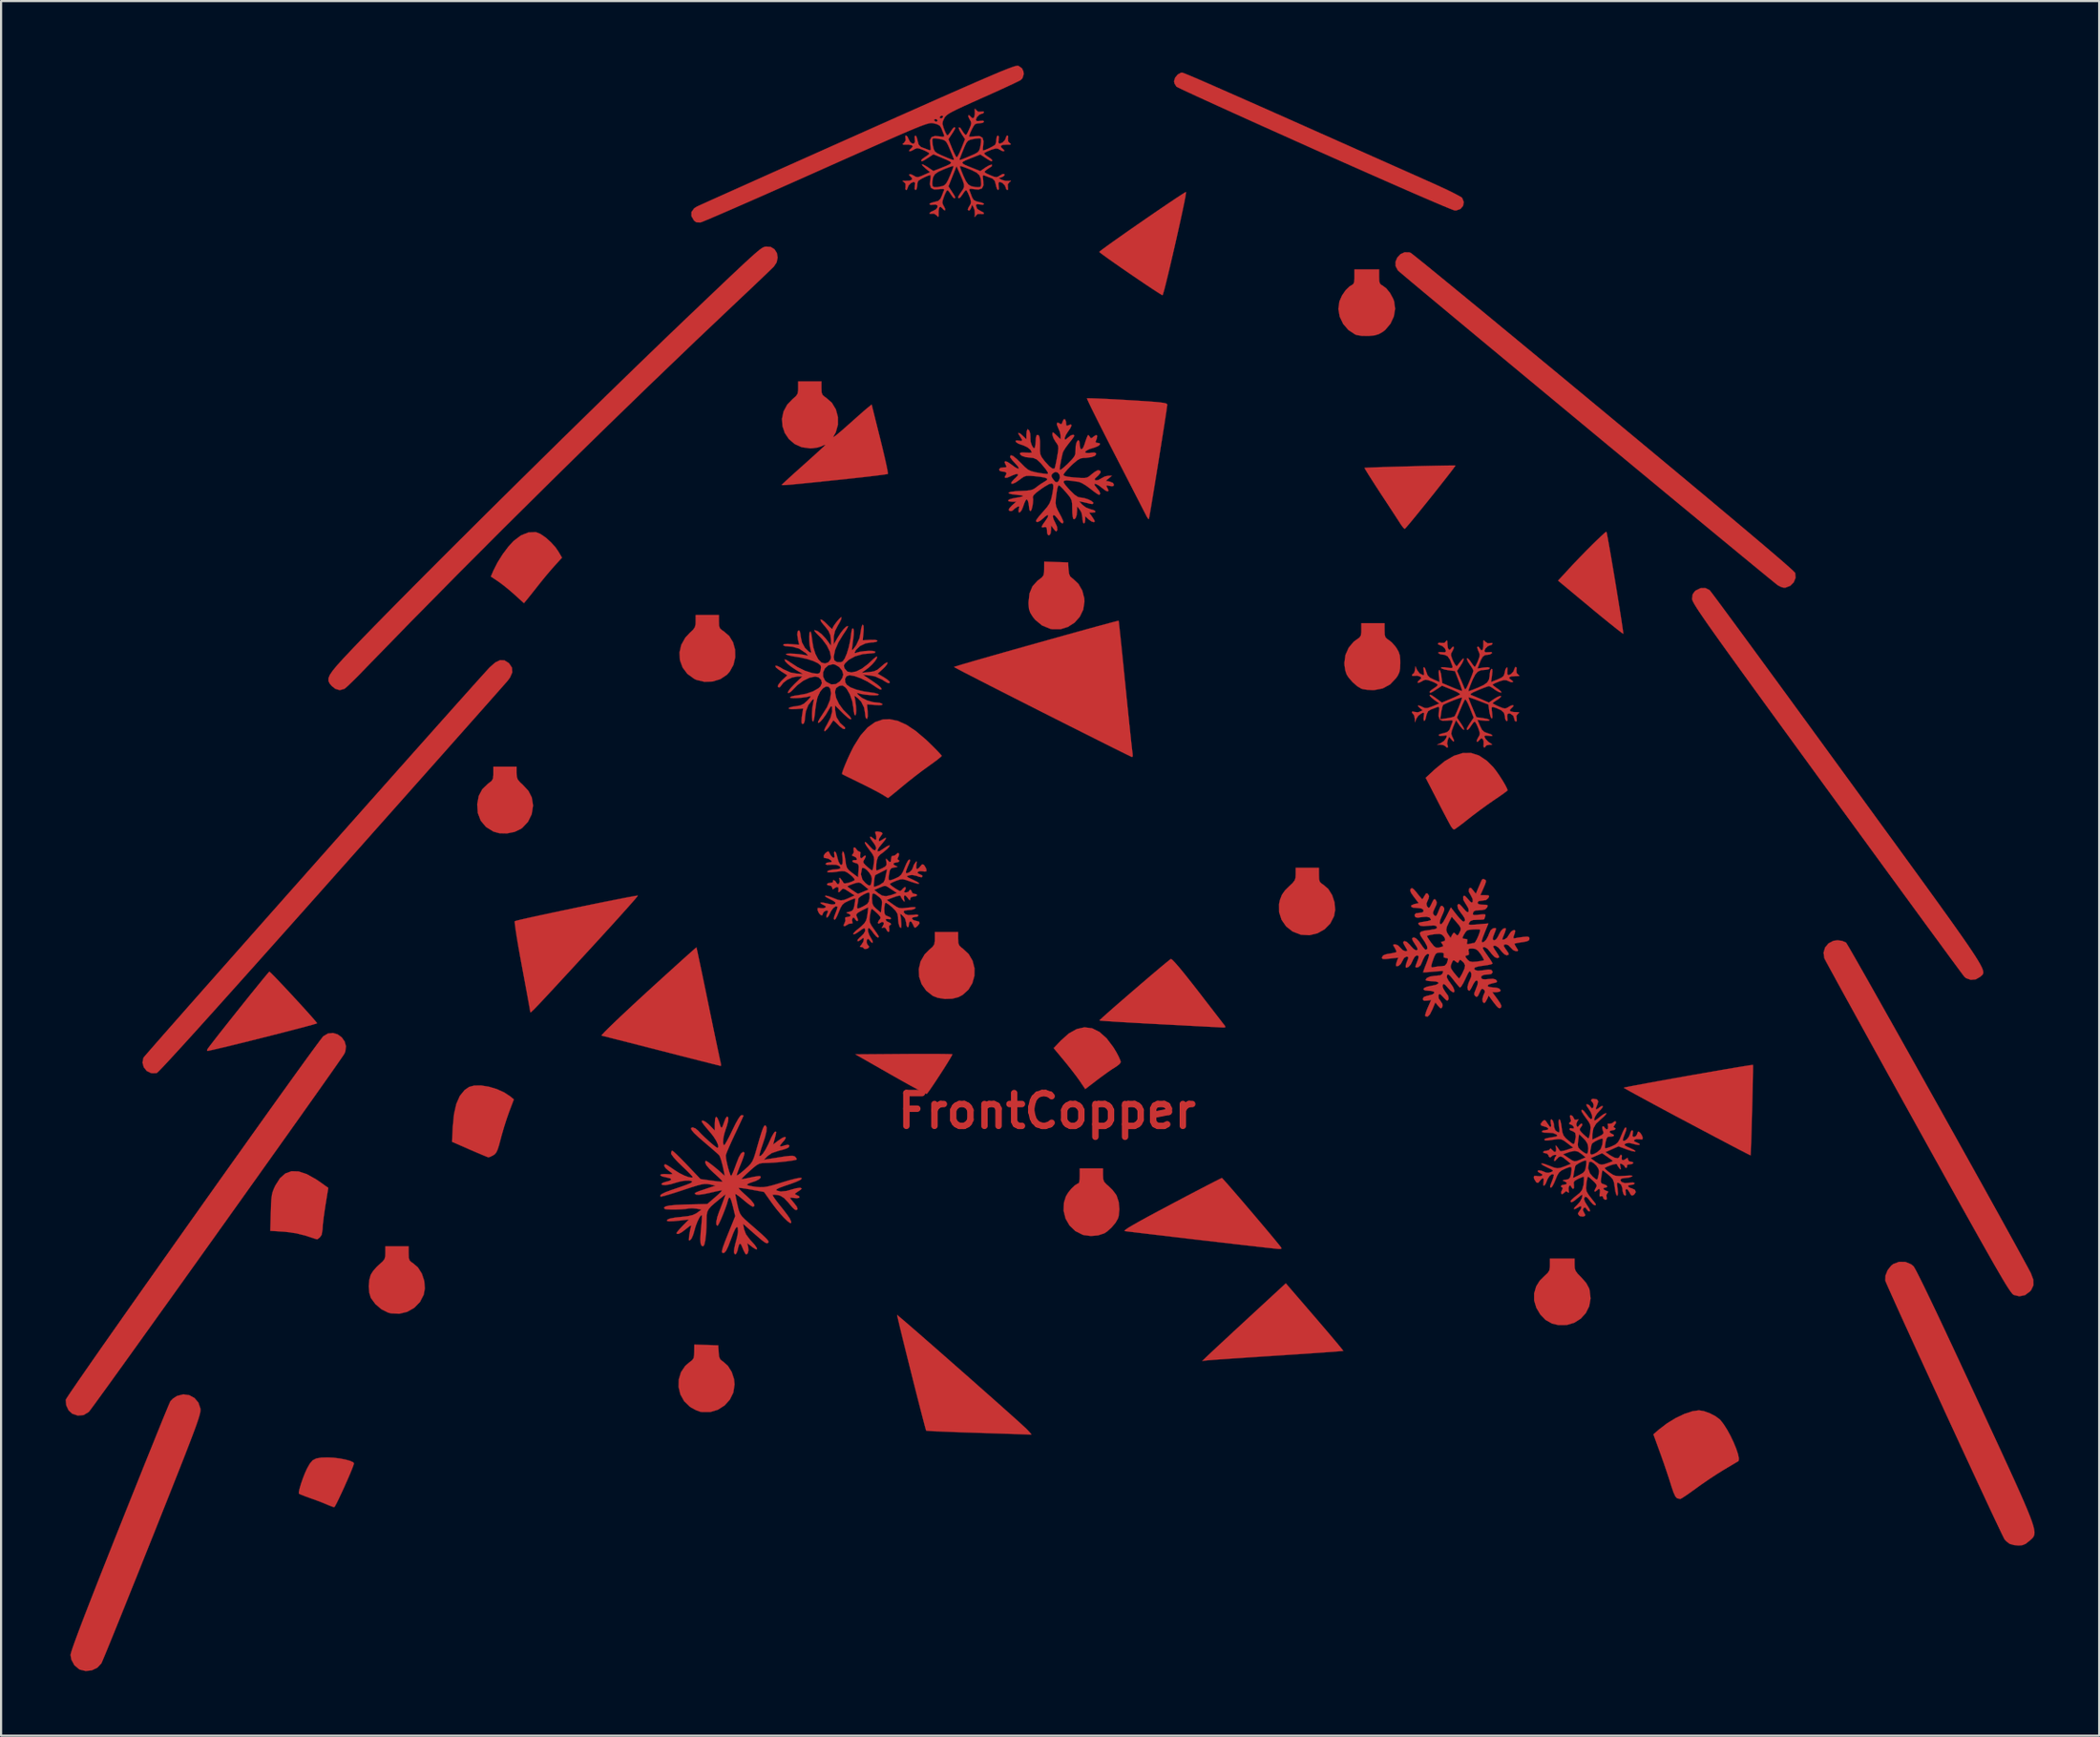
<source format=kicad_pcb>
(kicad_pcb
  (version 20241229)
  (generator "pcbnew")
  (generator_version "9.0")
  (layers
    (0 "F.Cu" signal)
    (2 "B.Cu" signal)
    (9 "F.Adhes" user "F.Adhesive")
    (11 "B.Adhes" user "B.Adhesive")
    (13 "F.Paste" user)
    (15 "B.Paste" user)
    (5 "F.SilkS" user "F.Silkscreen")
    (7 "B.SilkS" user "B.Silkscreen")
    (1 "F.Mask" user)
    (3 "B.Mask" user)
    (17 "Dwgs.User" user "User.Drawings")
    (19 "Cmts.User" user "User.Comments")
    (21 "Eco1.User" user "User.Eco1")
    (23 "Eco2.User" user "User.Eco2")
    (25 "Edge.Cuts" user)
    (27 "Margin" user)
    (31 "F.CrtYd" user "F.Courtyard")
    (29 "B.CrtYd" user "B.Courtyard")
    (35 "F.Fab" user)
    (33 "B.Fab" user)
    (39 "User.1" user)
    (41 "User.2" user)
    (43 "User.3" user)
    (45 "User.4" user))
  (footprint "FrontCopper"
    (layer "F.Cu")
    (at 45.589 48.584)
    (property "Reference" "FrontCopper" (at 0 0 0) (layer "F.Cu") (effects (font (size 1.524 1.524) (thickness 0.3))))
    (attr through_hole)
    (fp_poly (pts (xy -5.239 -2.655) (xy -4.886 -2.653) (xy -4.618 -2.649) (xy -4.449 -2.643) (xy -4.394 -2.637) (xy -4.418 -2.579) (xy -4.5 -2.436) (xy -4.625 -2.231) (xy -4.781 -1.983) (xy -4.954 -1.715) (xy -5.129 -1.446) (xy -5.294 -1.199) (xy -5.435 -0.993) (xy -5.538 -0.851) (xy -5.588 -0.794) (xy -5.651 -0.818) (xy -5.811 -0.898) (xy -6.052 -1.026) (xy -6.362 -1.195) (xy -6.725 -1.397) (xy -7.129 -1.625) (xy -7.264 -1.702) (xy -8.9 -2.635) (xy -6.663 -2.652) (xy -6.142 -2.655) (xy -5.663 -2.656) (xy -5.239 -2.655)) (stroke (width 0.01) (type solid)) (fill yes) (layer "F.Cu"))
    (fp_poly (pts (xy 2.097 -3.846) (xy 2.44 -3.676) (xy 2.772 -3.38) (xy 3.089 -2.96) (xy 3.23 -2.725) (xy 3.334 -2.526) (xy 3.406 -2.361) (xy 3.429 -2.277) (xy 3.378 -2.191) (xy 3.249 -2.085) (xy 3.182 -2.044) (xy 3.029 -1.947) (xy 2.809 -1.796) (xy 2.554 -1.611) (xy 2.357 -1.463) (xy 1.779 -1.021) (xy 1.521 -1.402) (xy 1.369 -1.614) (xy 1.165 -1.882) (xy 0.939 -2.167) (xy 0.787 -2.353) (xy 0.313 -2.923) (xy 0.64 -3.269) (xy 1.013 -3.603) (xy 1.382 -3.81) (xy 1.744 -3.891) (xy 2.097 -3.846)) (stroke (width 0.01) (type solid)) (fill yes) (layer "F.Cu"))
    (fp_poly (pts (xy -15.24 -22.739) (xy -15.232 -22.546) (xy -15.191 -22.43) (xy -15.093 -22.343) (xy -15.024 -22.3) (xy -14.762 -22.077) (xy -14.583 -21.783) (xy -14.489 -21.444) (xy -14.482 -21.086) (xy -14.564 -20.736) (xy -14.738 -20.422) (xy -14.87 -20.275) (xy -15.176 -20.071) (xy -15.538 -19.961) (xy -15.92 -19.949) (xy -16.287 -20.039) (xy -16.389 -20.087) (xy -16.706 -20.318) (xy -16.927 -20.613) (xy -17.049 -20.95) (xy -17.07 -21.308) (xy -16.988 -21.665) (xy -16.801 -22) (xy -16.6 -22.216) (xy -16.44 -22.367) (xy -16.356 -22.488) (xy -16.324 -22.624) (xy -16.32 -22.757) (xy -16.32 -23.05) (xy -15.24 -23.05) (xy -15.24 -22.739)) (stroke (width 0.01) (type solid)) (fill yes) (layer "F.Cu"))
    (fp_poly (pts (xy -4.128 -8.009) (xy -4.118 -7.813) (xy -4.073 -7.691) (xy -3.969 -7.592) (xy -3.915 -7.555) (xy -3.637 -7.295) (xy -3.455 -6.982) (xy -3.367 -6.637) (xy -3.371 -6.283) (xy -3.466 -5.943) (xy -3.649 -5.64) (xy -3.918 -5.397) (xy -4.11 -5.295) (xy -4.403 -5.22) (xy -4.744 -5.21) (xy -5.074 -5.263) (xy -5.3 -5.351) (xy -5.608 -5.592) (xy -5.821 -5.895) (xy -5.937 -6.239) (xy -5.954 -6.599) (xy -5.87 -6.953) (xy -5.683 -7.279) (xy -5.469 -7.495) (xy -5.313 -7.63) (xy -5.236 -7.746) (xy -5.209 -7.893) (xy -5.207 -8.012) (xy -5.207 -8.319) (xy -4.128 -8.319) (xy -4.128 -8.009)) (stroke (width 0.01) (type solid)) (fill yes) (layer "F.Cu"))
    (fp_poly (pts (xy -24.638 -15.708) (xy -24.628 -15.531) (xy -24.583 -15.403) (xy -24.478 -15.278) (xy -24.36 -15.17) (xy -24.09 -14.88) (xy -23.933 -14.574) (xy -23.877 -14.226) (xy -23.876 -14.18) (xy -23.937 -13.794) (xy -24.109 -13.443) (xy -24.377 -13.158) (xy -24.433 -13.117) (xy -24.733 -12.973) (xy -25.085 -12.903) (xy -25.44 -12.911) (xy -25.717 -12.988) (xy -26.063 -13.205) (xy -26.305 -13.494) (xy -26.441 -13.85) (xy -26.468 -14.259) (xy -26.397 -14.647) (xy -26.232 -14.959) (xy -25.962 -15.216) (xy -25.93 -15.238) (xy -25.8 -15.341) (xy -25.737 -15.449) (xy -25.718 -15.614) (xy -25.718 -15.693) (xy -25.718 -16.002) (xy -24.638 -16.002) (xy -24.638 -15.708)) (stroke (width 0.01) (type solid)) (fill yes) (layer "F.Cu"))
    (fp_poly (pts (xy -23.728 -26.898) (xy -23.527 -26.817) (xy -23.29 -26.654) (xy -23.047 -26.436) (xy -22.828 -26.192) (xy -22.693 -25.996) (xy -22.53 -25.717) (xy -22.857 -25.359) (xy -23.044 -25.147) (xy -23.271 -24.879) (xy -23.502 -24.596) (xy -23.61 -24.46) (xy -23.799 -24.22) (xy -23.973 -24.001) (xy -24.108 -23.833) (xy -24.166 -23.762) (xy -24.298 -23.604) (xy -24.738 -24.003) (xy -24.98 -24.214) (xy -25.235 -24.421) (xy -25.456 -24.587) (xy -25.506 -24.621) (xy -25.835 -24.84) (xy -25.718 -25.114) (xy -25.529 -25.487) (xy -25.286 -25.875) (xy -25.019 -26.231) (xy -24.773 -26.498) (xy -24.435 -26.753) (xy -24.095 -26.889) (xy -23.763 -26.904) (xy -23.728 -26.898)) (stroke (width 0.01) (type solid)) (fill yes) (layer "F.Cu"))
    (fp_poly (pts (xy 24.511 7.144) (xy 24.52 7.307) (xy 24.562 7.433) (xy 24.658 7.563) (xy 24.823 7.731) (xy 25.052 7.991) (xy 25.185 8.238) (xy 25.21 8.316) (xy 25.256 8.708) (xy 25.193 9.07) (xy 25.034 9.389) (xy 24.797 9.65) (xy 24.496 9.839) (xy 24.147 9.943) (xy 23.765 9.947) (xy 23.463 9.875) (xy 23.169 9.71) (xy 22.921 9.456) (xy 22.736 9.143) (xy 22.634 8.805) (xy 22.634 8.473) (xy 22.636 8.466) (xy 22.73 8.147) (xy 22.895 7.883) (xy 23.112 7.668) (xy 23.265 7.525) (xy 23.341 7.402) (xy 23.366 7.248) (xy 23.368 7.154) (xy 23.368 6.858) (xy 24.511 6.858) (xy 24.511 7.144)) (stroke (width 0.01) (type solid)) (fill yes) (layer "F.Cu"))
    (fp_poly (pts (xy 12.637 -10.97) (xy 12.644 -10.768) (xy 12.679 -10.649) (xy 12.759 -10.57) (xy 12.823 -10.531) (xy 13.066 -10.325) (xy 13.249 -10.035) (xy 13.361 -9.697) (xy 13.389 -9.345) (xy 13.337 -9.055) (xy 13.162 -8.716) (xy 12.898 -8.447) (xy 12.569 -8.262) (xy 12.199 -8.172) (xy 11.812 -8.193) (xy 11.78 -8.2) (xy 11.408 -8.346) (xy 11.111 -8.581) (xy 10.9 -8.886) (xy 10.787 -9.24) (xy 10.784 -9.624) (xy 10.825 -9.813) (xy 10.916 -10.05) (xy 11.055 -10.25) (xy 11.24 -10.434) (xy 11.411 -10.595) (xy 11.507 -10.717) (xy 11.548 -10.838) (xy 11.557 -11) (xy 11.557 -11.011) (xy 11.557 -11.303) (xy 12.636 -11.303) (xy 12.637 -10.97)) (stroke (width 0.01) (type solid)) (fill yes) (layer "F.Cu"))
    (fp_poly (pts (xy -34.764 2.807) (xy -34.387 2.932) (xy -33.958 3.171) (xy -33.791 3.285) (xy -33.387 3.572) (xy -33.431 3.834) (xy -33.528 4.435) (xy -33.597 4.912) (xy -33.639 5.267) (xy -33.654 5.499) (xy -33.654 5.499) (xy -33.692 5.741) (xy -33.771 5.864) (xy -33.869 5.942) (xy -33.914 5.963) (xy -33.983 5.941) (xy -34.141 5.89) (xy -34.358 5.819) (xy -34.417 5.799) (xy -34.879 5.682) (xy -35.394 5.612) (xy -35.488 5.605) (xy -36.082 5.569) (xy -36.058 4.704) (xy -36.047 4.349) (xy -36.032 4.091) (xy -36.008 3.9) (xy -35.97 3.747) (xy -35.913 3.602) (xy -35.845 3.459) (xy -35.631 3.123) (xy -35.383 2.902) (xy -35.095 2.797) (xy -34.764 2.807)) (stroke (width 0.01) (type solid)) (fill yes) (layer "F.Cu"))
    (fp_poly (pts (xy -29.654 6.62) (xy -29.647 6.822) (xy -29.612 6.94) (xy -29.532 7.02) (xy -29.468 7.059) (xy -29.225 7.265) (xy -29.042 7.554) (xy -28.93 7.892) (xy -28.902 8.245) (xy -28.954 8.535) (xy -29.129 8.875) (xy -29.392 9.144) (xy -29.719 9.33) (xy -30.086 9.42) (xy -30.469 9.403) (xy -30.608 9.367) (xy -30.917 9.213) (xy -31.199 8.973) (xy -31.407 8.688) (xy -31.411 8.68) (xy -31.482 8.445) (xy -31.506 8.147) (xy -31.48 7.843) (xy -31.416 7.613) (xy -31.312 7.443) (xy -31.147 7.252) (xy -31.027 7.139) (xy -30.862 6.993) (xy -30.774 6.879) (xy -30.74 6.75) (xy -30.734 6.591) (xy -30.734 6.287) (xy -29.654 6.287) (xy -29.654 6.62)) (stroke (width 0.01) (type solid)) (fill yes) (layer "F.Cu"))
    (fp_poly (pts (xy -25.924 -1.129) (xy -25.558 -1.019) (xy -25.214 -0.864) (xy -24.925 -0.673) (xy -24.909 -0.66) (xy -24.767 -0.54) (xy -24.985 0.035) (xy -25.1 0.363) (xy -25.223 0.75) (xy -25.334 1.132) (xy -25.373 1.281) (xy -25.455 1.587) (xy -25.521 1.793) (xy -25.584 1.926) (xy -25.655 2.009) (xy -25.72 2.055) (xy -25.858 2.125) (xy -25.948 2.152) (xy -25.95 2.152) (xy -26.024 2.125) (xy -26.193 2.056) (xy -26.432 1.955) (xy -26.72 1.831) (xy -26.821 1.787) (xy -27.638 1.429) (xy -27.604 0.73) (xy -27.547 0.144) (xy -27.439 -0.332) (xy -27.276 -0.702) (xy -27.056 -0.974) (xy -26.845 -1.119) (xy -26.599 -1.186) (xy -26.282 -1.187) (xy -25.924 -1.129)) (stroke (width 0.01) (type solid)) (fill yes) (layer "F.Cu"))
    (fp_poly (pts (xy -15.827 10.872) (xy -15.272 10.89) (xy -15.253 11.212) (xy -15.231 11.414) (xy -15.181 11.536) (xy -15.081 11.623) (xy -15.047 11.643) (xy -14.822 11.843) (xy -14.645 12.127) (xy -14.537 12.459) (xy -14.512 12.706) (xy -14.57 13.081) (xy -14.733 13.413) (xy -14.979 13.685) (xy -15.29 13.882) (xy -15.644 13.989) (xy -16.022 13.989) (xy -16.121 13.97) (xy -16.306 13.901) (xy -16.518 13.787) (xy -16.592 13.738) (xy -16.856 13.482) (xy -17.03 13.168) (xy -17.112 12.823) (xy -17.102 12.47) (xy -17.001 12.136) (xy -16.806 11.846) (xy -16.628 11.691) (xy -16.487 11.584) (xy -16.415 11.482) (xy -16.389 11.338) (xy -16.385 11.189) (xy -16.383 10.854) (xy -15.827 10.872)) (stroke (width 0.01) (type solid)) (fill yes) (layer "F.Cu"))
    (fp_poly (pts (xy 26.009 -26.851) (xy 26.044 -26.674) (xy 26.093 -26.405) (xy 26.153 -26.062) (xy 26.222 -25.662) (xy 26.297 -25.221) (xy 26.375 -24.756) (xy 26.453 -24.283) (xy 26.528 -23.82) (xy 26.599 -23.384) (xy 26.661 -22.99) (xy 26.712 -22.657) (xy 26.75 -22.399) (xy 26.772 -22.236) (xy 26.775 -22.182) (xy 26.721 -22.214) (xy 26.582 -22.318) (xy 26.37 -22.484) (xy 26.096 -22.704) (xy 25.773 -22.966) (xy 25.413 -23.263) (xy 25.246 -23.402) (xy 23.746 -24.65) (xy 24.251 -25.199) (xy 24.503 -25.469) (xy 24.773 -25.752) (xy 25.048 -26.034) (xy 25.313 -26.299) (xy 25.553 -26.535) (xy 25.754 -26.726) (xy 25.902 -26.859) (xy 25.982 -26.92) (xy 25.991 -26.921) (xy 26.009 -26.851)) (stroke (width 0.01) (type solid)) (fill yes) (layer "F.Cu"))
    (fp_poly (pts (xy 0.429 -25.514) (xy 0.984 -25.495) (xy 1.003 -25.176) (xy 1.026 -24.972) (xy 1.079 -24.846) (xy 1.187 -24.75) (xy 1.214 -24.732) (xy 1.462 -24.499) (xy 1.642 -24.185) (xy 1.735 -23.828) (xy 1.744 -23.68) (xy 1.686 -23.303) (xy 1.525 -22.97) (xy 1.282 -22.697) (xy 0.975 -22.499) (xy 0.626 -22.391) (xy 0.253 -22.391) (xy 0.149 -22.411) (xy -0.23 -22.568) (xy -0.549 -22.833) (xy -0.665 -22.978) (xy -0.777 -23.16) (xy -0.835 -23.332) (xy -0.855 -23.552) (xy -0.856 -23.642) (xy -0.811 -24.055) (xy -0.671 -24.389) (xy -0.433 -24.65) (xy -0.372 -24.694) (xy -0.231 -24.802) (xy -0.159 -24.903) (xy -0.133 -25.048) (xy -0.129 -25.196) (xy -0.127 -25.532) (xy 0.429 -25.514)) (stroke (width 0.01) (type solid)) (fill yes) (layer "F.Cu"))
    (fp_poly (pts (xy 12.441 9.567) (xy 12.765 9.945) (xy 13.059 10.29) (xy 13.315 10.592) (xy 13.523 10.84) (xy 13.672 11.022) (xy 13.754 11.126) (xy 13.766 11.147) (xy 13.701 11.154) (xy 13.522 11.169) (xy 13.24 11.19) (xy 12.869 11.217) (xy 12.421 11.248) (xy 11.908 11.283) (xy 11.343 11.32) (xy 10.738 11.36) (xy 10.732 11.36) (xy 10.116 11.4) (xy 9.533 11.439) (xy 8.994 11.475) (xy 8.515 11.507) (xy 8.109 11.536) (xy 7.789 11.558) (xy 7.57 11.575) (xy 7.467 11.584) (xy 7.218 11.611) (xy 7.467 11.371) (xy 7.571 11.272) (xy 7.756 11.099) (xy 8.009 10.863) (xy 8.319 10.576) (xy 8.671 10.249) (xy 9.054 9.894) (xy 9.406 9.569) (xy 11.097 8.007) (xy 12.441 9.567)) (stroke (width 0.01) (type solid)) (fill yes) (layer "F.Cu"))
    (fp_poly (pts (xy 20.073 -16.522) (xy 20.434 -16.28) (xy 20.725 -15.99) (xy 20.862 -15.818) (xy 21.014 -15.601) (xy 21.162 -15.371) (xy 21.288 -15.157) (xy 21.373 -14.989) (xy 21.399 -14.904) (xy 21.35 -14.859) (xy 21.215 -14.758) (xy 21.016 -14.618) (xy 20.78 -14.458) (xy 20.456 -14.233) (xy 20.09 -13.967) (xy 19.738 -13.701) (xy 19.561 -13.562) (xy 19.326 -13.376) (xy 19.125 -13.224) (xy 18.98 -13.12) (xy 18.912 -13.081) (xy 18.912 -13.081) (xy 18.845 -13.129) (xy 18.774 -13.224) (xy 18.718 -13.325) (xy 18.615 -13.517) (xy 18.475 -13.782) (xy 18.311 -14.097) (xy 18.141 -14.427) (xy 17.595 -15.487) (xy 18.03 -15.89) (xy 18.484 -16.262) (xy 18.911 -16.511) (xy 19.316 -16.638) (xy 19.702 -16.641) (xy 20.073 -16.522)) (stroke (width 0.01) (type solid)) (fill yes) (layer "F.Cu"))
    (fp_poly (pts (xy 2.603 2.974) (xy 2.613 3.166) (xy 2.66 3.294) (xy 2.771 3.414) (xy 2.858 3.485) (xy 3.04 3.662) (xy 3.196 3.865) (xy 3.239 3.938) (xy 3.332 4.224) (xy 3.365 4.559) (xy 3.333 4.879) (xy 3.298 4.996) (xy 3.185 5.194) (xy 3.004 5.409) (xy 2.799 5.595) (xy 2.666 5.683) (xy 2.378 5.778) (xy 2.04 5.807) (xy 1.712 5.765) (xy 1.659 5.749) (xy 1.318 5.578) (xy 1.05 5.32) (xy 0.865 4.999) (xy 0.775 4.639) (xy 0.788 4.263) (xy 0.881 3.966) (xy 0.986 3.79) (xy 1.132 3.612) (xy 1.287 3.463) (xy 1.42 3.376) (xy 1.465 3.365) (xy 1.497 3.308) (xy 1.519 3.16) (xy 1.524 3.016) (xy 1.524 2.667) (xy 2.603 2.667) (xy 2.603 2.974)) (stroke (width 0.01) (type solid)) (fill yes) (layer "F.Cu"))
    (fp_poly (pts (xy 15.431 -38.777) (xy 15.438 -38.573) (xy 15.47 -38.457) (xy 15.54 -38.39) (xy 15.583 -38.369) (xy 15.762 -38.235) (xy 15.939 -38.017) (xy 16.082 -37.754) (xy 16.128 -37.633) (xy 16.176 -37.286) (xy 16.116 -36.928) (xy 15.96 -36.591) (xy 15.719 -36.305) (xy 15.602 -36.213) (xy 15.419 -36.108) (xy 15.224 -36.049) (xy 14.961 -36.023) (xy 14.93 -36.021) (xy 14.619 -36.026) (xy 14.379 -36.068) (xy 14.319 -36.091) (xy 14.005 -36.298) (xy 13.761 -36.582) (xy 13.602 -36.916) (xy 13.54 -37.273) (xy 13.587 -37.626) (xy 13.59 -37.633) (xy 13.709 -37.903) (xy 13.875 -38.145) (xy 14.056 -38.322) (xy 14.135 -38.369) (xy 14.225 -38.426) (xy 14.271 -38.518) (xy 14.287 -38.681) (xy 14.287 -38.777) (xy 14.287 -39.116) (xy 15.431 -39.116) (xy 15.431 -38.777)) (stroke (width 0.01) (type solid)) (fill yes) (layer "F.Cu"))
    (fp_poly (pts (xy -33.129 16.112) (xy -32.843 16.148) (xy -32.579 16.2) (xy -32.364 16.261) (xy -32.228 16.326) (xy -32.194 16.372) (xy -32.218 16.461) (xy -32.284 16.636) (xy -32.383 16.875) (xy -32.504 17.154) (xy -32.636 17.452) (xy -32.77 17.745) (xy -32.895 18.01) (xy -33 18.224) (xy -33.076 18.365) (xy -33.111 18.411) (xy -33.206 18.384) (xy -33.368 18.321) (xy -33.456 18.283) (xy -33.656 18.2) (xy -33.921 18.099) (xy -34.197 17.999) (xy -34.218 17.992) (xy -34.45 17.908) (xy -34.635 17.836) (xy -34.74 17.789) (xy -34.751 17.782) (xy -34.755 17.705) (xy -34.719 17.541) (xy -34.654 17.32) (xy -34.567 17.07) (xy -34.47 16.823) (xy -34.371 16.608) (xy -34.369 16.604) (xy -34.239 16.376) (xy -34.107 16.228) (xy -33.942 16.144) (xy -33.712 16.106) (xy -33.41 16.098) (xy -33.129 16.112)) (stroke (width 0.01) (type solid)) (fill yes) (layer "F.Cu"))
    (fp_poly (pts (xy 15.685 -22.336) (xy 15.692 -22.134) (xy 15.727 -22.016) (xy 15.807 -21.936) (xy 15.871 -21.897) (xy 16.018 -21.78) (xy 16.175 -21.605) (xy 16.236 -21.521) (xy 16.338 -21.345) (xy 16.392 -21.177) (xy 16.413 -20.963) (xy 16.415 -20.822) (xy 16.406 -20.571) (xy 16.373 -20.394) (xy 16.301 -20.239) (xy 16.224 -20.124) (xy 15.943 -19.828) (xy 15.596 -19.639) (xy 15.197 -19.563) (xy 15.119 -19.562) (xy 14.889 -19.576) (xy 14.687 -19.606) (xy 14.605 -19.629) (xy 14.413 -19.744) (xy 14.203 -19.93) (xy 14.016 -20.143) (xy 13.923 -20.288) (xy 13.864 -20.463) (xy 13.826 -20.697) (xy 13.818 -20.828) (xy 13.868 -21.195) (xy 14.018 -21.533) (xy 14.249 -21.808) (xy 14.382 -21.907) (xy 14.517 -22.002) (xy 14.583 -22.101) (xy 14.604 -22.253) (xy 14.605 -22.357) (xy 14.605 -22.669) (xy 15.684 -22.669) (xy 15.685 -22.336)) (stroke (width 0.01) (type solid)) (fill yes) (layer "F.Cu"))
    (fp_poly (pts (xy 18.976 -30) (xy 18.945 -29.947) (xy 18.845 -29.811) (xy 18.689 -29.607) (xy 18.488 -29.349) (xy 18.254 -29.052) (xy 18 -28.731) (xy 17.736 -28.4) (xy 17.475 -28.076) (xy 17.229 -27.772) (xy 17.009 -27.503) (xy 16.828 -27.285) (xy 16.697 -27.132) (xy 16.628 -27.059) (xy 16.622 -27.054) (xy 16.563 -27.101) (xy 16.468 -27.223) (xy 16.424 -27.289) (xy 16.344 -27.413) (xy 16.208 -27.623) (xy 16.027 -27.9) (xy 15.815 -28.225) (xy 15.583 -28.578) (xy 15.504 -28.698) (xy 15.282 -29.039) (xy 15.087 -29.343) (xy 14.928 -29.594) (xy 14.816 -29.777) (xy 14.76 -29.876) (xy 14.755 -29.889) (xy 14.821 -29.896) (xy 14.996 -29.904) (xy 15.261 -29.915) (xy 15.599 -29.926) (xy 15.991 -29.938) (xy 16.419 -29.95) (xy 16.866 -29.962) (xy 17.312 -29.974) (xy 17.741 -29.984) (xy 18.133 -29.992) (xy 18.471 -29.998) (xy 18.736 -30.002) (xy 18.91 -30.003) (xy 18.976 -30)) (stroke (width 0.01) (type solid)) (fill yes) (layer "F.Cu"))
    (fp_poly (pts (xy -36.071 -6.432) (xy -35.945 -6.308) (xy -35.763 -6.121) (xy -35.538 -5.884) (xy -35.285 -5.615) (xy -35.018 -5.327) (xy -34.751 -5.037) (xy -34.498 -4.76) (xy -34.273 -4.51) (xy -34.091 -4.304) (xy -33.965 -4.156) (xy -33.91 -4.083) (xy -33.909 -4.078) (xy -33.968 -4.056) (xy -34.135 -4.007) (xy -34.394 -3.937) (xy -34.729 -3.848) (xy -35.125 -3.745) (xy -35.566 -3.631) (xy -36.037 -3.511) (xy -36.521 -3.389) (xy -37.003 -3.268) (xy -37.468 -3.153) (xy -37.899 -3.047) (xy -38.281 -2.955) (xy -38.599 -2.88) (xy -38.837 -2.826) (xy -38.979 -2.797) (xy -39.008 -2.793) (xy -39.018 -2.836) (xy -38.977 -2.911) (xy -38.877 -3.045) (xy -38.718 -3.252) (xy -38.511 -3.518) (xy -38.266 -3.829) (xy -37.994 -4.173) (xy -37.706 -4.535) (xy -37.413 -4.902) (xy -37.126 -5.261) (xy -36.855 -5.597) (xy -36.611 -5.898) (xy -36.406 -6.149) (xy -36.249 -6.338) (xy -36.153 -6.451) (xy -36.126 -6.477) (xy -36.071 -6.432)) (stroke (width 0.01) (type solid)) (fill yes) (layer "F.Cu"))
    (fp_poly (pts (xy 30.522 13.947) (xy 30.796 14.046) (xy 31.061 14.184) (xy 31.264 14.337) (xy 31.285 14.358) (xy 31.441 14.558) (xy 31.603 14.813) (xy 31.759 15.101) (xy 31.902 15.4) (xy 32.02 15.687) (xy 32.105 15.941) (xy 32.146 16.137) (xy 32.134 16.255) (xy 32.117 16.273) (xy 32.032 16.324) (xy 31.863 16.424) (xy 31.637 16.558) (xy 31.433 16.68) (xy 31.129 16.868) (xy 30.774 17.102) (xy 30.415 17.348) (xy 30.154 17.536) (xy 29.899 17.72) (xy 29.68 17.872) (xy 29.517 17.979) (xy 29.43 18.026) (xy 29.423 18.027) (xy 29.318 18.005) (xy 29.268 17.992) (xy 29.196 17.915) (xy 29.107 17.722) (xy 29.006 17.424) (xy 28.993 17.38) (xy 28.903 17.095) (xy 28.784 16.735) (xy 28.65 16.342) (xy 28.515 15.961) (xy 28.496 15.91) (xy 28.174 15.024) (xy 28.441 14.794) (xy 28.813 14.51) (xy 29.214 14.266) (xy 29.616 14.075) (xy 29.989 13.951) (xy 30.29 13.909) (xy 30.522 13.947)) (stroke (width 0.01) (type solid)) (fill yes) (layer "F.Cu"))
    (fp_poly (pts (xy 6.46 -42.71) (xy 6.456 -42.641) (xy 6.427 -42.466) (xy 6.375 -42.2) (xy 6.304 -41.861) (xy 6.219 -41.464) (xy 6.122 -41.026) (xy 6.019 -40.563) (xy 5.912 -40.091) (xy 5.804 -39.627) (xy 5.701 -39.187) (xy 5.605 -38.787) (xy 5.52 -38.444) (xy 5.451 -38.173) (xy 5.399 -37.992) (xy 5.371 -37.915) (xy 5.368 -37.914) (xy 5.301 -37.95) (xy 5.142 -38.049) (xy 4.908 -38.201) (xy 4.612 -38.398) (xy 4.269 -38.629) (xy 3.892 -38.886) (xy 3.874 -38.898) (xy 3.498 -39.157) (xy 3.158 -39.394) (xy 2.868 -39.599) (xy 2.641 -39.762) (xy 2.491 -39.874) (xy 2.432 -39.925) (xy 2.432 -39.925) (xy 2.479 -39.97) (xy 2.618 -40.076) (xy 2.834 -40.234) (xy 3.114 -40.434) (xy 3.444 -40.667) (xy 3.81 -40.924) (xy 4.198 -41.194) (xy 4.595 -41.468) (xy 4.987 -41.738) (xy 5.36 -41.992) (xy 5.7 -42.222) (xy 5.994 -42.419) (xy 6.227 -42.572) (xy 6.386 -42.672) (xy 6.458 -42.71) (xy 6.46 -42.71)) (stroke (width 0.01) (type solid)) (fill yes) (layer "F.Cu"))
    (fp_poly (pts (xy 5.819 -7.032) (xy 5.952 -6.897) (xy 6.153 -6.665) (xy 6.418 -6.341) (xy 6.746 -5.927) (xy 7.022 -5.573) (xy 7.32 -5.186) (xy 7.595 -4.83) (xy 7.837 -4.517) (xy 8.035 -4.261) (xy 8.179 -4.073) (xy 8.26 -3.969) (xy 8.273 -3.953) (xy 8.289 -3.894) (xy 8.196 -3.881) (xy 8.183 -3.882) (xy 8.09 -3.887) (xy 7.883 -3.898) (xy 7.577 -3.914) (xy 7.186 -3.934) (xy 6.722 -3.958) (xy 6.201 -3.986) (xy 5.635 -4.015) (xy 5.25 -4.035) (xy 4.668 -4.066) (xy 4.126 -4.096) (xy 3.638 -4.124) (xy 3.215 -4.149) (xy 2.871 -4.172) (xy 2.619 -4.19) (xy 2.472 -4.203) (xy 2.438 -4.208) (xy 2.479 -4.253) (xy 2.603 -4.368) (xy 2.798 -4.542) (xy 3.049 -4.764) (xy 3.344 -5.022) (xy 3.67 -5.304) (xy 4.012 -5.599) (xy 4.357 -5.896) (xy 4.693 -6.183) (xy 5.005 -6.449) (xy 5.281 -6.682) (xy 5.507 -6.87) (xy 5.67 -7.002) (xy 5.756 -7.067) (xy 5.758 -7.068) (xy 5.819 -7.032)) (stroke (width 0.01) (type solid)) (fill yes) (layer "F.Cu"))
    (fp_poly (pts (xy -6.921 -18.127) (xy -6.523 -17.947) (xy -6.097 -17.663) (xy -5.633 -17.27) (xy -5.519 -17.162) (xy -5.29 -16.939) (xy -5.098 -16.745) (xy -4.96 -16.598) (xy -4.893 -16.516) (xy -4.889 -16.507) (xy -4.939 -16.452) (xy -5.072 -16.343) (xy -5.268 -16.195) (xy -5.477 -16.045) (xy -5.77 -15.833) (xy -6.112 -15.573) (xy -6.458 -15.3) (xy -6.717 -15.088) (xy -6.957 -14.888) (xy -7.16 -14.722) (xy -7.307 -14.604) (xy -7.379 -14.549) (xy -7.383 -14.547) (xy -7.441 -14.581) (xy -7.57 -14.66) (xy -7.652 -14.711) (xy -7.805 -14.798) (xy -8.042 -14.924) (xy -8.332 -15.073) (xy -8.647 -15.229) (xy -8.7 -15.255) (xy -8.988 -15.397) (xy -9.234 -15.517) (xy -9.414 -15.607) (xy -9.508 -15.656) (xy -9.517 -15.661) (xy -9.51 -15.728) (xy -9.458 -15.883) (xy -9.373 -16.099) (xy -9.265 -16.351) (xy -9.146 -16.611) (xy -9.027 -16.854) (xy -8.974 -16.954) (xy -8.661 -17.453) (xy -8.33 -17.827) (xy -7.981 -18.076) (xy -7.614 -18.2) (xy -7.303 -18.21) (xy -6.921 -18.127)) (stroke (width 0.01) (type solid)) (fill yes) (layer "F.Cu"))
    (fp_poly (pts (xy 32.802 -2.078) (xy 32.801 -1.904) (xy 32.797 -1.64) (xy 32.791 -1.303) (xy 32.782 -0.912) (xy 32.772 -0.484) (xy 32.76 -0.039) (xy 32.748 0.406) (xy 32.736 0.833) (xy 32.724 1.223) (xy 32.713 1.559) (xy 32.703 1.823) (xy 32.695 1.996) (xy 32.689 2.06) (xy 32.689 2.06) (xy 32.631 2.033) (xy 32.472 1.952) (xy 32.221 1.823) (xy 31.89 1.65) (xy 31.488 1.439) (xy 31.027 1.196) (xy 30.516 0.926) (xy 29.966 0.634) (xy 29.736 0.512) (xy 29.173 0.213) (xy 28.646 -0.069) (xy 28.165 -0.328) (xy 27.74 -0.558) (xy 27.381 -0.753) (xy 27.099 -0.908) (xy 26.905 -1.017) (xy 26.808 -1.075) (xy 26.799 -1.082) (xy 26.859 -1.099) (xy 27.029 -1.134) (xy 27.295 -1.185) (xy 27.642 -1.25) (xy 28.055 -1.326) (xy 28.519 -1.411) (xy 29.02 -1.501) (xy 29.543 -1.594) (xy 30.073 -1.688) (xy 30.595 -1.779) (xy 31.095 -1.866) (xy 31.558 -1.946) (xy 31.969 -2.016) (xy 32.314 -2.073) (xy 32.577 -2.115) (xy 32.744 -2.139) (xy 32.8 -2.144) (xy 32.802 -2.078)) (stroke (width 0.01) (type solid)) (fill yes) (layer "F.Cu"))
    (fp_poly (pts (xy 2.105 -33.121) (xy 2.379 -33.111) (xy 2.731 -33.095) (xy 3.146 -33.074) (xy 3.608 -33.048) (xy 3.737 -33.04) (xy 4.275 -33.008) (xy 4.699 -32.98) (xy 5.023 -32.956) (xy 5.259 -32.933) (xy 5.42 -32.911) (xy 5.52 -32.888) (xy 5.571 -32.862) (xy 5.588 -32.832) (xy 5.588 -32.827) (xy 5.578 -32.74) (xy 5.551 -32.547) (xy 5.508 -32.263) (xy 5.453 -31.904) (xy 5.387 -31.485) (xy 5.314 -31.023) (xy 5.236 -30.534) (xy 5.156 -30.034) (xy 5.075 -29.537) (xy 4.998 -29.061) (xy 4.925 -28.62) (xy 4.861 -28.232) (xy 4.806 -27.911) (xy 4.765 -27.673) (xy 4.739 -27.535) (xy 4.731 -27.507) (xy 4.691 -27.54) (xy 4.623 -27.652) (xy 4.617 -27.664) (xy 4.57 -27.757) (xy 4.47 -27.95) (xy 4.326 -28.232) (xy 4.142 -28.59) (xy 3.925 -29.013) (xy 3.681 -29.488) (xy 3.416 -30.003) (xy 3.177 -30.468) (xy 2.904 -31.001) (xy 2.651 -31.499) (xy 2.423 -31.951) (xy 2.226 -32.345) (xy 2.065 -32.67) (xy 1.947 -32.916) (xy 1.876 -33.07) (xy 1.858 -33.121) (xy 1.926 -33.125) (xy 2.105 -33.121)) (stroke (width 0.01) (type solid)) (fill yes) (layer "F.Cu"))
    (fp_poly (pts (xy 8.175 3.158) (xy 8.293 3.288) (xy 8.469 3.488) (xy 8.692 3.744) (xy 8.95 4.043) (xy 9.231 4.371) (xy 9.524 4.715) (xy 9.817 5.06) (xy 10.098 5.393) (xy 10.356 5.7) (xy 10.579 5.968) (xy 10.755 6.184) (xy 10.85 6.302) (xy 10.898 6.38) (xy 10.855 6.407) (xy 10.755 6.407) (xy 10.659 6.398) (xy 10.448 6.376) (xy 10.137 6.342) (xy 9.736 6.297) (xy 9.258 6.243) (xy 8.716 6.181) (xy 8.122 6.112) (xy 7.488 6.038) (xy 7.176 6.002) (xy 6.528 5.926) (xy 5.915 5.854) (xy 5.349 5.787) (xy 4.842 5.727) (xy 4.406 5.675) (xy 4.054 5.633) (xy 3.797 5.602) (xy 3.649 5.584) (xy 3.619 5.58) (xy 3.606 5.56) (xy 3.658 5.509) (xy 3.783 5.424) (xy 3.988 5.301) (xy 4.279 5.136) (xy 4.663 4.925) (xy 5.146 4.665) (xy 5.736 4.352) (xy 5.769 4.334) (xy 6.268 4.07) (xy 6.732 3.826) (xy 7.15 3.608) (xy 7.508 3.422) (xy 7.796 3.274) (xy 8.002 3.17) (xy 8.112 3.117) (xy 8.128 3.111) (xy 8.175 3.158)) (stroke (width 0.01) (type solid)) (fill yes) (layer "F.Cu"))
    (fp_poly (pts (xy -16.284 -7.604) (xy -16.269 -7.541) (xy -16.23 -7.366) (xy -16.172 -7.092) (xy -16.096 -6.732) (xy -16.005 -6.299) (xy -15.903 -5.806) (xy -15.791 -5.265) (xy -15.72 -4.921) (xy -15.603 -4.355) (xy -15.494 -3.826) (xy -15.394 -3.348) (xy -15.307 -2.934) (xy -15.236 -2.596) (xy -15.183 -2.349) (xy -15.151 -2.206) (xy -15.144 -2.175) (xy -15.146 -2.105) (xy -15.163 -2.1) (xy -15.232 -2.116) (xy -15.411 -2.161) (xy -15.688 -2.231) (xy -16.05 -2.322) (xy -16.484 -2.433) (xy -16.978 -2.558) (xy -17.518 -2.696) (xy -17.907 -2.796) (xy -18.474 -2.941) (xy -19.004 -3.077) (xy -19.485 -3.2) (xy -19.903 -3.306) (xy -20.246 -3.393) (xy -20.5 -3.458) (xy -20.654 -3.496) (xy -20.693 -3.506) (xy -20.665 -3.551) (xy -20.552 -3.673) (xy -20.362 -3.863) (xy -20.104 -4.114) (xy -19.786 -4.416) (xy -19.417 -4.762) (xy -19.006 -5.144) (xy -18.562 -5.552) (xy -18.54 -5.572) (xy -18.091 -5.982) (xy -17.672 -6.363) (xy -17.291 -6.709) (xy -16.958 -7.01) (xy -16.682 -7.258) (xy -16.471 -7.445) (xy -16.336 -7.564) (xy -16.284 -7.605) (xy -16.284 -7.604)) (stroke (width 0.01) (type solid)) (fill yes) (layer "F.Cu"))
    (fp_poly (pts (xy -19.006 -10.011) (xy -19.042 -9.959) (xy -19.156 -9.823) (xy -19.341 -9.612) (xy -19.589 -9.333) (xy -19.891 -8.996) (xy -20.241 -8.61) (xy -20.63 -8.183) (xy -21.051 -7.723) (xy -21.243 -7.514) (xy -21.799 -6.909) (xy -22.275 -6.392) (xy -22.678 -5.956) (xy -23.013 -5.593) (xy -23.287 -5.299) (xy -23.505 -5.065) (xy -23.675 -4.887) (xy -23.801 -4.756) (xy -23.891 -4.668) (xy -23.95 -4.614) (xy -23.984 -4.59) (xy -24 -4.588) (xy -24.003 -4.6) (xy -24.014 -4.674) (xy -24.046 -4.857) (xy -24.097 -5.136) (xy -24.162 -5.494) (xy -24.24 -5.916) (xy -24.328 -6.388) (xy -24.389 -6.717) (xy -24.48 -7.212) (xy -24.561 -7.667) (xy -24.628 -8.068) (xy -24.679 -8.398) (xy -24.713 -8.643) (xy -24.726 -8.788) (xy -24.723 -8.822) (xy -24.65 -8.845) (xy -24.469 -8.89) (xy -24.195 -8.953) (xy -23.843 -9.031) (xy -23.428 -9.121) (xy -22.965 -9.22) (xy -22.469 -9.325) (xy -21.955 -9.433) (xy -21.439 -9.54) (xy -20.935 -9.643) (xy -20.459 -9.74) (xy -20.025 -9.826) (xy -19.649 -9.9) (xy -19.346 -9.957) (xy -19.131 -9.996) (xy -19.019 -10.011) (xy -19.006 -10.011)) (stroke (width 0.01) (type solid)) (fill yes) (layer "F.Cu"))
    (fp_poly (pts (xy -6.91 9.516) (xy -6.776 9.629) (xy -6.566 9.809) (xy -6.29 10.047) (xy -5.958 10.335) (xy -5.581 10.665) (xy -5.167 11.027) (xy -4.727 11.414) (xy -4.27 11.816) (xy -3.806 12.224) (xy -3.345 12.631) (xy -2.897 13.028) (xy -2.471 13.405) (xy -2.077 13.755) (xy -1.726 14.069) (xy -1.426 14.338) (xy -1.187 14.553) (xy -1.02 14.707) (xy -0.953 14.77) (xy -0.817 14.912) (xy -0.737 15.009) (xy -0.731 15.04) (xy -0.807 15.036) (xy -0.995 15.028) (xy -1.281 15.018) (xy -1.652 15.005) (xy -2.092 14.991) (xy -2.588 14.975) (xy -3.125 14.958) (xy -3.191 14.956) (xy -3.729 14.938) (xy -4.227 14.921) (xy -4.669 14.904) (xy -5.043 14.888) (xy -5.333 14.875) (xy -5.526 14.863) (xy -5.608 14.855) (xy -5.61 14.854) (xy -5.632 14.787) (xy -5.68 14.612) (xy -5.75 14.346) (xy -5.839 14.003) (xy -5.943 13.599) (xy -6.058 13.149) (xy -6.18 12.668) (xy -6.305 12.171) (xy -6.429 11.675) (xy -6.549 11.193) (xy -6.661 10.742) (xy -6.76 10.337) (xy -6.844 9.993) (xy -6.907 9.725) (xy -6.948 9.549) (xy -6.96 9.479) (xy -6.96 9.479) (xy -6.91 9.516)) (stroke (width 0.01) (type solid)) (fill yes) (layer "F.Cu"))
    (fp_poly (pts (xy 3.339 -22.719) (xy 3.359 -22.54) (xy 3.389 -22.259) (xy 3.428 -21.89) (xy 3.475 -21.443) (xy 3.527 -20.932) (xy 3.584 -20.37) (xy 3.644 -19.78) (xy 3.705 -19.172) (xy 3.764 -18.598) (xy 3.818 -18.072) (xy 3.867 -17.607) (xy 3.908 -17.215) (xy 3.942 -16.911) (xy 3.965 -16.708) (xy 3.977 -16.621) (xy 3.985 -16.497) (xy 3.958 -16.45) (xy 3.894 -16.479) (xy 3.726 -16.56) (xy 3.462 -16.69) (xy 3.113 -16.863) (xy 2.686 -17.076) (xy 2.192 -17.324) (xy 1.638 -17.602) (xy 1.035 -17.905) (xy 0.39 -18.23) (xy -0.205 -18.53) (xy -0.876 -18.87) (xy -1.514 -19.193) (xy -2.108 -19.495) (xy -2.651 -19.772) (xy -3.132 -20.018) (xy -3.544 -20.23) (xy -3.878 -20.402) (xy -4.123 -20.531) (xy -4.272 -20.611) (xy -4.316 -20.637) (xy -4.257 -20.659) (xy -4.089 -20.712) (xy -3.823 -20.79) (xy -3.473 -20.892) (xy -3.051 -21.014) (xy -2.569 -21.152) (xy -2.041 -21.302) (xy -1.48 -21.461) (xy -0.897 -21.625) (xy -0.305 -21.791) (xy 0.283 -21.956) (xy 0.854 -22.115) (xy 1.395 -22.265) (xy 1.895 -22.404) (xy 2.34 -22.526) (xy 2.718 -22.628) (xy 3.016 -22.708) (xy 3.222 -22.761) (xy 3.322 -22.784) (xy 3.33 -22.785) (xy 3.339 -22.719)) (stroke (width 0.01) (type solid)) (fill yes) (layer "F.Cu"))
    (fp_poly (pts (xy 6.305 -48.253) (xy 6.371 -48.229) (xy 6.476 -48.187) (xy 6.626 -48.126) (xy 6.823 -48.042) (xy 7.073 -47.935) (xy 7.379 -47.802) (xy 7.747 -47.641) (xy 8.18 -47.45) (xy 8.684 -47.228) (xy 9.261 -46.973) (xy 9.917 -46.683) (xy 10.655 -46.355) (xy 11.481 -45.988) (xy 12.398 -45.579) (xy 13.412 -45.128) (xy 14.525 -44.632) (xy 15.743 -44.089) (xy 17.071 -43.498) (xy 17.939 -43.111) (xy 18.315 -42.939) (xy 18.655 -42.779) (xy 18.939 -42.639) (xy 19.15 -42.527) (xy 19.27 -42.454) (xy 19.288 -42.437) (xy 19.364 -42.248) (xy 19.333 -42.068) (xy 19.213 -41.926) (xy 19.021 -41.855) (xy 18.95 -41.852) (xy 18.868 -41.878) (xy 18.678 -41.953) (xy 18.387 -42.073) (xy 18.004 -42.236) (xy 17.536 -42.437) (xy 16.991 -42.673) (xy 16.376 -42.942) (xy 15.7 -43.239) (xy 14.969 -43.561) (xy 14.192 -43.905) (xy 13.376 -44.267) (xy 12.529 -44.645) (xy 12.446 -44.682) (xy 11.598 -45.062) (xy 10.781 -45.429) (xy 10.003 -45.778) (xy 9.272 -46.108) (xy 8.596 -46.414) (xy 7.981 -46.693) (xy 7.435 -46.942) (xy 6.967 -47.157) (xy 6.584 -47.334) (xy 6.293 -47.47) (xy 6.102 -47.562) (xy 6.019 -47.606) (xy 6.017 -47.608) (xy 5.927 -47.75) (xy 5.905 -47.857) (xy 5.955 -48.024) (xy 6.077 -48.171) (xy 6.229 -48.255) (xy 6.274 -48.26) (xy 6.305 -48.253)) (stroke (width 0.01) (type solid)) (fill yes) (layer "F.Cu"))
    (fp_poly (pts (xy -39.845 13.205) (xy -39.603 13.338) (xy -39.422 13.551) (xy -39.329 13.829) (xy -39.327 13.845) (xy -39.325 13.901) (xy -39.332 13.971) (xy -39.351 14.063) (xy -39.383 14.185) (xy -39.432 14.343) (xy -39.501 14.545) (xy -39.592 14.798) (xy -39.708 15.108) (xy -39.852 15.484) (xy -40.025 15.933) (xy -40.232 16.461) (xy -40.475 17.076) (xy -40.756 17.785) (xy -41.078 18.596) (xy -41.444 19.515) (xy -41.563 19.812) (xy -41.887 20.624) (xy -42.199 21.406) (xy -42.497 22.147) (xy -42.775 22.841) (xy -43.032 23.479) (xy -43.263 24.052) (xy -43.466 24.551) (xy -43.637 24.97) (xy -43.772 25.298) (xy -43.868 25.528) (xy -43.922 25.652) (xy -43.93 25.669) (xy -44.115 25.868) (xy -44.368 25.99) (xy -44.651 26.024) (xy -44.924 25.96) (xy -44.965 25.94) (xy -45.185 25.753) (xy -45.324 25.493) (xy -45.36 25.278) (xy -45.342 25.188) (xy -45.285 25.004) (xy -45.188 24.725) (xy -45.05 24.348) (xy -44.87 23.87) (xy -44.647 23.29) (xy -44.38 22.603) (xy -44.068 21.808) (xy -43.71 20.902) (xy -43.306 19.883) (xy -43.088 19.336) (xy -42.763 18.522) (xy -42.45 17.74) (xy -42.153 16.998) (xy -41.875 16.305) (xy -41.618 15.668) (xy -41.387 15.096) (xy -41.185 14.597) (xy -41.015 14.18) (xy -40.88 13.853) (xy -40.784 13.624) (xy -40.73 13.501) (xy -40.721 13.483) (xy -40.605 13.365) (xy -40.435 13.253) (xy -40.408 13.239) (xy -40.123 13.167) (xy -39.845 13.205)) (stroke (width 0.01) (type solid)) (fill yes) (layer "F.Cu"))
    (fp_poly (pts (xy 39.88 7.012) (xy 40.145 7.121) (xy 40.26 7.216) (xy 40.317 7.306) (xy 40.426 7.509) (xy 40.583 7.82) (xy 40.787 8.237) (xy 41.038 8.757) (xy 41.333 9.375) (xy 41.67 10.089) (xy 42.048 10.895) (xy 42.465 11.79) (xy 42.921 12.77) (xy 43.153 13.271) (xy 43.61 14.26) (xy 44.017 15.139) (xy 44.376 15.917) (xy 44.69 16.599) (xy 44.96 17.193) (xy 45.19 17.705) (xy 45.383 18.142) (xy 45.539 18.511) (xy 45.663 18.818) (xy 45.757 19.07) (xy 45.822 19.274) (xy 45.862 19.436) (xy 45.879 19.564) (xy 45.875 19.664) (xy 45.854 19.742) (xy 45.817 19.806) (xy 45.767 19.863) (xy 45.707 19.918) (xy 45.642 19.976) (xy 45.465 20.116) (xy 45.303 20.179) (xy 45.134 20.191) (xy 44.926 20.171) (xy 44.75 20.123) (xy 44.719 20.109) (xy 44.569 19.995) (xy 44.488 19.904) (xy 44.445 19.822) (xy 44.353 19.635) (xy 44.218 19.352) (xy 44.043 18.983) (xy 43.833 18.536) (xy 43.593 18.021) (xy 43.326 17.448) (xy 43.037 16.825) (xy 42.73 16.163) (xy 42.41 15.472) (xy 42.081 14.759) (xy 41.747 14.035) (xy 41.413 13.309) (xy 41.083 12.591) (xy 40.761 11.89) (xy 40.451 11.215) (xy 40.159 10.576) (xy 39.888 9.983) (xy 39.643 9.444) (xy 39.428 8.969) (xy 39.248 8.568) (xy 39.106 8.25) (xy 39.007 8.025) (xy 38.956 7.901) (xy 38.949 7.882) (xy 38.958 7.642) (xy 39.058 7.393) (xy 39.225 7.182) (xy 39.319 7.11) (xy 39.591 7.007) (xy 39.88 7.012)) (stroke (width 0.01) (type solid)) (fill yes) (layer "F.Cu"))
    (fp_poly (pts (xy -12.833 -40.159) (xy -12.659 -40.051) (xy -12.548 -39.877) (xy -12.511 -39.664) (xy -12.559 -39.439) (xy -12.684 -39.25) (xy -12.776 -39.159) (xy -12.946 -38.994) (xy -13.181 -38.768) (xy -13.467 -38.496) (xy -13.79 -38.189) (xy -14.137 -37.862) (xy -14.161 -37.84) (xy -16.303 -35.81) (xy -18.5 -33.702) (xy -20.731 -31.537) (xy -22.974 -29.336) (xy -25.206 -27.123) (xy -27.405 -24.919) (xy -29.548 -22.745) (xy -31.615 -20.623) (xy -31.803 -20.428) (xy -32.054 -20.172) (xy -32.282 -19.946) (xy -32.469 -19.767) (xy -32.597 -19.652) (xy -32.64 -19.621) (xy -32.855 -19.561) (xy -33.063 -19.623) (xy -33.223 -19.751) (xy -33.326 -19.871) (xy -33.38 -19.988) (xy -33.378 -20.117) (xy -33.314 -20.272) (xy -33.18 -20.469) (xy -32.97 -20.722) (xy -32.678 -21.044) (xy -32.591 -21.137) (xy -32.235 -21.514) (xy -31.795 -21.973) (xy -31.278 -22.505) (xy -30.69 -23.105) (xy -30.039 -23.764) (xy -29.332 -24.478) (xy -28.576 -25.237) (xy -27.778 -26.036) (xy -26.944 -26.867) (xy -26.083 -27.724) (xy -25.2 -28.599) (xy -24.304 -29.485) (xy -23.4 -30.376) (xy -22.497 -31.265) (xy -21.601 -32.143) (xy -20.719 -33.006) (xy -19.858 -33.845) (xy -19.026 -34.653) (xy -18.229 -35.424) (xy -17.474 -36.151) (xy -16.769 -36.826) (xy -16.762 -36.833) (xy -16.115 -37.449) (xy -15.554 -37.984) (xy -15.072 -38.443) (xy -14.662 -38.832) (xy -14.317 -39.156) (xy -14.032 -39.423) (xy -13.799 -39.637) (xy -13.612 -39.805) (xy -13.465 -39.932) (xy -13.351 -40.025) (xy -13.263 -40.089) (xy -13.195 -40.13) (xy -13.14 -40.155) (xy -13.093 -40.168) (xy -13.059 -40.174) (xy -12.833 -40.159)) (stroke (width 0.01) (type solid)) (fill yes) (layer "F.Cu"))
    (fp_poly (pts (xy 36.946 -7.906) (xy 37.116 -7.832) (xy 37.125 -7.825) (xy 37.166 -7.761) (xy 37.265 -7.595) (xy 37.417 -7.332) (xy 37.618 -6.982) (xy 37.862 -6.552) (xy 38.147 -6.05) (xy 38.467 -5.483) (xy 38.818 -4.859) (xy 39.197 -4.186) (xy 39.598 -3.472) (xy 40.017 -2.725) (xy 40.45 -1.952) (xy 40.893 -1.16) (xy 41.341 -0.359) (xy 41.79 0.445) (xy 42.235 1.243) (xy 42.673 2.029) (xy 43.098 2.793) (xy 43.508 3.529) (xy 43.896 4.229) (xy 44.259 4.885) (xy 44.593 5.489) (xy 44.893 6.033) (xy 45.155 6.51) (xy 45.375 6.912) (xy 45.548 7.23) (xy 45.67 7.459) (xy 45.711 7.538) (xy 45.825 7.839) (xy 45.831 8.092) (xy 45.727 8.315) (xy 45.672 8.381) (xy 45.44 8.555) (xy 45.177 8.609) (xy 44.918 8.547) (xy 44.885 8.525) (xy 44.841 8.482) (xy 44.786 8.412) (xy 44.714 8.31) (xy 44.623 8.171) (xy 44.51 7.989) (xy 44.372 7.759) (xy 44.206 7.476) (xy 44.009 7.134) (xy 43.778 6.728) (xy 43.509 6.253) (xy 43.199 5.703) (xy 42.846 5.072) (xy 42.446 4.357) (xy 41.997 3.55) (xy 41.495 2.647) (xy 40.937 1.643) (xy 40.451 0.766) (xy 39.942 -0.152) (xy 39.449 -1.041) (xy 38.976 -1.895) (xy 38.526 -2.708) (xy 38.104 -3.472) (xy 37.713 -4.181) (xy 37.356 -4.829) (xy 37.036 -5.409) (xy 36.758 -5.915) (xy 36.526 -6.341) (xy 36.341 -6.679) (xy 36.209 -6.923) (xy 36.133 -7.066) (xy 36.116 -7.103) (xy 36.079 -7.359) (xy 36.149 -7.597) (xy 36.307 -7.789) (xy 36.535 -7.909) (xy 36.728 -7.936) (xy 36.946 -7.906)) (stroke (width 0.01) (type solid)) (fill yes) (layer "F.Cu"))
    (fp_poly (pts (xy -32.949 -3.561) (xy -32.762 -3.423) (xy -32.628 -3.232) (xy -32.566 -3.005) (xy -32.599 -2.759) (xy -32.642 -2.662) (xy -32.695 -2.58) (xy -32.816 -2.403) (xy -33.001 -2.137) (xy -33.245 -1.789) (xy -33.543 -1.365) (xy -33.891 -0.873) (xy -34.283 -0.319) (xy -34.715 0.291) (xy -35.182 0.949) (xy -35.679 1.648) (xy -36.201 2.382) (xy -36.744 3.145) (xy -37.302 3.929) (xy -37.871 4.727) (xy -38.446 5.533) (xy -39.022 6.341) (xy -39.594 7.142) (xy -40.158 7.932) (xy -40.708 8.702) (xy -41.241 9.445) (xy -41.75 10.157) (xy -42.231 10.828) (xy -42.68 11.454) (xy -43.091 12.026) (xy -43.46 12.539) (xy -43.782 12.985) (xy -44.052 13.357) (xy -44.265 13.65) (xy -44.417 13.855) (xy -44.502 13.967) (xy -44.518 13.986) (xy -44.756 14.129) (xy -45.024 14.152) (xy -45.283 14.065) (xy -45.452 13.909) (xy -45.56 13.681) (xy -45.584 13.434) (xy -45.582 13.415) (xy -45.543 13.347) (xy -45.435 13.182) (xy -45.263 12.927) (xy -45.031 12.588) (xy -44.744 12.174) (xy -44.408 11.689) (xy -44.026 11.141) (xy -43.603 10.537) (xy -43.144 9.884) (xy -42.655 9.187) (xy -42.139 8.454) (xy -41.601 7.692) (xy -41.047 6.907) (xy -40.481 6.106) (xy -39.907 5.295) (xy -39.331 4.482) (xy -38.757 3.672) (xy -38.19 2.874) (xy -37.634 2.093) (xy -37.095 1.336) (xy -36.578 0.609) (xy -36.086 -0.079) (xy -35.625 -0.724) (xy -35.199 -1.317) (xy -34.814 -1.853) (xy -34.473 -2.324) (xy -34.182 -2.724) (xy -33.946 -3.046) (xy -33.769 -3.284) (xy -33.656 -3.431) (xy -33.616 -3.477) (xy -33.397 -3.605) (xy -33.167 -3.627) (xy -32.949 -3.561)) (stroke (width 0.01) (type solid)) (fill yes) (layer "F.Cu"))
    (fp_poly (pts (xy 16.835 -39.905) (xy 16.893 -39.885) (xy 16.958 -39.838) (xy 17.115 -39.714) (xy 17.36 -39.517) (xy 17.688 -39.252) (xy 18.093 -38.921) (xy 18.571 -38.53) (xy 19.117 -38.082) (xy 19.726 -37.582) (xy 20.393 -37.033) (xy 21.112 -36.439) (xy 21.879 -35.806) (xy 22.689 -35.136) (xy 23.538 -34.435) (xy 24.419 -33.705) (xy 25.328 -32.951) (xy 25.876 -32.497) (xy 27.148 -31.44) (xy 28.322 -30.464) (xy 29.398 -29.568) (xy 30.375 -28.753) (xy 31.254 -28.017) (xy 32.035 -27.362) (xy 32.717 -26.787) (xy 33.302 -26.292) (xy 33.788 -25.878) (xy 34.176 -25.544) (xy 34.465 -25.289) (xy 34.657 -25.115) (xy 34.75 -25.021) (xy 34.76 -25.007) (xy 34.779 -24.783) (xy 34.695 -24.574) (xy 34.533 -24.411) (xy 34.316 -24.326) (xy 34.239 -24.321) (xy 34.111 -24.354) (xy 33.959 -24.432) (xy 33.89 -24.485) (xy 33.73 -24.615) (xy 33.484 -24.815) (xy 33.159 -25.082) (xy 32.761 -25.409) (xy 32.295 -25.792) (xy 31.768 -26.227) (xy 31.186 -26.707) (xy 30.555 -27.228) (xy 29.881 -27.786) (xy 29.169 -28.374) (xy 28.426 -28.989) (xy 27.659 -29.624) (xy 26.872 -30.276) (xy 26.072 -30.938) (xy 25.265 -31.607) (xy 24.457 -32.277) (xy 23.655 -32.943) (xy 22.863 -33.6) (xy 22.088 -34.243) (xy 21.337 -34.867) (xy 20.614 -35.467) (xy 19.927 -36.038) (xy 19.281 -36.575) (xy 18.682 -37.074) (xy 18.136 -37.529) (xy 17.65 -37.934) (xy 17.229 -38.286) (xy 16.879 -38.579) (xy 16.606 -38.808) (xy 16.417 -38.969) (xy 16.317 -39.055) (xy 16.304 -39.068) (xy 16.199 -39.265) (xy 16.197 -39.475) (xy 16.279 -39.669) (xy 16.425 -39.823) (xy 16.616 -39.91) (xy 16.835 -39.905)) (stroke (width 0.01) (type solid)) (fill yes) (layer "F.Cu"))
    (fp_poly (pts (xy -25.206 -20.947) (xy -25.013 -20.827) (xy -24.984 -20.799) (xy -24.853 -20.602) (xy -24.84 -20.387) (xy -24.946 -20.144) (xy -25.059 -19.993) (xy -25.124 -19.917) (xy -25.27 -19.752) (xy -25.491 -19.501) (xy -25.784 -19.17) (xy -26.144 -18.763) (xy -26.567 -18.286) (xy -27.049 -17.742) (xy -27.586 -17.137) (xy -28.172 -16.476) (xy -28.805 -15.763) (xy -29.479 -15.004) (xy -30.191 -14.202) (xy -30.936 -13.364) (xy -31.709 -12.493) (xy -32.508 -11.594) (xy -33.254 -10.754) (xy -34.303 -9.574) (xy -35.285 -8.472) (xy -36.198 -7.448) (xy -37.041 -6.504) (xy -37.813 -5.642) (xy -38.512 -4.862) (xy -39.138 -4.166) (xy -39.689 -3.556) (xy -40.164 -3.033) (xy -40.562 -2.598) (xy -40.881 -2.253) (xy -41.12 -1.998) (xy -41.278 -1.837) (xy -41.353 -1.769) (xy -41.358 -1.766) (xy -41.534 -1.757) (xy -41.624 -1.766) (xy -41.822 -1.862) (xy -41.96 -2.037) (xy -42.019 -2.251) (xy -41.979 -2.465) (xy -41.971 -2.481) (xy -41.923 -2.54) (xy -41.795 -2.689) (xy -41.593 -2.921) (xy -41.322 -3.231) (xy -40.986 -3.614) (xy -40.591 -4.062) (xy -40.142 -4.572) (xy -39.644 -5.137) (xy -39.101 -5.752) (xy -38.519 -6.41) (xy -37.903 -7.106) (xy -37.258 -7.835) (xy -36.589 -8.591) (xy -35.901 -9.368) (xy -35.199 -10.161) (xy -34.487 -10.963) (xy -33.772 -11.77) (xy -33.058 -12.575) (xy -32.35 -13.373) (xy -31.653 -14.159) (xy -30.972 -14.925) (xy -30.312 -15.668) (xy -29.679 -16.381) (xy -29.076 -17.058) (xy -28.51 -17.694) (xy -27.985 -18.283) (xy -27.506 -18.82) (xy -27.079 -19.298) (xy -26.708 -19.713) (xy -26.398 -20.058) (xy -26.155 -20.328) (xy -25.983 -20.517) (xy -25.888 -20.62) (xy -25.886 -20.622) (xy -25.631 -20.846) (xy -25.408 -20.954) (xy -25.206 -20.947)) (stroke (width 0.01) (type solid)) (fill yes) (layer "F.Cu"))
    (fp_poly (pts (xy -10.477 -33.597) (xy -10.469 -33.402) (xy -10.428 -33.285) (xy -10.329 -33.194) (xy -10.258 -33.149) (xy -9.991 -32.914) (xy -9.807 -32.607) (xy -9.712 -32.256) (xy -9.712 -31.891) (xy -9.812 -31.539) (xy -9.923 -31.344) (xy -9.925 -31.318) (xy -9.846 -31.368) (xy -9.697 -31.486) (xy -9.491 -31.662) (xy -9.283 -31.845) (xy -9.006 -32.092) (xy -8.75 -32.319) (xy -8.534 -32.509) (xy -8.379 -32.643) (xy -8.324 -32.688) (xy -8.144 -32.833) (xy -7.747 -31.242) (xy -7.641 -30.811) (xy -7.549 -30.421) (xy -7.474 -30.09) (xy -7.421 -29.833) (xy -7.392 -29.667) (xy -7.389 -29.61) (xy -7.459 -29.595) (xy -7.642 -29.568) (xy -7.922 -29.533) (xy -8.286 -29.489) (xy -8.719 -29.44) (xy -9.207 -29.387) (xy -9.737 -29.331) (xy -9.763 -29.328) (xy -10.4 -29.262) (xy -10.922 -29.208) (xy -11.34 -29.166) (xy -11.666 -29.134) (xy -11.912 -29.111) (xy -12.087 -29.097) (xy -12.204 -29.09) (xy -12.274 -29.089) (xy -12.309 -29.094) (xy -12.319 -29.103) (xy -12.319 -29.104) (xy -12.274 -29.151) (xy -12.147 -29.269) (xy -11.953 -29.447) (xy -11.706 -29.671) (xy -11.418 -29.929) (xy -11.303 -30.032) (xy -11.004 -30.3) (xy -10.739 -30.539) (xy -10.524 -30.736) (xy -10.37 -30.879) (xy -10.293 -30.955) (xy -10.287 -30.964) (xy -10.336 -30.957) (xy -10.455 -30.904) (xy -10.474 -30.894) (xy -10.648 -30.838) (xy -10.88 -30.803) (xy -11.004 -30.797) (xy -11.394 -30.852) (xy -11.725 -31.001) (xy -11.988 -31.228) (xy -12.178 -31.511) (xy -12.287 -31.832) (xy -12.309 -32.172) (xy -12.237 -32.512) (xy -12.064 -32.832) (xy -11.819 -33.085) (xy -11.663 -33.221) (xy -11.586 -33.336) (xy -11.559 -33.484) (xy -11.557 -33.602) (xy -11.557 -33.909) (xy -10.477 -33.909) (xy -10.477 -33.597)) (stroke (width 0.01) (type solid)) (fill yes) (layer "F.Cu"))
    (fp_poly (pts (xy 30.784 -24.209) (xy 30.834 -24.147) (xy 30.956 -23.987) (xy 31.144 -23.735) (xy 31.395 -23.396) (xy 31.704 -22.976) (xy 32.069 -22.481) (xy 32.484 -21.915) (xy 32.947 -21.284) (xy 33.452 -20.593) (xy 33.997 -19.849) (xy 34.576 -19.055) (xy 35.187 -18.218) (xy 35.825 -17.343) (xy 36.486 -16.435) (xy 37.167 -15.5) (xy 37.204 -15.449) (xy 38.021 -14.327) (xy 38.765 -13.303) (xy 39.442 -12.374) (xy 40.053 -11.532) (xy 40.602 -10.776) (xy 41.092 -10.099) (xy 41.526 -9.496) (xy 41.908 -8.965) (xy 42.239 -8.498) (xy 42.524 -8.093) (xy 42.765 -7.745) (xy 42.966 -7.448) (xy 43.13 -7.198) (xy 43.259 -6.99) (xy 43.357 -6.821) (xy 43.427 -6.685) (xy 43.472 -6.577) (xy 43.495 -6.493) (xy 43.5 -6.428) (xy 43.488 -6.378) (xy 43.464 -6.338) (xy 43.431 -6.304) (xy 43.391 -6.27) (xy 43.351 -6.234) (xy 43.148 -6.119) (xy 42.918 -6.099) (xy 42.705 -6.172) (xy 42.624 -6.239) (xy 42.573 -6.305) (xy 42.451 -6.468) (xy 42.262 -6.724) (xy 42.01 -7.065) (xy 41.7 -7.488) (xy 41.335 -7.986) (xy 40.918 -8.554) (xy 40.455 -9.187) (xy 39.949 -9.88) (xy 39.404 -10.626) (xy 38.824 -11.42) (xy 38.214 -12.257) (xy 37.576 -13.132) (xy 36.915 -14.039) (xy 36.235 -14.973) (xy 36.231 -14.977) (xy 35.426 -16.083) (xy 34.692 -17.092) (xy 34.026 -18.007) (xy 33.425 -18.834) (xy 32.886 -19.577) (xy 32.406 -20.24) (xy 31.981 -20.829) (xy 31.607 -21.348) (xy 31.282 -21.801) (xy 31.003 -22.194) (xy 30.765 -22.53) (xy 30.566 -22.815) (xy 30.403 -23.054) (xy 30.271 -23.25) (xy 30.169 -23.409) (xy 30.091 -23.535) (xy 30.037 -23.632) (xy 30.001 -23.707) (xy 29.98 -23.762) (xy 29.972 -23.803) (xy 29.972 -23.815) (xy 29.999 -24.014) (xy 30.1 -24.156) (xy 30.139 -24.189) (xy 30.362 -24.299) (xy 30.592 -24.305) (xy 30.784 -24.209)) (stroke (width 0.01) (type solid)) (fill yes) (layer "F.Cu"))
    (fp_poly (pts (xy -9.543 -22.945) (xy -9.561 -22.856) (xy -9.635 -22.701) (xy -9.713 -22.569) (xy -9.848 -22.309) (xy -9.902 -22.067) (xy -9.905 -21.974) (xy -9.905 -21.685) (xy -9.722 -22.003) (xy -9.585 -22.217) (xy -9.448 -22.393) (xy -9.329 -22.508) (xy -9.251 -22.54) (xy -9.241 -22.534) (xy -9.26 -22.472) (xy -9.338 -22.336) (xy -9.459 -22.157) (xy -9.464 -22.149) (xy -9.691 -21.78) (xy -9.842 -21.429) (xy -9.905 -21.123) (xy -9.906 -21.081) (xy -9.876 -20.939) (xy -9.761 -20.869) (xy -9.741 -20.864) (xy -9.583 -20.858) (xy -9.49 -20.895) (xy -9.395 -21.027) (xy -9.299 -21.252) (xy -9.212 -21.537) (xy -9.144 -21.849) (xy -9.114 -22.057) (xy -9.081 -22.299) (xy -9.045 -22.419) (xy -9.003 -22.427) (xy -8.972 -22.33) (xy -8.976 -22.132) (xy -9.006 -21.898) (xy -9.036 -21.672) (xy -9.054 -21.501) (xy -9.056 -21.419) (xy -9.055 -21.416) (xy -9.012 -21.452) (xy -8.922 -21.564) (xy -8.864 -21.645) (xy -8.707 -21.976) (xy -8.655 -22.25) (xy -8.625 -22.443) (xy -8.585 -22.573) (xy -8.555 -22.606) (xy -8.522 -22.547) (xy -8.516 -22.384) (xy -8.525 -22.241) (xy -8.558 -21.876) (xy -8.216 -21.898) (xy -7.998 -21.899) (xy -7.886 -21.871) (xy -7.874 -21.85) (xy -7.931 -21.806) (xy -8.077 -21.782) (xy -8.144 -21.78) (xy -8.426 -21.735) (xy -8.681 -21.613) (xy -8.865 -21.439) (xy -8.893 -21.393) (xy -8.937 -21.295) (xy -8.903 -21.282) (xy -8.85 -21.301) (xy -8.685 -21.345) (xy -8.476 -21.374) (xy -8.261 -21.387) (xy -8.083 -21.38) (xy -7.982 -21.352) (xy -7.974 -21.344) (xy -7.993 -21.292) (xy -8.133 -21.273) (xy -8.153 -21.273) (xy -8.552 -21.236) (xy -8.913 -21.133) (xy -9.199 -20.976) (xy -9.253 -20.931) (xy -9.384 -20.802) (xy -9.433 -20.71) (xy -9.417 -20.613) (xy -9.393 -20.557) (xy -9.272 -20.423) (xy -9.087 -20.383) (xy -8.854 -20.431) (xy -8.589 -20.564) (xy -8.309 -20.777) (xy -8.201 -20.879) (xy -8.053 -21.018) (xy -7.941 -21.106) (xy -7.895 -21.124) (xy -7.9 -21.048) (xy -7.98 -20.919) (xy -8.114 -20.764) (xy -8.279 -20.611) (xy -8.348 -20.557) (xy -8.604 -20.368) (xy -8.267 -20.399) (xy -8.036 -20.435) (xy -7.865 -20.514) (xy -7.687 -20.666) (xy -7.687 -20.666) (xy -7.546 -20.786) (xy -7.442 -20.846) (xy -7.406 -20.841) (xy -7.427 -20.767) (xy -7.523 -20.645) (xy -7.617 -20.553) (xy -7.866 -20.327) (xy -7.584 -20.162) (xy -7.424 -20.057) (xy -7.322 -19.97) (xy -7.303 -19.936) (xy -7.326 -19.883) (xy -7.409 -19.899) (xy -7.567 -19.99) (xy -7.649 -20.045) (xy -7.978 -20.197) (xy -8.219 -20.243) (xy -8.541 -20.273) (xy -8.145 -20.006) (xy -7.9 -19.835) (xy -7.754 -19.716) (xy -7.691 -19.636) (xy -7.701 -19.582) (xy -7.703 -19.581) (xy -7.766 -19.599) (xy -7.901 -19.675) (xy -8.059 -19.782) (xy -8.344 -19.962) (xy -8.65 -20.112) (xy -8.937 -20.215) (xy -9.165 -20.256) (xy -9.175 -20.256) (xy -9.312 -20.206) (xy -9.381 -20.083) (xy -9.371 -19.927) (xy -9.303 -19.812) (xy -9.133 -19.693) (xy -8.863 -19.588) (xy -8.52 -19.503) (xy -8.207 -19.457) (xy -8.002 -19.426) (xy -7.859 -19.386) (xy -7.811 -19.351) (xy -7.867 -19.326) (xy -8.013 -19.319) (xy -8.211 -19.327) (xy -8.426 -19.348) (xy -8.621 -19.379) (xy -8.746 -19.413) (xy -8.821 -19.433) (xy -8.804 -19.39) (xy -8.763 -19.338) (xy -8.597 -19.202) (xy -8.357 -19.084) (xy -8.095 -19.007) (xy -7.925 -18.988) (xy -7.76 -18.969) (xy -7.655 -18.925) (xy -7.647 -18.915) (xy -7.661 -18.875) (xy -7.777 -18.862) (xy -7.98 -18.87) (xy -8.359 -18.898) (xy -8.331 -18.561) (xy -8.325 -18.337) (xy -8.355 -18.232) (xy -8.374 -18.224) (xy -8.421 -18.281) (xy -8.445 -18.42) (xy -8.445 -18.453) (xy -8.495 -18.752) (xy -8.629 -19.022) (xy -8.793 -19.193) (xy -8.945 -19.304) (xy -8.903 -19.066) (xy -8.871 -18.823) (xy -8.861 -18.607) (xy -8.874 -18.45) (xy -8.909 -18.384) (xy -8.913 -18.383) (xy -8.947 -18.441) (xy -8.978 -18.588) (xy -8.992 -18.722) (xy -9.047 -19.052) (xy -9.155 -19.363) (xy -9.298 -19.613) (xy -9.381 -19.703) (xy -9.497 -19.778) (xy -9.618 -19.765) (xy -9.676 -19.741) (xy -9.792 -19.661) (xy -9.838 -19.534) (xy -9.842 -19.433) (xy -9.793 -19.192) (xy -9.661 -18.919) (xy -9.467 -18.651) (xy -9.276 -18.461) (xy -9.155 -18.337) (xy -9.096 -18.234) (xy -9.096 -18.209) (xy -9.15 -18.212) (xy -9.27 -18.296) (xy -9.44 -18.449) (xy -9.482 -18.491) (xy -9.842 -18.851) (xy -9.842 -18.63) (xy -9.783 -18.314) (xy -9.616 -18.041) (xy -9.485 -17.923) (xy -9.377 -17.822) (xy -9.384 -17.757) (xy -9.391 -17.752) (xy -9.481 -17.767) (xy -9.621 -17.872) (xy -9.69 -17.941) (xy -9.818 -18.07) (xy -9.906 -18.144) (xy -9.927 -18.153) (xy -9.969 -18.09) (xy -10.055 -17.959) (xy -10.099 -17.892) (xy -10.21 -17.747) (xy -10.306 -17.663) (xy -10.333 -17.653) (xy -10.348 -17.7) (xy -10.295 -17.827) (xy -10.223 -17.95) (xy -10.058 -18.27) (xy -9.978 -18.565) (xy -9.983 -18.774) (xy -10.011 -18.822) (xy -10.065 -18.773) (xy -10.144 -18.637) (xy -10.272 -18.421) (xy -10.406 -18.234) (xy -10.526 -18.098) (xy -10.612 -18.039) (xy -10.635 -18.044) (xy -10.623 -18.113) (xy -10.55 -18.25) (xy -10.451 -18.4) (xy -10.216 -18.77) (xy -10.08 -19.098) (xy -10.033 -19.405) (xy -10.033 -19.425) (xy -10.065 -19.622) (xy -10.15 -19.721) (xy -10.269 -19.728) (xy -10.403 -19.65) (xy -10.534 -19.495) (xy -10.643 -19.267) (xy -10.667 -19.193) (xy -10.71 -19.001) (xy -10.75 -18.744) (xy -10.775 -18.526) (xy -10.801 -18.312) (xy -10.835 -18.158) (xy -10.867 -18.098) (xy -10.868 -18.098) (xy -10.901 -18.155) (xy -10.917 -18.302) (xy -10.916 -18.505) (xy -10.899 -18.727) (xy -10.865 -18.935) (xy -10.863 -18.944) (xy -10.831 -19.095) (xy -10.838 -19.144) (xy -10.893 -19.108) (xy -10.923 -19.081) (xy -11.09 -18.86) (xy -11.203 -18.571) (xy -11.239 -18.298) (xy -11.257 -18.117) (xy -11.301 -18.006) (xy -11.36 -17.989) (xy -11.392 -18.023) (xy -11.402 -18.113) (xy -11.391 -18.282) (xy -11.376 -18.394) (xy -11.326 -18.709) (xy -11.664 -18.681) (xy -11.865 -18.675) (xy -11.982 -18.695) (xy -12.002 -18.717) (xy -11.944 -18.758) (xy -11.798 -18.795) (xy -11.678 -18.811) (xy -11.455 -18.849) (xy -11.289 -18.931) (xy -11.122 -19.082) (xy -10.999 -19.219) (xy -10.971 -19.281) (xy -11.016 -19.277) (xy -11.173 -19.239) (xy -11.376 -19.21) (xy -11.59 -19.193) (xy -11.779 -19.189) (xy -11.906 -19.201) (xy -11.938 -19.222) (xy -11.88 -19.262) (xy -11.73 -19.3) (xy -11.551 -19.326) (xy -11.189 -19.392) (xy -10.865 -19.504) (xy -10.613 -19.648) (xy -10.526 -19.728) (xy -10.456 -19.884) (xy -10.488 -20.038) (xy -10.604 -20.154) (xy -10.748 -20.19) (xy -10.401 -20.19) (xy -10.31 -20.004) (xy -10.247 -19.944) (xy -10.023 -19.829) (xy -9.809 -19.841) (xy -9.617 -19.968) (xy -9.509 -20.123) (xy -9.462 -20.282) (xy -9.461 -20.288) (xy -9.517 -20.474) (xy -9.657 -20.64) (xy -9.841 -20.746) (xy -9.947 -20.765) (xy -10.159 -20.712) (xy -10.314 -20.577) (xy -10.399 -20.392) (xy -10.401 -20.19) (xy -10.748 -20.19) (xy -10.759 -20.193) (xy -11.024 -20.141) (xy -11.316 -20.001) (xy -11.597 -19.791) (xy -11.741 -19.645) (xy -11.897 -19.487) (xy -12.001 -19.422) (xy -12.035 -19.434) (xy -12.014 -19.511) (xy -11.913 -19.649) (xy -11.748 -19.826) (xy -11.724 -19.849) (xy -11.369 -20.193) (xy -11.598 -20.193) (xy -11.83 -20.151) (xy -12.066 -20.043) (xy -12.256 -19.896) (xy -12.322 -19.806) (xy -12.399 -19.709) (xy -12.448 -19.685) (xy -12.509 -19.722) (xy -12.475 -19.822) (xy -12.355 -19.971) (xy -12.285 -20.04) (xy -12.061 -20.252) (xy -12.311 -20.41) (xy -12.47 -20.519) (xy -12.581 -20.609) (xy -12.603 -20.635) (xy -12.613 -20.695) (xy -12.536 -20.687) (xy -12.387 -20.616) (xy -12.253 -20.533) (xy -11.907 -20.379) (xy -11.667 -20.337) (xy -11.335 -20.31) (xy -11.652 -20.498) (xy -11.871 -20.641) (xy -12.047 -20.782) (xy -12.159 -20.901) (xy -12.187 -20.979) (xy -12.182 -20.986) (xy -12.118 -20.971) (xy -11.992 -20.896) (xy -11.933 -20.854) (xy -11.595 -20.634) (xy -11.241 -20.462) (xy -10.916 -20.357) (xy -10.835 -20.343) (xy -10.662 -20.326) (xy -10.573 -20.347) (xy -10.53 -20.424) (xy -10.516 -20.474) (xy -10.497 -20.621) (xy -10.512 -20.705) (xy -10.631 -20.808) (xy -10.848 -20.912) (xy -11.133 -21.006) (xy -11.457 -21.079) (xy -11.596 -21.101) (xy -11.837 -21.14) (xy -12.022 -21.183) (xy -12.12 -21.221) (xy -12.129 -21.232) (xy -12.072 -21.254) (xy -11.925 -21.259) (xy -11.723 -21.252) (xy -11.503 -21.233) (xy -11.3 -21.205) (xy -11.149 -21.171) (xy -11.134 -21.166) (xy -11.104 -21.174) (xy -11.161 -21.243) (xy -11.215 -21.291) (xy -11.511 -21.489) (xy -11.828 -21.58) (xy -12.006 -21.59) (xy -12.17 -21.607) (xy -12.252 -21.649) (xy -12.255 -21.662) (xy -12.203 -21.703) (xy -12.04 -21.711) (xy -11.883 -21.701) (xy -11.51 -21.667) (xy -11.568 -21.925) (xy -11.598 -22.132) (xy -11.587 -22.278) (xy -11.54 -22.337) (xy -11.504 -22.327) (xy -11.467 -22.247) (xy -11.444 -22.094) (xy -11.442 -22.062) (xy -11.382 -21.779) (xy -11.241 -21.521) (xy -11.068 -21.353) (xy -10.976 -21.298) (xy -10.951 -21.32) (xy -10.978 -21.437) (xy -10.988 -21.473) (xy -11.024 -21.653) (xy -11.044 -21.863) (xy -11.046 -22.063) (xy -11.032 -22.217) (xy -11 -22.287) (xy -10.994 -22.288) (xy -10.962 -22.231) (xy -10.93 -22.079) (xy -10.907 -21.88) (xy -10.853 -21.548) (xy -10.756 -21.243) (xy -10.628 -20.998) (xy -10.483 -20.846) (xy -10.481 -20.844) (xy -10.308 -20.799) (xy -10.151 -20.856) (xy -10.05 -20.993) (xy -10.033 -21.095) (xy -10.084 -21.349) (xy -10.226 -21.638) (xy -10.44 -21.927) (xy -10.589 -22.082) (xy -10.726 -22.221) (xy -10.802 -22.318) (xy -10.802 -22.352) (xy -10.652 -22.301) (xy -10.469 -22.162) (xy -10.278 -21.958) (xy -10.224 -21.888) (xy -10.033 -21.628) (xy -10.033 -21.867) (xy -10.058 -22.104) (xy -10.147 -22.313) (xy -10.32 -22.536) (xy -10.37 -22.589) (xy -10.476 -22.722) (xy -10.521 -22.82) (xy -10.516 -22.843) (xy -10.451 -22.827) (xy -10.332 -22.735) (xy -10.219 -22.624) (xy -10.086 -22.49) (xy -9.996 -22.414) (xy -9.97 -22.408) (xy -9.937 -22.493) (xy -9.855 -22.621) (xy -9.749 -22.76) (xy -9.645 -22.879) (xy -9.568 -22.946) (xy -9.543 -22.945)) (stroke (width 0.01) (type solid)) (fill yes) (layer "F.Cu"))
    (fp_poly (pts (xy 0.841 -32.147) (xy 0.883 -32.046) (xy 0.889 -31.966) (xy 0.902 -31.857) (xy 0.964 -31.852) (xy 1.016 -31.877) (xy 1.119 -31.908) (xy 1.14 -31.854) (xy 1.081 -31.724) (xy 0.984 -31.586) (xy 0.883 -31.427) (xy 0.828 -31.292) (xy 0.826 -31.267) (xy 0.837 -31.202) (xy 0.889 -31.22) (xy 0.972 -31.294) (xy 1.11 -31.397) (xy 1.219 -31.433) (xy 1.269 -31.394) (xy 1.27 -31.384) (xy 1.232 -31.313) (xy 1.134 -31.177) (xy 1.015 -31.027) (xy 0.875 -30.842) (xy 0.77 -30.676) (xy 0.73 -30.583) (xy 0.654 -30.238) (xy 0.609 -30) (xy 0.592 -29.858) (xy 0.601 -29.795) (xy 0.603 -29.793) (xy 0.661 -29.817) (xy 0.784 -29.913) (xy 0.947 -30.062) (xy 0.987 -30.102) (xy 1.169 -30.289) (xy 1.273 -30.425) (xy 1.319 -30.541) (xy 1.325 -30.668) (xy 1.325 -30.67) (xy 1.332 -30.887) (xy 1.371 -31.065) (xy 1.433 -31.167) (xy 1.465 -31.178) (xy 1.504 -31.123) (xy 1.523 -30.985) (xy 1.524 -30.951) (xy 1.548 -30.793) (xy 1.606 -30.75) (xy 1.679 -30.819) (xy 1.738 -30.961) (xy 1.801 -31.157) (xy 1.855 -31.304) (xy 1.904 -31.409) (xy 1.944 -31.404) (xy 1.979 -31.347) (xy 2.035 -31.27) (xy 2.097 -31.285) (xy 2.165 -31.343) (xy 2.282 -31.416) (xy 2.337 -31.384) (xy 2.318 -31.26) (xy 2.298 -31.211) (xy 2.257 -31.096) (xy 2.292 -31.056) (xy 2.356 -31.052) (xy 2.457 -31.028) (xy 2.458 -30.972) (xy 2.373 -30.902) (xy 2.218 -30.838) (xy 2.186 -30.829) (xy 1.962 -30.758) (xy 1.821 -30.685) (xy 1.77 -30.624) (xy 1.818 -30.585) (xy 1.972 -30.583) (xy 2.032 -30.59) (xy 2.2 -30.602) (xy 2.275 -30.573) (xy 2.286 -30.528) (xy 2.227 -30.448) (xy 2.063 -30.389) (xy 1.817 -30.356) (xy 1.691 -30.352) (xy 1.559 -30.328) (xy 1.413 -30.247) (xy 1.227 -30.092) (xy 1.127 -29.997) (xy 0.956 -29.822) (xy 0.827 -29.672) (xy 0.765 -29.576) (xy 0.762 -29.563) (xy 0.815 -29.515) (xy 0.979 -29.476) (xy 1.262 -29.444) (xy 1.308 -29.441) (xy 1.573 -29.422) (xy 1.747 -29.42) (xy 1.863 -29.442) (xy 1.958 -29.495) (xy 2.067 -29.585) (xy 2.072 -29.59) (xy 2.223 -29.706) (xy 2.347 -29.774) (xy 2.38 -29.782) (xy 2.487 -29.75) (xy 2.488 -29.663) (xy 2.385 -29.537) (xy 2.352 -29.507) (xy 2.238 -29.4) (xy 2.22 -29.339) (xy 2.262 -29.311) (xy 2.377 -29.321) (xy 2.518 -29.397) (xy 2.522 -29.4) (xy 2.69 -29.491) (xy 2.85 -29.525) (xy 3.016 -29.523) (xy 2.876 -29.406) (xy 2.735 -29.288) (xy 2.923 -29.251) (xy 3.067 -29.191) (xy 3.111 -29.111) (xy 3.085 -29.045) (xy 2.986 -29.039) (xy 2.917 -29.052) (xy 2.787 -29.075) (xy 2.758 -29.049) (xy 2.803 -28.965) (xy 2.858 -28.84) (xy 2.828 -28.795) (xy 2.727 -28.831) (xy 2.572 -28.948) (xy 2.408 -29.074) (xy 2.281 -29.141) (xy 2.209 -29.147) (xy 2.21 -29.092) (xy 2.302 -28.973) (xy 2.306 -28.968) (xy 2.428 -28.815) (xy 2.476 -28.698) (xy 2.44 -28.641) (xy 2.419 -28.639) (xy 2.344 -28.676) (xy 2.202 -28.775) (xy 2.023 -28.914) (xy 2.009 -28.925) (xy 1.807 -29.074) (xy 1.616 -29.187) (xy 1.479 -29.24) (xy 1.136 -29.29) (xy 0.909 -29.308) (xy 0.791 -29.288) (xy 0.774 -29.22) (xy 0.85 -29.098) (xy 1.011 -28.913) (xy 1.074 -28.845) (xy 1.281 -28.643) (xy 1.441 -28.537) (xy 1.552 -28.512) (xy 1.725 -28.488) (xy 1.911 -28.429) (xy 2.067 -28.352) (xy 2.153 -28.275) (xy 2.159 -28.253) (xy 2.109 -28.207) (xy 2.016 -28.22) (xy 1.845 -28.264) (xy 1.683 -28.3) (xy 1.492 -28.339) (xy 1.641 -28.177) (xy 1.811 -28.05) (xy 2.003 -27.975) (xy 2.168 -27.929) (xy 2.25 -27.875) (xy 2.239 -27.83) (xy 2.127 -27.813) (xy 1.96 -27.813) (xy 2.091 -27.629) (xy 2.178 -27.496) (xy 2.222 -27.412) (xy 2.223 -27.406) (xy 2.18 -27.366) (xy 2.076 -27.398) (xy 1.945 -27.489) (xy 1.925 -27.507) (xy 1.778 -27.645) (xy 1.778 -27.475) (xy 1.758 -27.35) (xy 1.714 -27.305) (xy 1.674 -27.361) (xy 1.652 -27.501) (xy 1.651 -27.552) (xy 1.609 -27.799) (xy 1.526 -27.949) (xy 1.401 -28.099) (xy 1.398 -27.877) (xy 1.377 -27.686) (xy 1.327 -27.551) (xy 1.263 -27.501) (xy 1.226 -27.519) (xy 1.2 -27.604) (xy 1.181 -27.778) (xy 1.175 -27.994) (xy 1.17 -28.225) (xy 1.144 -28.382) (xy 1.078 -28.517) (xy 0.952 -28.678) (xy 0.889 -28.751) (xy 0.74 -28.917) (xy 0.621 -29.036) (xy 0.558 -29.083) (xy 0.557 -29.083) (xy 0.517 -29.048) (xy 0.481 -28.931) (xy 0.446 -28.716) (xy 0.415 -28.466) (xy 0.402 -28.259) (xy 0.427 -28.094) (xy 0.505 -27.913) (xy 0.57 -27.794) (xy 0.672 -27.602) (xy 0.741 -27.449) (xy 0.762 -27.379) (xy 0.734 -27.308) (xy 0.653 -27.345) (xy 0.528 -27.485) (xy 0.489 -27.539) (xy 0.371 -27.672) (xy 0.297 -27.698) (xy 0.273 -27.633) (xy 0.309 -27.494) (xy 0.384 -27.345) (xy 0.467 -27.161) (xy 0.483 -27.019) (xy 0.479 -27.003) (xy 0.441 -26.939) (xy 0.386 -26.965) (xy 0.315 -27.051) (xy 0.193 -27.21) (xy 0.192 -27.007) (xy 0.169 -26.84) (xy 0.113 -26.757) (xy 0.041 -26.778) (xy 0.01 -26.865) (xy 0 -26.992) (xy -0.016 -27.115) (xy -0.083 -27.142) (xy -0.127 -27.133) (xy -0.226 -27.121) (xy -0.242 -27.168) (xy -0.174 -27.287) (xy -0.095 -27.395) (xy 0.021 -27.568) (xy 0.06 -27.673) (xy 0.025 -27.698) (xy -0.081 -27.631) (xy -0.146 -27.571) (xy -0.315 -27.43) (xy -0.44 -27.371) (xy -0.503 -27.4) (xy -0.508 -27.433) (xy -0.468 -27.507) (xy -0.361 -27.646) (xy -0.209 -27.822) (xy -0.173 -27.861) (xy 0.007 -28.069) (xy 0.121 -28.241) (xy 0.193 -28.425) (xy 0.247 -28.659) (xy 0.293 -28.936) (xy 0.292 -29.104) (xy 0.232 -29.17) (xy 0.102 -29.139) (xy -0.109 -29.017) (xy -0.245 -28.926) (xy -0.487 -28.748) (xy -0.624 -28.615) (xy -0.655 -28.535) (xy -0.641 -28.418) (xy -0.652 -28.249) (xy -0.682 -28.072) (xy -0.722 -27.933) (xy -0.766 -27.877) (xy -0.766 -27.877) (xy -0.811 -27.931) (xy -0.83 -28.051) (xy -0.851 -28.231) (xy -0.883 -28.349) (xy -0.929 -28.429) (xy -0.979 -28.395) (xy -0.989 -28.38) (xy -1.047 -28.259) (xy -1.108 -28.086) (xy -1.112 -28.072) (xy -1.176 -27.922) (xy -1.247 -27.833) (xy -1.303 -27.818) (xy -1.322 -27.889) (xy -1.309 -27.967) (xy -1.288 -28.083) (xy -1.324 -28.102) (xy -1.391 -28.07) (xy -1.51 -27.989) (xy -1.556 -27.94) (xy -1.637 -27.884) (xy -1.733 -27.886) (xy -1.778 -27.943) (xy -1.734 -28.026) (xy -1.627 -28.142) (xy -1.603 -28.163) (xy -1.429 -28.317) (xy -1.639 -28.319) (xy -1.779 -28.338) (xy -1.807 -28.38) (xy -1.732 -28.431) (xy -1.563 -28.477) (xy -1.538 -28.481) (xy -1.272 -28.528) (xy -1.131 -28.564) (xy -1.111 -28.594) (xy -1.21 -28.618) (xy -1.382 -28.636) (xy -1.636 -28.668) (xy -1.766 -28.705) (xy -1.777 -28.743) (xy -1.672 -28.778) (xy -1.455 -28.805) (xy -1.244 -28.816) (xy -0.961 -28.829) (xy -0.77 -28.852) (xy -0.638 -28.894) (xy -0.53 -28.961) (xy -0.491 -28.993) (xy -0.306 -29.13) (xy -0.118 -29.247) (xy -0.109 -29.251) (xy 0.003 -29.327) (xy 0.011 -29.387) (xy -0.092 -29.435) (xy -0.311 -29.476) (xy -0.56 -29.503) (xy -0.798 -29.522) (xy -0.954 -29.517) (xy -1.071 -29.479) (xy -1.194 -29.397) (xy -1.259 -29.346) (xy -1.452 -29.213) (xy -1.59 -29.153) (xy -1.658 -29.162) (xy -1.642 -29.233) (xy -1.529 -29.362) (xy -1.462 -29.422) (xy -1.351 -29.538) (xy -1.349 -29.557) (xy 0.209 -29.557) (xy 0.216 -29.476) (xy 0.277 -29.373) (xy 0.388 -29.239) (xy 0.478 -29.222) (xy 0.549 -29.289) (xy 0.604 -29.438) (xy 0.581 -29.576) (xy 0.502 -29.674) (xy 0.39 -29.703) (xy 0.277 -29.641) (xy 0.209 -29.557) (xy -1.349 -29.557) (xy -1.345 -29.6) (xy -1.432 -29.604) (xy -1.599 -29.544) (xy -1.67 -29.51) (xy -1.845 -29.435) (xy -1.946 -29.427) (xy -1.957 -29.483) (xy -1.915 -29.548) (xy -1.875 -29.648) (xy -1.951 -29.706) (xy -2.074 -29.718) (xy -2.194 -29.753) (xy -2.223 -29.813) (xy -2.166 -29.889) (xy -2.031 -29.909) (xy -1.904 -29.917) (xy -1.88 -29.96) (xy -1.918 -30.033) (xy -1.97 -30.154) (xy -1.935 -30.198) (xy -1.827 -30.164) (xy -1.659 -30.05) (xy -1.655 -30.046) (xy -1.467 -29.91) (xy -1.346 -29.852) (xy -1.302 -29.868) (xy -1.347 -29.956) (xy -1.468 -30.092) (xy -1.605 -30.241) (xy -1.695 -30.361) (xy -1.714 -30.409) (xy -1.679 -30.478) (xy -1.574 -30.442) (xy -1.4 -30.302) (xy -1.208 -30.112) (xy -1.022 -29.925) (xy -0.878 -29.807) (xy -0.731 -29.737) (xy -0.54 -29.688) (xy -0.421 -29.665) (xy -0.201 -29.629) (xy -0.034 -29.611) (xy 0.045 -29.615) (xy 0.046 -29.616) (xy 0.039 -29.683) (xy -0.051 -29.822) (xy -0.228 -30.039) (xy -0.3 -30.121) (xy -0.472 -30.282) (xy -0.637 -30.352) (xy -0.712 -30.359) (xy -0.982 -30.388) (xy -1.172 -30.451) (xy -1.257 -30.536) (xy -1.244 -30.587) (xy -1.144 -30.605) (xy -0.992 -30.598) (xy -0.82 -30.59) (xy -0.715 -30.598) (xy -0.701 -30.607) (xy -0.763 -30.728) (xy -0.91 -30.849) (xy -1.104 -30.94) (xy -1.156 -30.955) (xy -1.325 -31.014) (xy -1.433 -31.085) (xy -1.448 -31.108) (xy -1.44 -31.166) (xy -1.342 -31.162) (xy -1.31 -31.155) (xy -1.181 -31.139) (xy -1.154 -31.19) (xy -1.227 -31.316) (xy -1.24 -31.334) (xy -1.325 -31.47) (xy -1.32 -31.521) (xy -1.235 -31.481) (xy -1.143 -31.401) (xy -0.953 -31.218) (xy -0.953 -31.452) (xy -0.938 -31.604) (xy -0.903 -31.683) (xy -0.893 -31.686) (xy -0.825 -31.63) (xy -0.779 -31.488) (xy -0.767 -31.301) (xy -0.77 -31.257) (xy -0.758 -31.099) (xy -0.706 -30.94) (xy -0.636 -30.825) (xy -0.585 -30.798) (xy -0.556 -30.855) (xy -0.533 -31) (xy -0.526 -31.092) (xy -0.51 -31.302) (xy -0.48 -31.406) (xy -0.428 -31.423) (xy -0.382 -31.401) (xy -0.344 -31.313) (xy -0.324 -31.122) (xy -0.324 -30.921) (xy -0.326 -30.684) (xy -0.307 -30.525) (xy -0.25 -30.395) (xy -0.141 -30.246) (xy -0.096 -30.191) (xy 0.105 -29.969) (xy 0.255 -29.857) (xy 0.35 -29.856) (xy 0.354 -29.86) (xy 0.378 -29.933) (xy 0.416 -30.099) (xy 0.461 -30.326) (xy 0.472 -30.392) (xy 0.514 -30.642) (xy 0.531 -30.804) (xy 0.518 -30.913) (xy 0.472 -31.005) (xy 0.407 -31.095) (xy 0.307 -31.262) (xy 0.256 -31.416) (xy 0.254 -31.44) (xy 0.259 -31.525) (xy 0.293 -31.534) (xy 0.379 -31.463) (xy 0.445 -31.401) (xy 0.635 -31.218) (xy 0.635 -31.384) (xy 0.603 -31.556) (xy 0.526 -31.739) (xy 0.525 -31.741) (xy 0.462 -31.892) (xy 0.467 -31.981) (xy 0.535 -31.987) (xy 0.594 -31.948) (xy 0.666 -31.916) (xy 0.711 -31.988) (xy 0.725 -32.037) (xy 0.78 -32.148) (xy 0.841 -32.147)) (stroke (width 0.01) (type solid)) (fill yes) (layer "F.Cu"))
    (fp_poly (pts (xy 20.348 -21.828) (xy 20.353 -21.821) (xy 20.474 -21.738) (xy 20.569 -21.747) (xy 20.675 -21.755) (xy 20.701 -21.721) (xy 20.65 -21.66) (xy 20.61 -21.654) (xy 20.485 -21.605) (xy 20.37 -21.494) (xy 20.32 -21.374) (xy 20.375 -21.32) (xy 20.52 -21.324) (xy 20.655 -21.33) (xy 20.679 -21.29) (xy 20.675 -21.281) (xy 20.581 -21.222) (xy 20.491 -21.208) (xy 20.348 -21.188) (xy 20.245 -21.112) (xy 20.155 -20.953) (xy 20.108 -20.84) (xy 20 -20.566) (xy 20.287 -20.609) (xy 20.486 -20.625) (xy 20.57 -20.596) (xy 20.574 -20.581) (xy 20.518 -20.532) (xy 20.383 -20.507) (xy 20.368 -20.506) (xy 20.165 -20.487) (xy 20.018 -20.423) (xy 19.902 -20.292) (xy 19.787 -20.07) (xy 19.745 -19.973) (xy 19.659 -19.76) (xy 19.599 -19.599) (xy 19.578 -19.519) (xy 19.579 -19.516) (xy 19.642 -19.529) (xy 19.792 -19.583) (xy 19.997 -19.665) (xy 20.036 -19.681) (xy 20.293 -19.801) (xy 20.452 -19.915) (xy 20.535 -20.048) (xy 20.567 -20.229) (xy 20.57 -20.3) (xy 20.594 -20.455) (xy 20.645 -20.547) (xy 20.647 -20.548) (xy 20.687 -20.54) (xy 20.694 -20.434) (xy 20.677 -20.266) (xy 20.633 -19.939) (xy 20.937 -20.058) (xy 21.125 -20.144) (xy 21.221 -20.229) (xy 21.26 -20.344) (xy 21.262 -20.36) (xy 21.298 -20.515) (xy 21.348 -20.606) (xy 21.39 -20.609) (xy 21.391 -20.498) (xy 21.386 -20.463) (xy 21.386 -20.304) (xy 21.438 -20.256) (xy 21.558 -20.307) (xy 21.669 -20.423) (xy 21.717 -20.547) (xy 21.755 -20.628) (xy 21.785 -20.637) (xy 21.823 -20.588) (xy 21.811 -20.506) (xy 21.818 -20.362) (xy 21.885 -20.289) (xy 21.947 -20.235) (xy 21.917 -20.213) (xy 21.779 -20.211) (xy 21.766 -20.211) (xy 21.575 -20.2) (xy 21.479 -20.159) (xy 21.489 -20.097) (xy 21.543 -20.058) (xy 21.645 -19.976) (xy 21.64 -19.928) (xy 21.545 -19.935) (xy 21.468 -19.968) (xy 21.341 -20.022) (xy 21.225 -20.027) (xy 21.065 -19.983) (xy 20.992 -19.956) (xy 20.824 -19.887) (xy 20.719 -19.832) (xy 20.702 -19.814) (xy 20.751 -19.762) (xy 20.873 -19.671) (xy 20.939 -19.627) (xy 21.064 -19.531) (xy 21.112 -19.463) (xy 21.099 -19.447) (xy 21.005 -19.467) (xy 20.861 -19.547) (xy 20.808 -19.585) (xy 20.662 -19.687) (xy 20.555 -19.744) (xy 20.534 -19.748) (xy 20.451 -19.725) (xy 20.284 -19.664) (xy 20.068 -19.577) (xy 20.033 -19.562) (xy 19.812 -19.464) (xy 19.698 -19.399) (xy 19.675 -19.356) (xy 19.717 -19.329) (xy 19.844 -19.279) (xy 20.037 -19.198) (xy 20.188 -19.134) (xy 20.532 -18.984) (xy 20.772 -19.15) (xy 20.932 -19.245) (xy 21.057 -19.291) (xy 21.09 -19.291) (xy 21.09 -19.247) (xy 21.001 -19.165) (xy 20.934 -19.12) (xy 20.792 -19.028) (xy 20.71 -18.964) (xy 20.701 -18.953) (xy 20.754 -18.916) (xy 20.888 -18.848) (xy 20.993 -18.8) (xy 21.175 -18.726) (xy 21.288 -18.707) (xy 21.379 -18.738) (xy 21.42 -18.765) (xy 21.553 -18.839) (xy 21.649 -18.861) (xy 21.682 -18.835) (xy 21.626 -18.764) (xy 21.603 -18.745) (xy 21.506 -18.643) (xy 21.528 -18.577) (xy 21.671 -18.544) (xy 21.775 -18.54) (xy 21.914 -18.533) (xy 21.94 -18.509) (xy 21.891 -18.473) (xy 21.811 -18.374) (xy 21.819 -18.253) (xy 21.826 -18.131) (xy 21.787 -18.098) (xy 21.728 -18.15) (xy 21.717 -18.212) (xy 21.664 -18.371) (xy 21.532 -18.467) (xy 21.461 -18.479) (xy 21.392 -18.448) (xy 21.38 -18.339) (xy 21.387 -18.279) (xy 21.393 -18.143) (xy 21.354 -18.119) (xy 21.345 -18.124) (xy 21.292 -18.214) (xy 21.273 -18.354) (xy 21.233 -18.505) (xy 21.104 -18.626) (xy 20.87 -18.731) (xy 20.781 -18.76) (xy 20.697 -18.779) (xy 20.661 -18.746) (xy 20.663 -18.634) (xy 20.68 -18.504) (xy 20.695 -18.313) (xy 20.674 -18.241) (xy 20.656 -18.245) (xy 20.61 -18.327) (xy 20.567 -18.49) (xy 20.55 -18.589) (xy 20.51 -18.892) (xy 20.057 -19.068) (xy 19.84 -19.149) (xy 19.674 -19.205) (xy 19.591 -19.227) (xy 19.586 -19.226) (xy 19.601 -19.164) (xy 19.655 -19.014) (xy 19.738 -18.807) (xy 19.76 -18.756) (xy 19.95 -18.303) (xy 20.262 -18.261) (xy 20.466 -18.221) (xy 20.561 -18.178) (xy 20.544 -18.145) (xy 20.412 -18.136) (xy 20.287 -18.145) (xy 20.001 -18.178) (xy 20.118 -17.899) (xy 20.213 -17.716) (xy 20.322 -17.615) (xy 20.468 -17.562) (xy 20.629 -17.507) (xy 20.696 -17.456) (xy 20.662 -17.427) (xy 20.522 -17.438) (xy 20.511 -17.44) (xy 20.378 -17.45) (xy 20.32 -17.421) (xy 20.32 -17.419) (xy 20.37 -17.302) (xy 20.492 -17.17) (xy 20.606 -17.091) (xy 20.684 -17.042) (xy 20.655 -17.023) (xy 20.558 -17.02) (xy 20.431 -16.999) (xy 20.384 -16.954) (xy 20.335 -16.893) (xy 20.319 -16.891) (xy 20.281 -16.942) (xy 20.288 -17.034) (xy 20.288 -17.188) (xy 20.256 -17.272) (xy 20.196 -17.329) (xy 20.131 -17.287) (xy 20.097 -17.245) (xy 20.007 -17.158) (xy 19.965 -17.172) (xy 19.983 -17.263) (xy 20.035 -17.36) (xy 20.096 -17.468) (xy 20.108 -17.566) (xy 20.07 -17.705) (xy 20.032 -17.81) (xy 19.958 -17.977) (xy 19.894 -18.081) (xy 19.87 -18.098) (xy 19.807 -18.048) (xy 19.719 -17.927) (xy 19.707 -17.907) (xy 19.618 -17.78) (xy 19.55 -17.718) (xy 19.544 -17.716) (xy 19.502 -17.732) (xy 19.514 -17.793) (xy 19.588 -17.922) (xy 19.66 -18.033) (xy 19.825 -18.283) (xy 19.649 -18.732) (xy 19.56 -18.938) (xy 19.483 -19.08) (xy 19.433 -19.134) (xy 19.426 -19.131) (xy 19.379 -19.051) (xy 19.302 -18.888) (xy 19.213 -18.683) (xy 19.047 -18.284) (xy 19.242 -18) (xy 19.338 -17.845) (xy 19.382 -17.742) (xy 19.373 -17.716) (xy 19.3 -17.765) (xy 19.196 -17.885) (xy 19.157 -17.94) (xy 19.005 -18.164) (xy 18.876 -17.856) (xy 18.804 -17.662) (xy 18.785 -17.535) (xy 18.815 -17.429) (xy 18.833 -17.394) (xy 18.904 -17.243) (xy 18.911 -17.171) (xy 18.859 -17.192) (xy 18.802 -17.253) (xy 18.686 -17.392) (xy 18.621 -17.249) (xy 18.591 -17.07) (xy 18.615 -16.998) (xy 18.632 -16.909) (xy 18.579 -16.891) (xy 18.51 -16.954) (xy 18.423 -17.004) (xy 18.3 -17.025) (xy 18.129 -17.032) (xy 18.298 -17.099) (xy 18.451 -17.204) (xy 18.539 -17.323) (xy 18.58 -17.43) (xy 18.545 -17.46) (xy 18.42 -17.441) (xy 18.276 -17.431) (xy 18.195 -17.459) (xy 18.195 -17.459) (xy 18.228 -17.503) (xy 18.352 -17.545) (xy 18.41 -17.557) (xy 18.593 -17.61) (xy 18.693 -17.706) (xy 18.721 -17.769) (xy 18.786 -17.942) (xy 18.832 -18.06) (xy 18.85 -18.133) (xy 18.807 -18.161) (xy 18.675 -18.153) (xy 18.607 -18.144) (xy 18.376 -18.137) (xy 18.244 -18.201) (xy 18.242 -18.208) (xy 18.271 -18.208) (xy 18.581 -18.253) (xy 18.77 -18.287) (xy 18.902 -18.324) (xy 18.933 -18.341) (xy 18.979 -18.419) (xy 19.048 -18.572) (xy 19.128 -18.763) (xy 19.203 -18.957) (xy 19.26 -19.119) (xy 19.284 -19.211) (xy 19.283 -19.219) (xy 19.219 -19.208) (xy 19.075 -19.16) (xy 18.886 -19.088) (xy 18.69 -19.008) (xy 18.522 -18.934) (xy 18.418 -18.88) (xy 18.404 -18.87) (xy 18.371 -18.787) (xy 18.334 -18.623) (xy 18.316 -18.518) (xy 18.271 -18.208) (xy 18.242 -18.208) (xy 18.196 -18.352) (xy 18.207 -18.543) (xy 18.225 -18.711) (xy 18.21 -18.781) (xy 18.153 -18.78) (xy 18.123 -18.768) (xy 17.97 -18.709) (xy 17.832 -18.658) (xy 17.708 -18.581) (xy 17.64 -18.439) (xy 17.62 -18.347) (xy 17.582 -18.199) (xy 17.537 -18.13) (xy 17.522 -18.131) (xy 17.494 -18.211) (xy 17.505 -18.355) (xy 17.505 -18.356) (xy 17.524 -18.486) (xy 17.49 -18.516) (xy 17.386 -18.475) (xy 17.244 -18.363) (xy 17.162 -18.235) (xy 17.095 -18.066) (xy 17.088 -18.237) (xy 17.062 -18.377) (xy 17.018 -18.447) (xy 16.953 -18.521) (xy 16.977 -18.57) (xy 17.062 -18.552) (xy 17.225 -18.529) (xy 17.312 -18.557) (xy 17.455 -18.623) (xy 17.316 -18.739) (xy 17.235 -18.825) (xy 17.254 -18.852) (xy 17.361 -18.819) (xy 17.457 -18.77) (xy 17.566 -18.726) (xy 17.681 -18.729) (xy 17.849 -18.785) (xy 17.92 -18.813) (xy 18.229 -18.942) (xy 18.004 -19.101) (xy 17.867 -19.211) (xy 17.788 -19.298) (xy 17.78 -19.318) (xy 17.802 -19.347) (xy 17.878 -19.317) (xy 18.027 -19.219) (xy 18.143 -19.134) (xy 18.347 -18.983) (xy 18.746 -19.149) (xy 18.955 -19.24) (xy 19.117 -19.317) (xy 19.195 -19.363) (xy 19.165 -19.406) (xy 19.041 -19.48) (xy 18.847 -19.569) (xy 18.799 -19.588) (xy 18.355 -19.767) (xy 18.1 -19.599) (xy 17.922 -19.486) (xy 17.824 -19.439) (xy 17.785 -19.45) (xy 17.78 -19.481) (xy 17.829 -19.543) (xy 17.95 -19.631) (xy 17.971 -19.643) (xy 18.098 -19.732) (xy 18.16 -19.801) (xy 18.161 -19.807) (xy 18.107 -19.857) (xy 17.97 -19.928) (xy 17.873 -19.968) (xy 17.694 -20.031) (xy 17.58 -20.045) (xy 17.484 -20.009) (xy 17.423 -19.972) (xy 17.291 -19.907) (xy 17.222 -19.909) (xy 17.237 -19.968) (xy 17.308 -20.034) (xy 17.389 -20.111) (xy 17.368 -20.168) (xy 17.335 -20.192) (xy 17.2 -20.231) (xy 17.097 -20.224) (xy 16.988 -20.222) (xy 16.954 -20.255) (xy 16.999 -20.318) (xy 17.014 -20.32) (xy 17.064 -20.375) (xy 17.097 -20.495) (xy 17.12 -20.669) (xy 17.191 -20.503) (xy 17.31 -20.34) (xy 17.47 -20.26) (xy 17.507 -20.256) (xy 17.521 -20.31) (xy 17.505 -20.441) (xy 17.504 -20.447) (xy 17.49 -20.593) (xy 17.517 -20.633) (xy 17.567 -20.572) (xy 17.623 -20.417) (xy 17.626 -20.405) (xy 17.686 -20.246) (xy 17.793 -20.14) (xy 17.963 -20.055) (xy 18.241 -19.937) (xy 18.209 -20.224) (xy 18.2 -20.421) (xy 18.221 -20.502) (xy 18.26 -20.469) (xy 18.304 -20.326) (xy 18.325 -20.199) (xy 18.366 -19.887) (xy 18.819 -19.696) (xy 19.035 -19.608) (xy 19.2 -19.547) (xy 19.285 -19.522) (xy 19.29 -19.523) (xy 19.277 -19.586) (xy 19.227 -19.736) (xy 19.15 -19.945) (xy 19.131 -19.993) (xy 18.955 -20.447) (xy 18.652 -20.487) (xy 18.466 -20.523) (xy 18.338 -20.569) (xy 18.309 -20.591) (xy 18.337 -20.625) (xy 18.482 -20.621) (xy 18.57 -20.61) (xy 18.75 -20.586) (xy 18.832 -20.594) (xy 18.844 -20.645) (xy 18.825 -20.712) (xy 18.723 -20.981) (xy 18.609 -21.14) (xy 18.47 -21.205) (xy 18.417 -21.209) (xy 18.269 -21.232) (xy 18.187 -21.281) (xy 18.197 -21.327) (xy 18.317 -21.327) (xy 18.342 -21.324) (xy 18.497 -21.323) (xy 18.542 -21.374) (xy 18.491 -21.495) (xy 18.376 -21.606) (xy 18.252 -21.654) (xy 18.17 -21.693) (xy 18.161 -21.724) (xy 18.213 -21.766) (xy 18.316 -21.755) (xy 18.463 -21.756) (xy 18.537 -21.828) (xy 18.579 -21.879) (xy 18.599 -21.83) (xy 18.604 -21.705) (xy 18.625 -21.521) (xy 18.677 -21.433) (xy 18.748 -21.453) (xy 18.787 -21.509) (xy 18.856 -21.58) (xy 18.895 -21.576) (xy 18.897 -21.497) (xy 18.838 -21.374) (xy 18.781 -21.272) (xy 18.773 -21.176) (xy 18.816 -21.041) (xy 18.867 -20.921) (xy 18.949 -20.764) (xy 19.017 -20.68) (xy 19.045 -20.678) (xy 19.113 -20.763) (xy 19.216 -20.897) (xy 19.23 -20.916) (xy 19.322 -21.019) (xy 19.362 -21.026) (xy 19.352 -20.956) (xy 19.295 -20.827) (xy 19.209 -20.688) (xy 19.051 -20.455) (xy 19.184 -20.149) (xy 19.274 -19.939) (xy 19.352 -19.751) (xy 19.378 -19.685) (xy 19.413 -19.612) (xy 19.449 -19.604) (xy 19.498 -19.676) (xy 19.576 -19.844) (xy 19.626 -19.961) (xy 19.716 -20.181) (xy 19.783 -20.358) (xy 19.812 -20.458) (xy 19.812 -20.463) (xy 19.776 -20.552) (xy 19.687 -20.693) (xy 19.649 -20.745) (xy 19.553 -20.894) (xy 19.509 -21.011) (xy 19.511 -21.036) (xy 19.556 -21.035) (xy 19.64 -20.947) (xy 19.69 -20.876) (xy 19.789 -20.733) (xy 19.86 -20.648) (xy 19.875 -20.639) (xy 19.916 -20.691) (xy 19.983 -20.826) (xy 20.023 -20.918) (xy 20.089 -21.098) (xy 20.104 -21.218) (xy 20.067 -21.333) (xy 20.037 -21.394) (xy 19.989 -21.531) (xy 20.006 -21.591) (xy 20.068 -21.557) (xy 20.122 -21.479) (xy 20.191 -21.407) (xy 20.245 -21.448) (xy 20.273 -21.59) (xy 20.275 -21.702) (xy 20.275 -21.848) (xy 20.296 -21.884) (xy 20.348 -21.828)) (stroke (width 0.01) (type solid)) (fill yes) (layer "F.Cu"))
    (fp_poly (pts (xy -14.107 0.203) (xy -14.097 0.213) (xy -14.123 0.275) (xy -14.194 0.431) (xy -14.301 0.661) (xy -14.434 0.945) (xy -14.51 1.104) (xy -14.654 1.414) (xy -14.776 1.688) (xy -14.867 1.904) (xy -14.916 2.04) (xy -14.922 2.069) (xy -14.908 2.209) (xy -14.871 2.401) (xy -14.82 2.613) (xy -14.764 2.809) (xy -14.713 2.955) (xy -14.676 3.018) (xy -14.671 3.018) (xy -14.628 2.947) (xy -14.558 2.786) (xy -14.473 2.563) (xy -14.44 2.47) (xy -14.318 2.159) (xy -14.212 1.97) (xy -14.119 1.9) (xy -14.053 1.928) (xy -14.058 2) (xy -14.106 2.158) (xy -14.186 2.372) (xy -14.215 2.442) (xy -14.308 2.672) (xy -14.378 2.861) (xy -14.413 2.974) (xy -14.415 2.988) (xy -14.372 2.981) (xy -14.258 2.904) (xy -14.096 2.77) (xy -14.039 2.719) (xy -13.879 2.573) (xy -13.765 2.452) (xy -13.682 2.327) (xy -13.613 2.168) (xy -13.541 1.945) (xy -13.457 1.651) (xy -13.346 1.264) (xy -13.26 0.986) (xy -13.194 0.803) (xy -13.141 0.701) (xy -13.098 0.666) (xy -13.072 0.672) (xy -13.023 0.764) (xy -13.034 0.946) (xy -13.103 1.228) (xy -13.204 1.534) (xy -13.284 1.772) (xy -13.34 1.962) (xy -13.363 2.074) (xy -13.361 2.091) (xy -13.294 2.081) (xy -13.193 1.974) (xy -13.073 1.79) (xy -12.948 1.548) (xy -12.895 1.428) (xy -12.796 1.213) (xy -12.704 1.048) (xy -12.639 0.965) (xy -12.632 0.962) (xy -12.593 0.955) (xy -12.58 0.986) (xy -12.595 1.078) (xy -12.64 1.255) (xy -12.679 1.397) (xy -12.723 1.556) (xy -12.493 1.381) (xy -12.298 1.25) (xy -12.174 1.202) (xy -12.132 1.231) (xy -12.181 1.334) (xy -12.299 1.473) (xy -12.397 1.594) (xy -12.391 1.645) (xy -12.279 1.629) (xy -12.167 1.59) (xy -12.032 1.565) (xy -11.965 1.6) (xy -11.99 1.674) (xy -12.018 1.7) (xy -12.12 1.748) (xy -12.302 1.805) (xy -12.459 1.844) (xy -12.783 1.953) (xy -12.984 2.094) (xy -13.147 2.264) (xy -12.463 2.155) (xy -12.153 2.107) (xy -11.943 2.084) (xy -11.809 2.083) (xy -11.728 2.104) (xy -11.688 2.132) (xy -11.628 2.218) (xy -11.631 2.255) (xy -11.712 2.28) (xy -11.888 2.31) (xy -12.129 2.342) (xy -12.403 2.371) (xy -12.681 2.395) (xy -12.931 2.409) (xy -13.063 2.413) (xy -13.231 2.418) (xy -13.361 2.446) (xy -13.487 2.514) (xy -13.645 2.639) (xy -13.802 2.778) (xy -13.983 2.944) (xy -14.119 3.075) (xy -14.188 3.152) (xy -14.192 3.162) (xy -14.127 3.159) (xy -13.972 3.131) (xy -13.773 3.088) (xy -13.558 3.045) (xy -13.393 3.023) (xy -13.317 3.027) (xy -13.296 3.09) (xy -13.376 3.17) (xy -13.537 3.253) (xy -13.684 3.302) (xy -13.844 3.358) (xy -13.931 3.411) (xy -13.936 3.432) (xy -13.862 3.464) (xy -13.697 3.499) (xy -13.504 3.526) (xy -13.326 3.54) (xy -13.163 3.536) (xy -12.987 3.51) (xy -12.765 3.456) (xy -12.469 3.369) (xy -12.283 3.31) (xy -11.95 3.211) (xy -11.681 3.141) (xy -11.494 3.106) (xy -11.408 3.108) (xy -11.407 3.109) (xy -11.404 3.154) (xy -11.481 3.212) (xy -11.649 3.289) (xy -11.92 3.39) (xy -12.215 3.49) (xy -12.449 3.576) (xy -12.565 3.64) (xy -12.569 3.686) (xy -12.564 3.69) (xy -12.372 3.742) (xy -12.094 3.713) (xy -11.857 3.646) (xy -11.659 3.591) (xy -11.497 3.568) (xy -11.448 3.57) (xy -11.395 3.599) (xy -11.437 3.653) (xy -11.548 3.728) (xy -11.678 3.815) (xy -11.709 3.862) (xy -11.652 3.895) (xy -11.627 3.903) (xy -11.507 3.965) (xy -11.5 4.022) (xy -11.592 4.052) (xy -11.716 4.045) (xy -11.862 4.027) (xy -11.936 4.031) (xy -11.938 4.034) (xy -11.9 4.092) (xy -11.803 4.212) (xy -11.738 4.287) (xy -11.623 4.442) (xy -11.586 4.549) (xy -11.596 4.573) (xy -11.651 4.603) (xy -11.721 4.576) (xy -11.826 4.478) (xy -11.982 4.295) (xy -12.022 4.245) (xy -12.21 4.045) (xy -12.385 3.937) (xy -12.486 3.908) (xy -12.644 3.888) (xy -12.739 3.894) (xy -12.745 3.898) (xy -12.722 3.957) (xy -12.633 4.091) (xy -12.494 4.276) (xy -12.399 4.394) (xy -12.224 4.614) (xy -12.074 4.811) (xy -11.973 4.956) (xy -11.948 4.996) (xy -11.882 5.147) (xy -11.886 5.21) (xy -11.95 5.194) (xy -12.063 5.108) (xy -12.213 4.963) (xy -12.391 4.768) (xy -12.586 4.532) (xy -12.786 4.265) (xy -12.8 4.245) (xy -13.144 3.76) (xy -13.722 3.654) (xy -13.977 3.61) (xy -14.18 3.581) (xy -14.303 3.57) (xy -14.326 3.573) (xy -14.294 3.624) (xy -14.186 3.735) (xy -14.023 3.885) (xy -13.971 3.931) (xy -13.752 4.138) (xy -13.623 4.298) (xy -13.587 4.403) (xy -13.651 4.445) (xy -13.663 4.445) (xy -13.744 4.406) (xy -13.89 4.302) (xy -14.072 4.154) (xy -14.108 4.123) (xy -14.281 3.98) (xy -14.411 3.885) (xy -14.475 3.856) (xy -14.478 3.861) (xy -14.465 3.949) (xy -14.43 4.124) (xy -14.381 4.351) (xy -14.375 4.376) (xy -14.32 4.602) (xy -14.261 4.761) (xy -14.173 4.893) (xy -14.033 5.036) (xy -13.855 5.194) (xy -13.525 5.482) (xy -13.279 5.699) (xy -13.109 5.857) (xy -13.002 5.967) (xy -12.947 6.039) (xy -12.934 6.086) (xy -12.951 6.118) (xy -12.951 6.119) (xy -12.991 6.144) (xy -13.046 6.137) (xy -13.132 6.087) (xy -13.266 5.985) (xy -13.462 5.818) (xy -13.723 5.589) (xy -14.117 5.241) (xy -14.071 5.494) (xy -13.983 5.729) (xy -13.798 5.976) (xy -13.743 6.035) (xy -13.577 6.22) (xy -13.485 6.353) (xy -13.468 6.424) (xy -13.529 6.421) (xy -13.67 6.333) (xy -13.694 6.315) (xy -13.926 6.139) (xy -13.884 6.303) (xy -13.868 6.473) (xy -13.9 6.61) (xy -13.969 6.667) (xy -13.972 6.668) (xy -14.022 6.613) (xy -14.093 6.476) (xy -14.136 6.372) (xy -14.206 6.21) (xy -14.26 6.158) (xy -14.308 6.219) (xy -14.359 6.4) (xy -14.379 6.493) (xy -14.432 6.628) (xy -14.494 6.662) (xy -14.536 6.588) (xy -14.541 6.519) (xy -14.523 6.371) (xy -14.477 6.165) (xy -14.447 6.058) (xy -14.391 5.84) (xy -14.356 5.643) (xy -14.352 5.576) (xy -14.366 5.419) (xy -14.408 5.384) (xy -14.478 5.469) (xy -14.573 5.672) (xy -14.679 5.954) (xy -14.805 6.284) (xy -14.907 6.494) (xy -14.99 6.587) (xy -15.005 6.592) (xy -15.067 6.594) (xy -15.098 6.561) (xy -15.093 6.475) (xy -15.05 6.323) (xy -14.965 6.089) (xy -14.834 5.757) (xy -14.796 5.664) (xy -14.481 4.883) (xy -14.587 4.442) (xy -14.657 4.181) (xy -14.714 4.041) (xy -14.762 4.016) (xy -14.806 4.101) (xy -14.82 4.153) (xy -14.875 4.338) (xy -14.956 4.566) (xy -15.051 4.808) (xy -15.146 5.034) (xy -15.23 5.214) (xy -15.291 5.319) (xy -15.309 5.334) (xy -15.359 5.28) (xy -15.36 5.135) (xy -15.314 4.922) (xy -15.233 4.685) (xy -15.139 4.445) (xy -15.049 4.208) (xy -15.012 4.107) (xy -14.925 3.865) (xy -15.162 4.055) (xy -15.427 4.272) (xy -15.609 4.434) (xy -15.721 4.568) (xy -15.782 4.695) (xy -15.807 4.841) (xy -15.812 5.029) (xy -15.82 5.415) (xy -15.842 5.753) (xy -15.876 6.023) (xy -15.918 6.207) (xy -15.967 6.285) (xy -15.975 6.287) (xy -16.049 6.255) (xy -16.091 6.149) (xy -16.103 5.956) (xy -16.088 5.661) (xy -16.069 5.459) (xy -16.045 5.199) (xy -16.031 4.99) (xy -16.028 4.863) (xy -16.033 4.838) (xy -16.083 4.859) (xy -16.158 4.972) (xy -16.241 5.145) (xy -16.319 5.349) (xy -16.376 5.552) (xy -16.437 5.759) (xy -16.511 5.922) (xy -16.556 5.98) (xy -16.616 6.018) (xy -16.638 5.985) (xy -16.629 5.857) (xy -16.619 5.776) (xy -16.584 5.571) (xy -16.545 5.402) (xy -16.532 5.363) (xy -16.534 5.316) (xy -16.611 5.356) (xy -16.763 5.477) (xy -16.961 5.629) (xy -17.11 5.708) (xy -17.195 5.707) (xy -17.209 5.67) (xy -17.167 5.604) (xy -17.059 5.478) (xy -16.921 5.332) (xy -16.633 5.04) (xy -17.117 5.096) (xy -17.353 5.118) (xy -17.537 5.125) (xy -17.635 5.117) (xy -17.641 5.113) (xy -17.642 5.052) (xy -17.521 4.998) (xy -17.283 4.952) (xy -16.977 4.919) (xy -16.671 4.884) (xy -16.458 4.834) (xy -16.299 4.76) (xy -16.252 4.728) (xy -16.052 4.58) (xy -16.281 4.537) (xy -16.477 4.518) (xy -16.644 4.528) (xy -16.653 4.531) (xy -16.8 4.553) (xy -17.011 4.569) (xy -17.249 4.577) (xy -17.477 4.577) (xy -17.658 4.569) (xy -17.756 4.552) (xy -17.762 4.548) (xy -17.787 4.482) (xy -17.711 4.43) (xy -17.53 4.391) (xy -17.235 4.363) (xy -16.821 4.345) (xy -16.72 4.342) (xy -15.78 4.321) (xy -15.409 4.002) (xy -15.243 3.853) (xy -15.134 3.741) (xy -15.098 3.686) (xy -15.104 3.683) (xy -15.192 3.697) (xy -15.37 3.734) (xy -15.605 3.788) (xy -15.69 3.808) (xy -15.962 3.864) (xy -16.174 3.89) (xy -16.297 3.884) (xy -16.306 3.88) (xy -16.355 3.846) (xy -16.353 3.813) (xy -16.283 3.772) (xy -16.129 3.712) (xy -15.872 3.625) (xy -15.843 3.615) (xy -15.399 3.466) (xy -15.668 3.407) (xy -15.781 3.388) (xy -15.899 3.387) (xy -16.044 3.409) (xy -16.238 3.458) (xy -16.504 3.539) (xy -16.864 3.657) (xy -16.928 3.679) (xy -17.261 3.788) (xy -17.55 3.877) (xy -17.775 3.942) (xy -17.915 3.976) (xy -17.951 3.978) (xy -17.965 3.921) (xy -17.893 3.855) (xy -17.724 3.773) (xy -17.447 3.67) (xy -17.287 3.616) (xy -17.013 3.523) (xy -16.773 3.437) (xy -16.601 3.37) (xy -16.542 3.343) (xy -16.48 3.287) (xy -16.52 3.25) (xy -16.635 3.233) (xy -16.8 3.237) (xy -16.992 3.263) (xy -17.184 3.313) (xy -17.189 3.315) (xy -17.495 3.405) (xy -17.728 3.444) (xy -17.872 3.429) (xy -17.907 3.4) (xy -17.874 3.349) (xy -17.753 3.302) (xy -17.726 3.296) (xy -17.528 3.24) (xy -17.451 3.182) (xy -17.498 3.129) (xy -17.669 3.085) (xy -17.68 3.084) (xy -17.88 3.037) (xy -17.964 2.985) (xy -17.931 2.943) (xy -17.782 2.926) (xy -17.685 2.931) (xy -17.515 2.938) (xy -17.412 2.93) (xy -17.399 2.921) (xy -17.447 2.869) (xy -17.563 2.78) (xy -17.59 2.762) (xy -17.715 2.654) (xy -17.779 2.552) (xy -17.767 2.487) (xy -17.727 2.477) (xy -17.652 2.511) (xy -17.506 2.602) (xy -17.32 2.73) (xy -17.308 2.739) (xy -17.083 2.881) (xy -16.854 2.995) (xy -16.651 3.07) (xy -16.504 3.093) (xy -16.454 3.076) (xy -16.486 3.025) (xy -16.594 2.906) (xy -16.762 2.739) (xy -16.944 2.566) (xy -17.169 2.347) (xy -17.34 2.158) (xy -17.442 2.019) (xy -17.462 1.963) (xy -17.439 1.863) (xy -17.408 1.841) (xy -17.347 1.885) (xy -17.216 2.005) (xy -17.033 2.185) (xy -16.814 2.408) (xy -16.725 2.501) (xy -16.097 3.161) (xy -15.596 3.232) (xy -15.359 3.263) (xy -15.176 3.281) (xy -15.078 3.283) (xy -15.07 3.28) (xy -15.104 3.231) (xy -15.213 3.12) (xy -15.379 2.966) (xy -15.461 2.893) (xy -15.68 2.685) (xy -15.823 2.516) (xy -15.875 2.402) (xy -15.875 2.4) (xy -15.867 2.328) (xy -15.826 2.32) (xy -15.726 2.382) (xy -15.637 2.447) (xy -15.43 2.609) (xy -15.221 2.786) (xy -15.184 2.82) (xy -14.969 3.016) (xy -15.01 2.797) (xy -15.068 2.53) (xy -15.133 2.29) (xy -15.195 2.115) (xy -15.224 2.06) (xy -15.289 1.994) (xy -15.431 1.867) (xy -15.629 1.695) (xy -15.86 1.499) (xy -16.173 1.229) (xy -16.388 1.026) (xy -16.508 0.884) (xy -16.539 0.799) (xy -16.484 0.764) (xy -16.454 0.762) (xy -16.332 0.808) (xy -16.196 0.919) (xy -16.181 0.937) (xy -16.055 1.072) (xy -15.886 1.235) (xy -15.7 1.405) (xy -15.525 1.556) (xy -15.385 1.667) (xy -15.308 1.714) (xy -15.305 1.714) (xy -15.264 1.669) (xy -15.288 1.548) (xy -15.368 1.377) (xy -15.492 1.182) (xy -15.614 1.026) (xy -15.823 0.781) (xy -15.957 0.616) (xy -16.025 0.515) (xy -16.037 0.463) (xy -16.003 0.445) (xy -15.981 0.445) (xy -15.882 0.487) (xy -15.739 0.597) (xy -15.656 0.676) (xy -15.431 0.908) (xy -15.431 0.581) (xy -15.416 0.364) (xy -15.378 0.27) (xy -15.321 0.302) (xy -15.25 0.459) (xy -15.221 0.551) (xy -15.165 0.721) (xy -15.12 0.78) (xy -15.073 0.724) (xy -15.008 0.55) (xy -14.989 0.492) (xy -14.927 0.341) (xy -14.868 0.259) (xy -14.854 0.254) (xy -14.802 0.308) (xy -14.809 0.46) (xy -14.871 0.697) (xy -14.922 0.841) (xy -14.995 1.074) (xy -15.038 1.294) (xy -15.048 1.471) (xy -15.022 1.574) (xy -14.995 1.587) (xy -14.949 1.533) (xy -14.863 1.386) (xy -14.748 1.167) (xy -14.618 0.899) (xy -14.613 0.889) (xy -14.46 0.578) (xy -14.331 0.35) (xy -14.235 0.218) (xy -14.191 0.191) (xy -14.107 0.203)) (stroke (width 0.01) (type solid)) (fill yes) (layer "F.Cu"))
    (fp_poly (pts (xy -1.326 -48.574) (xy -1.319 -48.571) (xy -1.158 -48.456) (xy -1.09 -48.307) (xy -1.08 -48.184) (xy -1.136 -48.002) (xy -1.216 -47.917) (xy -1.308 -47.867) (xy -1.5 -47.774) (xy -1.776 -47.644) (xy -2.12 -47.485) (xy -2.515 -47.306) (xy -2.945 -47.113) (xy -3.01 -47.084) (xy -3.496 -46.867) (xy -3.879 -46.693) (xy -4.172 -46.556) (xy -4.389 -46.447) (xy -4.543 -46.361) (xy -4.647 -46.289) (xy -4.715 -46.224) (xy -4.76 -46.159) (xy -4.776 -46.13) (xy -4.839 -45.989) (xy -4.852 -45.875) (xy -4.815 -45.729) (xy -4.778 -45.627) (xy -4.708 -45.459) (xy -4.647 -45.356) (xy -4.625 -45.339) (xy -4.565 -45.388) (xy -4.479 -45.509) (xy -4.467 -45.529) (xy -4.378 -45.657) (xy -4.31 -45.719) (xy -4.304 -45.72) (xy -4.262 -45.704) (xy -4.274 -45.642) (xy -4.35 -45.511) (xy -4.416 -45.409) (xy -4.578 -45.165) (xy -4.41 -44.744) (xy -4.32 -44.537) (xy -4.243 -44.387) (xy -4.194 -44.323) (xy -4.191 -44.323) (xy -4.145 -44.377) (xy -4.069 -44.521) (xy -3.981 -44.724) (xy -3.972 -44.744) (xy -3.804 -45.165) (xy -3.97 -45.417) (xy -4.06 -45.572) (xy -4.1 -45.682) (xy -4.096 -45.709) (xy -4.035 -45.7) (xy -4 -45.656) (xy -3.919 -45.53) (xy -3.85 -45.434) (xy -3.792 -45.368) (xy -3.745 -45.371) (xy -3.689 -45.461) (xy -3.619 -45.613) (xy -3.542 -45.797) (xy -3.518 -45.912) (xy -3.543 -46.003) (xy -3.588 -46.079) (xy -3.651 -46.208) (xy -3.65 -46.279) (xy -3.597 -46.268) (xy -3.533 -46.198) (xy -3.449 -46.133) (xy -3.385 -46.181) (xy -3.352 -46.324) (xy -3.352 -46.448) (xy -3.355 -46.57) (xy -3.332 -46.579) (xy -3.295 -46.524) (xy -3.193 -46.44) (xy -3.074 -46.446) (xy -2.958 -46.453) (xy -2.921 -46.42) (xy -2.972 -46.362) (xy -3.012 -46.355) (xy -3.141 -46.304) (xy -3.256 -46.188) (xy -3.302 -46.066) (xy -3.265 -46.008) (xy -3.139 -46.01) (xy -3.111 -46.015) (xy -2.966 -46.024) (xy -2.921 -45.982) (xy -2.976 -45.93) (xy -3.096 -45.91) (xy -3.252 -45.893) (xy -3.342 -45.862) (xy -3.403 -45.784) (xy -3.484 -45.636) (xy -3.562 -45.469) (xy -3.612 -45.333) (xy -3.619 -45.291) (xy -3.564 -45.28) (xy -3.425 -45.291) (xy -3.362 -45.3) (xy -3.131 -45.308) (xy -2.995 -45.234) (xy -2.946 -45.07) (xy -2.96 -44.898) (xy -2.978 -44.739) (xy -2.975 -44.648) (xy -2.969 -44.641) (xy -2.865 -44.668) (xy -2.707 -44.735) (xy -2.544 -44.818) (xy -2.425 -44.892) (xy -2.398 -44.918) (xy -2.363 -45.032) (xy -2.35 -45.164) (xy -2.327 -45.291) (xy -2.278 -45.339) (xy -2.234 -45.284) (xy -2.245 -45.148) (xy -2.256 -45.007) (xy -2.206 -44.959) (xy -2.194 -44.958) (xy -2.065 -45.009) (xy -1.951 -45.126) (xy -1.905 -45.248) (xy -1.867 -45.33) (xy -1.837 -45.339) (xy -1.799 -45.289) (xy -1.811 -45.207) (xy -1.804 -45.063) (xy -1.737 -44.991) (xy -1.675 -44.936) (xy -1.705 -44.914) (xy -1.843 -44.913) (xy -1.856 -44.913) (xy -2.056 -44.901) (xy -2.145 -44.853) (xy -2.118 -44.774) (xy -2.068 -44.731) (xy -1.982 -44.644) (xy -1.996 -44.603) (xy -2.087 -44.62) (xy -2.175 -44.668) (xy -2.279 -44.725) (xy -2.38 -44.734) (xy -2.526 -44.695) (xy -2.625 -44.659) (xy -2.795 -44.588) (xy -2.902 -44.527) (xy -2.921 -44.503) (xy -2.872 -44.443) (xy -2.751 -44.357) (xy -2.731 -44.345) (xy -2.603 -44.256) (xy -2.541 -44.188) (xy -2.54 -44.182) (xy -2.556 -44.14) (xy -2.618 -44.152) (xy -2.749 -44.228) (xy -2.85 -44.294) (xy -3.094 -44.455) (xy -3.559 -44.271) (xy -3.782 -44.18) (xy -3.908 -44.114) (xy -3.931 -44.055) (xy -3.849 -43.991) (xy -3.656 -43.905) (xy -3.429 -43.815) (xy -3.094 -43.683) (xy -2.848 -43.854) (xy -2.694 -43.945) (xy -2.583 -43.984) (xy -2.555 -43.978) (xy -2.561 -43.914) (xy -2.604 -43.878) (xy -2.73 -43.797) (xy -2.826 -43.728) (xy -2.892 -43.67) (xy -2.889 -43.623) (xy -2.799 -43.566) (xy -2.651 -43.498) (xy -2.467 -43.423) (xy -2.352 -43.4) (xy -2.263 -43.427) (xy -2.208 -43.463) (xy -2.053 -43.55) (xy -1.977 -43.54) (xy -1.968 -43.502) (xy -2.021 -43.439) (xy -2.106 -43.399) (xy -2.244 -43.355) (xy -2.1 -43.278) (xy -1.923 -43.227) (xy -1.787 -43.226) (xy -1.678 -43.238) (xy -1.681 -43.214) (xy -1.736 -43.178) (xy -1.82 -43.07) (xy -1.814 -42.952) (xy -1.807 -42.836) (xy -1.84 -42.799) (xy -1.898 -42.85) (xy -1.905 -42.89) (xy -1.956 -43.019) (xy -2.072 -43.134) (xy -2.194 -43.18) (xy -2.252 -43.143) (xy -2.25 -43.017) (xy -2.245 -42.989) (xy -2.235 -42.853) (xy -2.27 -42.799) (xy -2.27 -42.799) (xy -2.319 -42.855) (xy -2.363 -42.995) (xy -2.373 -43.047) (xy -2.423 -43.227) (xy -2.517 -43.326) (xy -2.587 -43.358) (xy -2.762 -43.422) (xy -2.883 -43.47) (xy -2.957 -43.489) (xy -2.983 -43.446) (xy -2.971 -43.315) (xy -2.961 -43.251) (xy -2.951 -43.016) (xy -3.02 -42.877) (xy -3.178 -42.825) (xy -3.373 -42.839) (xy -3.538 -42.861) (xy -3.605 -42.848) (xy -3.603 -42.79) (xy -3.592 -42.761) (xy -3.533 -42.609) (xy -3.48 -42.465) (xy -3.404 -42.339) (xy -3.268 -42.271) (xy -3.169 -42.251) (xy -3.012 -42.212) (xy -2.927 -42.164) (xy -2.921 -42.151) (xy -2.975 -42.12) (xy -3.107 -42.131) (xy -3.111 -42.132) (xy -3.253 -42.146) (xy -3.301 -42.099) (xy -3.301 -42.09) (xy -3.243 -41.926) (xy -3.072 -41.822) (xy -3.064 -41.819) (xy -2.946 -41.758) (xy -2.93 -41.7) (xy -3.011 -41.681) (xy -3.074 -41.692) (xy -3.223 -41.688) (xy -3.3 -41.614) (xy -3.35 -41.545) (xy -3.359 -41.583) (xy -3.348 -41.665) (xy -3.357 -41.852) (xy -3.4 -41.978) (xy -3.477 -42.122) (xy -3.521 -41.984) (xy -3.578 -41.876) (xy -3.624 -41.846) (xy -3.68 -41.886) (xy -3.637 -42.005) (xy -3.588 -42.08) (xy -3.536 -42.176) (xy -3.532 -42.28) (xy -3.577 -42.437) (xy -3.602 -42.507) (xy -3.673 -42.676) (xy -3.734 -42.781) (xy -3.757 -42.799) (xy -3.817 -42.75) (xy -3.903 -42.629) (xy -3.915 -42.608) (xy -4.014 -42.472) (xy -4.091 -42.416) (xy -4.127 -42.456) (xy -4.128 -42.469) (xy -4.093 -42.548) (xy -4.006 -42.684) (xy -3.968 -42.736) (xy -3.889 -42.853) (xy -3.85 -42.956) (xy -3.856 -43.075) (xy -3.909 -43.241) (xy -4.012 -43.483) (xy -4.046 -43.561) (xy -4.202 -43.91) (xy -4.39 -43.441) (xy -4.577 -42.972) (xy -4.416 -42.728) (xy -4.305 -42.553) (xy -4.261 -42.459) (xy -4.276 -42.422) (xy -4.304 -42.418) (xy -4.367 -42.467) (xy -4.454 -42.588) (xy -4.467 -42.608) (xy -4.554 -42.736) (xy -4.62 -42.798) (xy -4.625 -42.799) (xy -4.672 -42.745) (xy -4.74 -42.607) (xy -4.781 -42.503) (xy -4.844 -42.319) (xy -4.857 -42.203) (xy -4.823 -42.106) (xy -4.79 -42.053) (xy -4.728 -41.924) (xy -4.734 -41.859) (xy -4.793 -41.879) (xy -4.853 -41.946) (xy -4.944 -42.026) (xy -5.006 -41.987) (xy -5.034 -41.834) (xy -5.035 -41.734) (xy -5.035 -41.588) (xy -5.056 -41.552) (xy -5.108 -41.608) (xy -5.115 -41.618) (xy -5.243 -41.705) (xy -5.331 -41.702) (xy -5.439 -41.696) (xy -5.452 -41.738) (xy -5.374 -41.798) (xy -5.318 -41.819) (xy -5.166 -41.897) (xy -5.086 -41.994) (xy -5.085 -42.081) (xy -5.165 -42.129) (xy -5.271 -42.123) (xy -5.407 -42.113) (xy -5.461 -42.148) (xy -5.461 -42.148) (xy -5.405 -42.197) (xy -5.266 -42.241) (xy -5.22 -42.25) (xy -5.052 -42.295) (xy -4.952 -42.388) (xy -4.887 -42.528) (xy -4.823 -42.694) (xy -4.777 -42.809) (xy -4.77 -42.824) (xy -4.809 -42.851) (xy -4.941 -42.848) (xy -5.011 -42.839) (xy -5.246 -42.83) (xy -5.384 -42.9) (xy -5.436 -43.059) (xy -5.433 -43.101) (xy -5.328 -43.101) (xy -5.313 -42.99) (xy -5.245 -42.937) (xy -5.1 -42.937) (xy -4.87 -42.981) (xy -4.766 -43.022) (xy -4.68 -43.11) (xy -4.589 -43.272) (xy -4.506 -43.461) (xy -4.419 -43.675) (xy -4.36 -43.837) (xy -4.339 -43.918) (xy -4.34 -43.92) (xy -4.044 -43.92) (xy -4.032 -43.855) (xy -3.979 -43.704) (xy -3.896 -43.498) (xy -3.88 -43.459) (xy -3.764 -43.211) (xy -3.653 -43.059) (xy -3.515 -42.978) (xy -3.315 -42.942) (xy -3.191 -42.934) (xy -3.087 -42.952) (xy -3.054 -43.045) (xy -3.054 -43.101) (xy -3.075 -43.329) (xy -3.135 -43.487) (xy -3.259 -43.605) (xy -3.47 -43.715) (xy -3.584 -43.763) (xy -3.797 -43.847) (xy -3.959 -43.903) (xy -4.04 -43.921) (xy -4.044 -43.92) (xy -4.34 -43.92) (xy -4.34 -43.922) (xy -4.404 -43.91) (xy -4.555 -43.858) (xy -4.762 -43.778) (xy -4.798 -43.763) (xy -5.051 -43.648) (xy -5.206 -43.537) (xy -5.289 -43.398) (xy -5.322 -43.202) (xy -5.328 -43.101) (xy -5.433 -43.101) (xy -5.422 -43.24) (xy -5.404 -43.399) (xy -5.407 -43.49) (xy -5.413 -43.498) (xy -5.517 -43.47) (xy -5.675 -43.403) (xy -5.838 -43.32) (xy -5.957 -43.246) (xy -5.984 -43.22) (xy -6.019 -43.106) (xy -6.032 -42.974) (xy -6.055 -42.847) (xy -6.104 -42.799) (xy -6.148 -42.854) (xy -6.137 -42.989) (xy -6.126 -43.131) (xy -6.176 -43.179) (xy -6.188 -43.18) (xy -6.317 -43.129) (xy -6.431 -43.012) (xy -6.477 -42.89) (xy -6.513 -42.808) (xy -6.542 -42.799) (xy -6.578 -42.851) (xy -6.568 -42.952) (xy -6.571 -43.098) (xy -6.646 -43.173) (xy -6.71 -43.22) (xy -6.67 -43.234) (xy -6.57 -43.23) (xy -6.377 -43.239) (xy -6.271 -43.285) (xy -6.267 -43.359) (xy -6.32 -43.411) (xy -6.402 -43.496) (xy -6.385 -43.538) (xy -6.295 -43.525) (xy -6.192 -43.472) (xy -6.088 -43.413) (xy -5.994 -43.402) (xy -5.864 -43.441) (xy -5.73 -43.499) (xy -5.429 -43.632) (xy -5.652 -43.817) (xy -5.781 -43.938) (xy -5.81 -43.995) (xy -5.747 -43.985) (xy -5.603 -43.907) (xy -5.51 -43.846) (xy -5.276 -43.687) (xy -4.947 -43.817) (xy -4.67 -43.928) (xy -4.506 -44.007) (xy -4.451 -44.069) (xy -4.501 -44.129) (xy -4.652 -44.203) (xy -4.819 -44.274) (xy -5.275 -44.464) (xy -5.525 -44.298) (xy -5.702 -44.186) (xy -5.799 -44.14) (xy -5.838 -44.152) (xy -5.842 -44.182) (xy -5.793 -44.245) (xy -5.672 -44.332) (xy -5.652 -44.345) (xy -5.524 -44.431) (xy -5.462 -44.496) (xy -5.461 -44.501) (xy -5.515 -44.549) (xy -5.651 -44.621) (xy -5.748 -44.663) (xy -5.926 -44.731) (xy -6.038 -44.747) (xy -6.133 -44.714) (xy -6.198 -44.674) (xy -6.329 -44.609) (xy -6.4 -44.61) (xy -6.388 -44.664) (xy -6.314 -44.731) (xy -6.234 -44.822) (xy -6.273 -44.884) (xy -6.426 -44.912) (xy -6.526 -44.913) (xy -6.671 -44.913) (xy -6.708 -44.934) (xy -6.652 -44.986) (xy -6.645 -44.991) (xy -6.561 -45.112) (xy -6.571 -45.207) (xy -6.58 -45.311) (xy -6.549 -45.339) (xy -6.483 -45.286) (xy -6.441 -45.196) (xy -6.363 -45.044) (xy -6.266 -44.964) (xy -6.179 -44.962) (xy -6.131 -45.043) (xy -6.137 -45.148) (xy -6.147 -45.285) (xy -6.112 -45.339) (xy -6.112 -45.339) (xy -6.063 -45.283) (xy -6.019 -45.143) (xy -6.009 -45.091) (xy -5.959 -44.911) (xy -5.865 -44.812) (xy -5.795 -44.78) (xy -5.62 -44.716) (xy -5.499 -44.668) (xy -5.425 -44.649) (xy -5.399 -44.692) (xy -5.411 -44.823) (xy -5.421 -44.887) (xy -5.43 -45.109) (xy -5.327 -45.109) (xy -5.313 -44.948) (xy -5.297 -44.857) (xy -5.26 -44.702) (xy -5.208 -44.599) (xy -5.109 -44.519) (xy -4.936 -44.433) (xy -4.826 -44.385) (xy -4.576 -44.279) (xy -4.422 -44.22) (xy -4.342 -44.202) (xy -4.319 -44.218) (xy -4.064 -44.218) (xy -4.053 -44.201) (xy -4.007 -44.208) (xy -3.901 -44.246) (xy -3.713 -44.324) (xy -3.578 -44.381) (xy -3.355 -44.479) (xy -3.221 -44.556) (xy -3.149 -44.639) (xy -3.109 -44.756) (xy -3.088 -44.861) (xy -3.063 -45.042) (xy -3.063 -45.167) (xy -3.072 -45.194) (xy -3.153 -45.206) (xy -3.312 -45.192) (xy -3.409 -45.175) (xy -3.562 -45.14) (xy -3.664 -45.092) (xy -3.74 -45.001) (xy -3.818 -44.84) (xy -3.885 -44.678) (xy -3.971 -44.465) (xy -4.035 -44.302) (xy -4.063 -44.221) (xy -4.064 -44.218) (xy -4.319 -44.218) (xy -4.318 -44.218) (xy -4.318 -44.221) (xy -4.341 -44.288) (xy -4.402 -44.44) (xy -4.488 -44.647) (xy -4.503 -44.682) (xy -4.601 -44.905) (xy -4.678 -45.039) (xy -4.762 -45.113) (xy -4.879 -45.154) (xy -4.979 -45.175) (xy -5.16 -45.201) (xy -5.286 -45.201) (xy -5.313 -45.191) (xy -5.327 -45.109) (xy -5.43 -45.109) (xy -5.431 -45.122) (xy -5.362 -45.261) (xy -5.204 -45.313) (xy -5.009 -45.299) (xy -4.844 -45.277) (xy -4.777 -45.29) (xy -4.779 -45.348) (xy -4.79 -45.377) (xy -4.85 -45.53) (xy -4.901 -45.668) (xy -4.973 -45.788) (xy -5.106 -45.862) (xy -5.247 -45.899) (xy -5.297 -45.909) (xy -5.349 -45.914) (xy -5.41 -45.912) (xy -5.487 -45.899) (xy -5.588 -45.872) (xy -5.72 -45.828) (xy -5.891 -45.764) (xy -6.108 -45.677) (xy -6.379 -45.564) (xy -6.711 -45.422) (xy -7.112 -45.248) (xy -7.589 -45.038) (xy -8.15 -44.79) (xy -8.801 -44.5) (xy -9.552 -44.166) (xy -10.408 -43.784) (xy -10.719 -43.645) (xy -11.488 -43.302) (xy -12.228 -42.974) (xy -12.928 -42.664) (xy -13.581 -42.376) (xy -14.178 -42.114) (xy -14.71 -41.882) (xy -15.169 -41.683) (xy -15.546 -41.521) (xy -15.832 -41.4) (xy -16.02 -41.324) (xy -16.098 -41.296) (xy -16.284 -41.303) (xy -16.394 -41.38) (xy -16.515 -41.587) (xy -16.513 -41.783) (xy -16.39 -41.952) (xy -16.272 -42.028) (xy -16.185 -42.069) (xy -15.989 -42.158) (xy -15.692 -42.293) (xy -15.3 -42.469) (xy -14.821 -42.684) (xy -14.262 -42.934) (xy -13.631 -43.217) (xy -12.935 -43.529) (xy -12.18 -43.866) (xy -11.374 -44.226) (xy -10.525 -44.606) (xy -9.64 -45.001) (xy -8.749 -45.398) (xy -7.671 -45.879) (xy -7.242 -46.07) (xy -5.245 -46.07) (xy -5.239 -46.038) (xy -5.158 -45.976) (xy -5.14 -45.974) (xy -5.082 -46.022) (xy -5.08 -46.038) (xy -5.132 -46.093) (xy -5.179 -46.101) (xy -5.245 -46.07) (xy -7.242 -46.07) (xy -6.971 -46.191) (xy -4.985 -46.191) (xy -4.98 -46.157) (xy -4.91 -46.128) (xy -4.841 -46.178) (xy -4.826 -46.23) (xy -4.873 -46.262) (xy -4.921 -46.251) (xy -4.985 -46.191) (xy -6.971 -46.191) (xy -6.704 -46.31) (xy -5.84 -46.694) (xy -5.075 -47.034) (xy -4.401 -47.332) (xy -3.813 -47.59) (xy -3.306 -47.812) (xy -2.873 -48) (xy -2.507 -48.156) (xy -2.205 -48.284) (xy -1.958 -48.384) (xy -1.762 -48.461) (xy -1.61 -48.516) (xy -1.496 -48.553) (xy -1.415 -48.573) (xy -1.36 -48.579) (xy -1.326 -48.574)) (stroke (width 0.01) (type solid)) (fill yes) (layer "F.Cu"))
    (fp_poly (pts (xy 20.293 -10.778) (xy 20.339 -10.759) (xy 20.39 -10.724) (xy 20.395 -10.654) (xy 20.35 -10.521) (xy 20.288 -10.377) (xy 20.136 -10.033) (xy 20.357 -10.033) (xy 20.501 -10.026) (xy 20.543 -9.99) (xy 20.511 -9.906) (xy 20.402 -9.807) (xy 20.223 -9.779) (xy 20.059 -9.758) (xy 20.003 -9.691) (xy 20.003 -9.684) (xy 20.044 -9.618) (xy 20.182 -9.59) (xy 20.259 -9.588) (xy 20.419 -9.583) (xy 20.477 -9.554) (xy 20.46 -9.486) (xy 20.447 -9.461) (xy 20.365 -9.375) (xy 20.217 -9.339) (xy 20.103 -9.335) (xy 19.919 -9.322) (xy 19.826 -9.276) (xy 19.795 -9.211) (xy 19.787 -9.14) (xy 19.831 -9.11) (xy 19.956 -9.112) (xy 20.084 -9.126) (xy 20.271 -9.144) (xy 20.359 -9.135) (xy 20.374 -9.091) (xy 20.362 -9.054) (xy 20.327 -8.948) (xy 20.32 -8.917) (xy 20.263 -8.901) (xy 20.117 -8.892) (xy 20.005 -8.89) (xy 19.799 -8.878) (xy 19.681 -8.835) (xy 19.622 -8.764) (xy 19.594 -8.7) (xy 19.611 -8.666) (xy 19.695 -8.655) (xy 19.869 -8.664) (xy 20.032 -8.678) (xy 20.509 -8.718) (xy 20.351 -8.329) (xy 20.251 -8.074) (xy 20.204 -7.919) (xy 20.207 -7.847) (xy 20.259 -7.845) (xy 20.314 -7.871) (xy 20.409 -7.969) (xy 20.5 -8.138) (xy 20.526 -8.207) (xy 20.612 -8.399) (xy 20.715 -8.487) (xy 20.756 -8.498) (xy 20.844 -8.504) (xy 20.866 -8.468) (xy 20.83 -8.358) (xy 20.799 -8.284) (xy 20.725 -8.09) (xy 20.708 -7.984) (xy 20.749 -7.942) (xy 20.797 -7.938) (xy 20.878 -7.991) (xy 20.965 -8.126) (xy 20.992 -8.187) (xy 21.086 -8.361) (xy 21.194 -8.474) (xy 21.29 -8.502) (xy 21.317 -8.486) (xy 21.312 -8.416) (xy 21.266 -8.276) (xy 21.244 -8.222) (xy 21.175 -8.054) (xy 21.155 -7.976) (xy 21.187 -7.962) (xy 21.267 -7.981) (xy 21.378 -8.06) (xy 21.463 -8.191) (xy 21.555 -8.33) (xy 21.661 -8.402) (xy 21.735 -8.409) (xy 21.757 -8.362) (xy 21.726 -8.238) (xy 21.669 -8.08) (xy 21.685 -8.023) (xy 21.726 -8.027) (xy 21.838 -8.05) (xy 22.021 -8.078) (xy 22.114 -8.09) (xy 22.297 -8.105) (xy 22.386 -8.09) (xy 22.414 -8.034) (xy 22.416 -8.007) (xy 22.391 -7.934) (xy 22.301 -7.887) (xy 22.117 -7.852) (xy 22.066 -7.845) (xy 21.875 -7.816) (xy 21.749 -7.788) (xy 21.717 -7.772) (xy 21.748 -7.703) (xy 21.82 -7.586) (xy 21.885 -7.476) (xy 21.87 -7.435) (xy 21.789 -7.429) (xy 21.66 -7.479) (xy 21.552 -7.588) (xy 21.44 -7.703) (xy 21.329 -7.747) (xy 21.232 -7.728) (xy 21.226 -7.659) (xy 21.312 -7.524) (xy 21.336 -7.493) (xy 21.438 -7.344) (xy 21.448 -7.265) (xy 21.368 -7.24) (xy 21.352 -7.239) (xy 21.249 -7.289) (xy 21.127 -7.411) (xy 21.09 -7.462) (xy 20.965 -7.604) (xy 20.843 -7.679) (xy 20.816 -7.684) (xy 20.746 -7.675) (xy 20.732 -7.634) (xy 20.781 -7.537) (xy 20.899 -7.361) (xy 20.902 -7.356) (xy 20.994 -7.209) (xy 21.006 -7.136) (xy 20.937 -7.113) (xy 20.9 -7.112) (xy 20.792 -7.164) (xy 20.663 -7.298) (xy 20.613 -7.366) (xy 20.468 -7.541) (xy 20.336 -7.618) (xy 20.316 -7.62) (xy 20.255 -7.609) (xy 20.249 -7.563) (xy 20.305 -7.461) (xy 20.429 -7.281) (xy 20.444 -7.26) (xy 20.572 -7.075) (xy 20.664 -6.93) (xy 20.701 -6.855) (xy 20.701 -6.854) (xy 20.644 -6.822) (xy 20.495 -6.788) (xy 20.332 -6.764) (xy 20.053 -6.723) (xy 19.894 -6.676) (xy 19.845 -6.618) (xy 19.889 -6.556) (xy 20.019 -6.519) (xy 20.253 -6.54) (xy 20.28 -6.545) (xy 20.509 -6.577) (xy 20.641 -6.562) (xy 20.695 -6.494) (xy 20.701 -6.442) (xy 20.644 -6.37) (xy 20.516 -6.35) (xy 20.292 -6.328) (xy 20.178 -6.266) (xy 20.173 -6.185) (xy 20.229 -6.13) (xy 20.357 -6.118) (xy 20.505 -6.133) (xy 20.713 -6.147) (xy 20.837 -6.115) (xy 20.881 -6.077) (xy 20.914 -6.013) (xy 20.865 -5.973) (xy 20.711 -5.939) (xy 20.701 -5.937) (xy 20.526 -5.885) (xy 20.469 -5.822) (xy 20.53 -5.769) (xy 20.707 -5.746) (xy 20.879 -5.731) (xy 20.999 -5.697) (xy 21.003 -5.695) (xy 21.079 -5.612) (xy 21.04 -5.55) (xy 20.894 -5.525) (xy 20.886 -5.524) (xy 20.69 -5.524) (xy 20.926 -5.203) (xy 21.056 -5.013) (xy 21.11 -4.892) (xy 21.097 -4.818) (xy 21.086 -4.806) (xy 21.033 -4.776) (xy 20.969 -4.8) (xy 20.877 -4.891) (xy 20.74 -5.066) (xy 20.645 -5.195) (xy 20.522 -5.364) (xy 20.442 -5.19) (xy 20.373 -5.067) (xy 20.317 -5.016) (xy 20.248 -5.068) (xy 20.231 -5.195) (xy 20.268 -5.354) (xy 20.287 -5.395) (xy 20.345 -5.528) (xy 20.333 -5.606) (xy 20.287 -5.653) (xy 20.218 -5.684) (xy 20.159 -5.631) (xy 20.095 -5.495) (xy 20.023 -5.349) (xy 19.963 -5.306) (xy 19.906 -5.335) (xy 19.854 -5.401) (xy 19.859 -5.495) (xy 19.916 -5.642) (xy 20.001 -5.867) (xy 20.021 -6.004) (xy 19.977 -6.07) (xy 19.965 -6.075) (xy 19.9 -6.038) (xy 19.817 -5.916) (xy 19.781 -5.844) (xy 19.702 -5.689) (xy 19.636 -5.598) (xy 19.619 -5.588) (xy 19.548 -5.639) (xy 19.537 -5.771) (xy 19.587 -5.955) (xy 19.628 -6.045) (xy 19.71 -6.241) (xy 19.717 -6.38) (xy 19.698 -6.438) (xy 19.661 -6.495) (xy 19.619 -6.485) (xy 19.56 -6.393) (xy 19.468 -6.204) (xy 19.439 -6.139) (xy 19.338 -5.937) (xy 19.25 -5.795) (xy 19.192 -5.74) (xy 19.185 -5.742) (xy 19.119 -5.808) (xy 19.004 -5.944) (xy 18.886 -6.095) (xy 18.748 -6.266) (xy 18.662 -6.343) (xy 18.608 -6.342) (xy 18.586 -6.313) (xy 18.577 -6.21) (xy 18.654 -6.063) (xy 18.726 -5.967) (xy 18.862 -5.77) (xy 18.926 -5.619) (xy 18.924 -5.53) (xy 18.862 -5.519) (xy 18.744 -5.6) (xy 18.636 -5.717) (xy 18.509 -5.858) (xy 18.434 -5.906) (xy 18.392 -5.872) (xy 18.388 -5.863) (xy 18.38 -5.783) (xy 18.422 -5.674) (xy 18.526 -5.511) (xy 18.631 -5.365) (xy 18.661 -5.244) (xy 18.648 -5.182) (xy 18.61 -5.13) (xy 18.546 -5.156) (xy 18.431 -5.272) (xy 18.421 -5.284) (xy 18.303 -5.407) (xy 18.237 -5.442) (xy 18.198 -5.399) (xy 18.189 -5.378) (xy 18.2 -5.234) (xy 18.282 -5.118) (xy 18.375 -4.972) (xy 18.378 -4.868) (xy 18.331 -4.78) (xy 18.271 -4.786) (xy 18.171 -4.892) (xy 18.159 -4.905) (xy 18.042 -5.048) (xy 17.903 -4.715) (xy 17.789 -4.49) (xy 17.686 -4.388) (xy 17.59 -4.404) (xy 17.574 -4.418) (xy 17.578 -4.491) (xy 17.626 -4.643) (xy 17.693 -4.807) (xy 17.849 -5.159) (xy 17.656 -5.13) (xy 17.517 -5.126) (xy 17.466 -5.178) (xy 17.462 -5.212) (xy 17.507 -5.298) (xy 17.654 -5.354) (xy 17.712 -5.365) (xy 17.909 -5.419) (xy 17.998 -5.485) (xy 17.978 -5.546) (xy 17.845 -5.583) (xy 17.748 -5.588) (xy 17.562 -5.607) (xy 17.489 -5.655) (xy 17.522 -5.717) (xy 17.655 -5.777) (xy 17.846 -5.817) (xy 18.066 -5.863) (xy 18.18 -5.922) (xy 18.185 -5.979) (xy 18.077 -6.02) (xy 17.905 -6.032) (xy 17.725 -6.044) (xy 17.61 -6.072) (xy 17.59 -6.094) (xy 17.647 -6.181) (xy 17.799 -6.249) (xy 18.013 -6.284) (xy 18.087 -6.287) (xy 18.282 -6.31) (xy 18.375 -6.383) (xy 18.378 -6.391) (xy 18.404 -6.485) (xy 18.401 -6.507) (xy 18.334 -6.508) (xy 18.174 -6.497) (xy 17.955 -6.479) (xy 17.939 -6.477) (xy 17.717 -6.457) (xy 17.553 -6.446) (xy 17.479 -6.445) (xy 17.478 -6.445) (xy 17.492 -6.504) (xy 17.544 -6.649) (xy 17.574 -6.725) (xy 17.852 -6.725) (xy 17.878 -6.678) (xy 17.956 -6.683) (xy 17.986 -6.691) (xy 18.157 -6.719) (xy 18.329 -6.73) (xy 18.391 -6.74) (xy 18.758 -6.74) (xy 18.77 -6.639) (xy 18.846 -6.514) (xy 18.921 -6.415) (xy 19.041 -6.27) (xy 19.126 -6.178) (xy 19.149 -6.16) (xy 19.19 -6.211) (xy 19.265 -6.339) (xy 19.303 -6.411) (xy 19.399 -6.624) (xy 19.422 -6.769) (xy 19.374 -6.881) (xy 19.305 -6.952) (xy 19.211 -7.027) (xy 19.164 -7.013) (xy 19.139 -6.959) (xy 19.097 -6.888) (xy 19.035 -6.912) (xy 18.987 -6.953) (xy 18.907 -7.01) (xy 18.853 -6.98) (xy 18.798 -6.862) (xy 18.758 -6.74) (xy 18.391 -6.74) (xy 18.482 -6.754) (xy 18.568 -6.851) (xy 18.596 -6.921) (xy 18.633 -7.053) (xy 18.606 -7.104) (xy 18.531 -7.112) (xy 18.435 -7.14) (xy 18.434 -7.216) (xy 19.444 -7.216) (xy 19.457 -7.14) (xy 19.542 -7.031) (xy 19.636 -6.956) (xy 19.764 -6.931) (xy 19.963 -6.944) (xy 20.148 -6.971) (xy 20.273 -6.997) (xy 20.301 -7.008) (xy 20.284 -7.071) (xy 20.21 -7.201) (xy 20.149 -7.294) (xy 20.019 -7.458) (xy 19.9 -7.535) (xy 19.763 -7.554) (xy 19.624 -7.546) (xy 19.58 -7.498) (xy 19.595 -7.398) (xy 19.606 -7.277) (xy 19.543 -7.239) (xy 19.533 -7.239) (xy 19.444 -7.216) (xy 18.434 -7.216) (xy 18.433 -7.239) (xy 18.437 -7.327) (xy 18.364 -7.362) (xy 18.263 -7.366) (xy 18.137 -7.354) (xy 18.056 -7.298) (xy 17.989 -7.166) (xy 17.951 -7.064) (xy 17.877 -6.846) (xy 17.852 -6.725) (xy 17.574 -6.725) (xy 17.623 -6.85) (xy 17.625 -6.854) (xy 17.702 -7.059) (xy 17.748 -7.214) (xy 17.755 -7.286) (xy 17.754 -7.286) (xy 17.668 -7.302) (xy 17.568 -7.214) (xy 17.474 -7.043) (xy 17.448 -6.974) (xy 17.36 -6.778) (xy 17.256 -6.688) (xy 17.221 -6.679) (xy 17.136 -6.674) (xy 17.116 -6.713) (xy 17.156 -6.829) (xy 17.178 -6.883) (xy 17.253 -7.088) (xy 17.263 -7.199) (xy 17.207 -7.232) (xy 17.166 -7.228) (xy 17.078 -7.159) (xy 16.997 -7.015) (xy 16.988 -6.989) (xy 16.906 -6.821) (xy 16.803 -6.702) (xy 16.706 -6.661) (xy 16.668 -6.679) (xy 16.666 -6.756) (xy 16.707 -6.901) (xy 16.725 -6.946) (xy 16.782 -7.094) (xy 16.783 -7.159) (xy 16.725 -7.175) (xy 16.703 -7.176) (xy 16.591 -7.116) (xy 16.519 -6.984) (xy 16.439 -6.838) (xy 16.333 -6.745) (xy 16.238 -6.733) (xy 16.22 -6.746) (xy 16.218 -6.821) (xy 16.256 -6.953) (xy 16.323 -7.129) (xy 15.935 -7.085) (xy 15.722 -7.064) (xy 15.608 -7.067) (xy 15.567 -7.098) (xy 15.569 -7.155) (xy 15.626 -7.237) (xy 15.775 -7.292) (xy 15.898 -7.313) (xy 16.082 -7.345) (xy 16.208 -7.375) (xy 16.236 -7.388) (xy 16.226 -7.456) (xy 16.161 -7.578) (xy 16.159 -7.583) (xy 16.09 -7.697) (xy 16.098 -7.74) (xy 16.184 -7.747) (xy 16.313 -7.697) (xy 16.421 -7.588) (xy 16.535 -7.473) (xy 16.649 -7.429) (xy 16.726 -7.436) (xy 16.737 -7.475) (xy 16.682 -7.578) (xy 16.641 -7.645) (xy 16.562 -7.788) (xy 16.555 -7.862) (xy 16.602 -7.896) (xy 16.703 -7.87) (xy 16.843 -7.741) (xy 16.891 -7.684) (xy 17.035 -7.531) (xy 17.148 -7.468) (xy 17.178 -7.47) (xy 17.221 -7.513) (xy 17.195 -7.602) (xy 17.111 -7.736) (xy 16.998 -7.915) (xy 16.962 -8.016) (xy 17.001 -8.058) (xy 17.066 -8.064) (xy 17.162 -8.013) (xy 17.286 -7.88) (xy 17.357 -7.779) (xy 17.468 -7.619) (xy 17.557 -7.515) (xy 17.592 -7.493) (xy 17.674 -7.534) (xy 17.663 -7.655) (xy 17.559 -7.852) (xy 17.493 -7.948) (xy 17.369 -8.132) (xy 17.653 -8.132) (xy 17.688 -8.061) (xy 17.777 -7.925) (xy 17.849 -7.823) (xy 17.976 -7.666) (xy 18.073 -7.595) (xy 18.176 -7.59) (xy 18.214 -7.597) (xy 18.347 -7.634) (xy 18.408 -7.659) (xy 18.394 -7.718) (xy 18.353 -7.777) (xy 18.307 -7.853) (xy 18.36 -7.874) (xy 18.372 -7.874) (xy 18.487 -7.91) (xy 18.499 -8.008) (xy 18.482 -8.037) (xy 19.304 -8.037) (xy 19.358 -8.008) (xy 19.435 -8.001) (xy 19.529 -7.978) (xy 19.53 -7.886) (xy 19.523 -7.865) (xy 19.507 -7.768) (xy 19.569 -7.754) (xy 19.63 -7.769) (xy 19.777 -7.801) (xy 19.854 -7.81) (xy 19.904 -7.863) (xy 19.977 -7.994) (xy 20.051 -8.161) (xy 20.108 -8.32) (xy 20.13 -8.425) (xy 20.074 -8.442) (xy 19.939 -8.446) (xy 19.772 -8.439) (xy 19.618 -8.422) (xy 19.523 -8.399) (xy 19.52 -8.397) (xy 19.442 -8.31) (xy 19.358 -8.176) (xy 19.307 -8.059) (xy 19.304 -8.037) (xy 18.482 -8.037) (xy 18.431 -8.122) (xy 18.347 -8.199) (xy 18.241 -8.231) (xy 18.07 -8.224) (xy 17.986 -8.215) (xy 17.8 -8.185) (xy 17.679 -8.151) (xy 17.653 -8.132) (xy 17.369 -8.132) (xy 17.368 -8.134) (xy 17.322 -8.256) (xy 17.369 -8.331) (xy 17.519 -8.377) (xy 17.785 -8.414) (xy 17.788 -8.415) (xy 17.819 -8.419) (xy 18.55 -8.419) (xy 18.586 -8.294) (xy 18.647 -8.198) (xy 18.751 -8.048) (xy 18.826 -8.188) (xy 18.888 -8.282) (xy 18.945 -8.27) (xy 18.986 -8.223) (xy 19.056 -8.16) (xy 19.111 -8.194) (xy 19.154 -8.267) (xy 19.216 -8.399) (xy 19.22 -8.504) (xy 19.155 -8.623) (xy 19.02 -8.785) (xy 18.804 -9.028) (xy 18.673 -8.771) (xy 18.578 -8.564) (xy 18.55 -8.419) (xy 17.819 -8.419) (xy 17.996 -8.446) (xy 18.099 -8.483) (xy 18.121 -8.536) (xy 18.116 -8.554) (xy 18.069 -8.608) (xy 17.964 -8.627) (xy 17.772 -8.615) (xy 17.716 -8.609) (xy 17.489 -8.593) (xy 17.353 -8.61) (xy 17.276 -8.663) (xy 17.247 -8.721) (xy 17.293 -8.758) (xy 17.437 -8.788) (xy 17.521 -8.8) (xy 17.703 -8.832) (xy 17.82 -8.867) (xy 17.843 -8.885) (xy 17.789 -8.988) (xy 17.636 -9.029) (xy 17.444 -9.014) (xy 17.236 -8.986) (xy 17.125 -9.005) (xy 17.084 -9.078) (xy 17.081 -9.116) (xy 17.138 -9.188) (xy 17.268 -9.207) (xy 17.412 -9.223) (xy 17.486 -9.258) (xy 17.492 -9.353) (xy 17.392 -9.417) (xy 17.206 -9.439) (xy 17.183 -9.439) (xy 17.006 -9.453) (xy 16.918 -9.5) (xy 16.932 -9.56) (xy 17.058 -9.615) (xy 17.077 -9.619) (xy 17.27 -9.662) (xy 17.049 -9.952) (xy 16.923 -10.132) (xy 16.875 -10.248) (xy 16.897 -10.325) (xy 16.899 -10.328) (xy 16.955 -10.359) (xy 17.032 -10.316) (xy 17.15 -10.183) (xy 17.193 -10.128) (xy 17.317 -9.974) (xy 17.407 -9.87) (xy 17.437 -9.842) (xy 17.478 -9.892) (xy 17.544 -10.006) (xy 17.612 -10.113) (xy 17.668 -10.116) (xy 17.709 -10.074) (xy 17.753 -9.98) (xy 17.723 -9.858) (xy 17.691 -9.792) (xy 17.632 -9.644) (xy 17.648 -9.539) (xy 17.675 -9.496) (xy 17.73 -9.441) (xy 17.779 -9.465) (xy 17.844 -9.585) (xy 17.872 -9.645) (xy 17.948 -9.799) (xy 18 -9.852) (xy 18.05 -9.82) (xy 18.069 -9.796) (xy 18.11 -9.703) (xy 18.09 -9.587) (xy 18.022 -9.439) (xy 17.948 -9.277) (xy 17.935 -9.181) (xy 17.98 -9.107) (xy 17.989 -9.098) (xy 18.05 -9.057) (xy 18.101 -9.09) (xy 18.162 -9.216) (xy 18.195 -9.3) (xy 18.266 -9.471) (xy 18.318 -9.541) (xy 18.372 -9.528) (xy 18.405 -9.499) (xy 18.455 -9.431) (xy 18.458 -9.346) (xy 18.409 -9.208) (xy 18.352 -9.081) (xy 18.266 -8.871) (xy 18.247 -8.743) (xy 18.272 -8.69) (xy 18.327 -8.686) (xy 18.406 -8.776) (xy 18.517 -8.97) (xy 18.554 -9.041) (xy 18.766 -9.462) (xy 19.039 -9.111) (xy 19.182 -8.943) (xy 19.3 -8.831) (xy 19.37 -8.796) (xy 19.372 -8.798) (xy 19.424 -8.863) (xy 19.402 -8.966) (xy 19.296 -9.126) (xy 19.232 -9.208) (xy 19.101 -9.404) (xy 19.072 -9.544) (xy 19.079 -9.569) (xy 19.116 -9.624) (xy 19.173 -9.606) (xy 19.275 -9.504) (xy 19.337 -9.431) (xy 19.466 -9.289) (xy 19.541 -9.238) (xy 19.584 -9.267) (xy 19.592 -9.285) (xy 19.58 -9.414) (xy 19.479 -9.593) (xy 19.461 -9.616) (xy 19.344 -9.814) (xy 19.334 -9.953) (xy 19.372 -10.009) (xy 19.43 -9.988) (xy 19.534 -9.879) (xy 19.561 -9.848) (xy 19.678 -9.72) (xy 19.745 -9.686) (xy 19.784 -9.733) (xy 19.784 -9.734) (xy 19.776 -9.856) (xy 19.698 -10.015) (xy 19.687 -10.03) (xy 19.597 -10.199) (xy 19.607 -10.323) (xy 19.608 -10.324) (xy 19.658 -10.381) (xy 19.72 -10.351) (xy 19.795 -10.263) (xy 19.924 -10.098) (xy 20.066 -10.431) (xy 20.152 -10.633) (xy 20.206 -10.742) (xy 20.246 -10.783) (xy 20.293 -10.778)) (stroke (width 0.01) (type solid)) (fill yes) (layer "F.Cu"))
    (fp_poly (pts (xy -7.845 -12.989) (xy -7.683 -12.955) (xy -7.639 -12.894) (xy -7.706 -12.795) (xy -7.708 -12.794) (xy -7.79 -12.672) (xy -7.811 -12.597) (xy -7.797 -12.538) (xy -7.733 -12.559) (xy -7.669 -12.601) (xy -7.527 -12.687) (xy -7.475 -12.687) (xy -7.513 -12.606) (xy -7.642 -12.449) (xy -7.644 -12.446) (xy -7.801 -12.253) (xy -7.873 -12.122) (xy -7.862 -12.063) (xy -7.768 -12.084) (xy -7.609 -12.186) (xy -7.453 -12.289) (xy -7.34 -12.344) (xy -7.307 -12.345) (xy -7.327 -12.284) (xy -7.431 -12.172) (xy -7.598 -12.031) (xy -7.753 -11.916) (xy -7.852 -11.803) (xy -7.908 -11.617) (xy -7.923 -11.497) (xy -7.934 -11.315) (xy -7.928 -11.199) (xy -7.916 -11.176) (xy -7.84 -11.201) (xy -7.697 -11.263) (xy -7.652 -11.284) (xy -7.506 -11.366) (xy -7.452 -11.449) (xy -7.461 -11.578) (xy -7.462 -11.586) (xy -7.481 -11.711) (xy -7.462 -11.727) (xy -7.41 -11.668) (xy -7.309 -11.57) (xy -7.255 -11.59) (xy -7.239 -11.721) (xy -7.214 -11.841) (xy -7.16 -11.858) (xy -7.061 -11.881) (xy -7.006 -11.932) (xy -6.924 -11.996) (xy -6.874 -11.964) (xy -6.88 -11.867) (xy -6.909 -11.808) (xy -6.948 -11.71) (xy -6.922 -11.684) (xy -6.86 -11.636) (xy -6.858 -11.62) (xy -6.911 -11.568) (xy -6.981 -11.557) (xy -7.109 -11.529) (xy -7.134 -11.467) (xy -7.047 -11.401) (xy -7.032 -11.396) (xy -6.947 -11.361) (xy -6.969 -11.34) (xy -7.088 -11.322) (xy -7.224 -11.287) (xy -7.293 -11.202) (xy -7.326 -11.061) (xy -7.357 -10.848) (xy -7.349 -10.741) (xy -7.281 -10.722) (xy -7.136 -10.771) (xy -7.063 -10.801) (xy -6.89 -10.882) (xy -6.779 -10.974) (xy -6.693 -11.114) (xy -6.613 -11.305) (xy -6.529 -11.501) (xy -6.454 -11.637) (xy -6.408 -11.684) (xy -6.366 -11.678) (xy -6.358 -11.64) (xy -6.39 -11.543) (xy -6.466 -11.36) (xy -6.475 -11.34) (xy -6.543 -11.163) (xy -6.555 -11.074) (xy -6.513 -11.049) (xy -6.511 -11.049) (xy -6.388 -11.098) (xy -6.273 -11.208) (xy -6.223 -11.327) (xy -6.186 -11.435) (xy -6.125 -11.529) (xy -6.06 -11.602) (xy -6.044 -11.581) (xy -6.065 -11.452) (xy -6.066 -11.446) (xy -6.074 -11.289) (xy -6.024 -11.243) (xy -5.93 -11.313) (xy -5.881 -11.375) (xy -5.801 -11.465) (xy -5.734 -11.452) (xy -5.703 -11.423) (xy -5.62 -11.285) (xy -5.6 -11.218) (xy -5.604 -11.14) (xy -5.679 -11.126) (xy -5.768 -11.142) (xy -5.91 -11.149) (xy -5.999 -11.115) (xy -6.012 -11.061) (xy -5.926 -11.01) (xy -5.912 -11.006) (xy -5.806 -10.955) (xy -5.779 -10.915) (xy -5.823 -10.862) (xy -5.96 -10.89) (xy -6.057 -10.93) (xy -6.258 -10.97) (xy -6.393 -10.954) (xy -6.487 -10.925) (xy -6.506 -10.895) (xy -6.436 -10.848) (xy -6.265 -10.768) (xy -6.231 -10.753) (xy -6.026 -10.651) (xy -5.938 -10.585) (xy -5.96 -10.56) (xy -6.087 -10.582) (xy -6.311 -10.654) (xy -6.345 -10.666) (xy -6.556 -10.741) (xy -6.698 -10.773) (xy -6.819 -10.764) (xy -6.968 -10.715) (xy -7.013 -10.698) (xy -7.181 -10.626) (xy -7.285 -10.568) (xy -7.302 -10.548) (xy -7.253 -10.494) (xy -7.137 -10.406) (xy -6.996 -10.313) (xy -6.873 -10.243) (xy -6.818 -10.223) (xy -6.752 -10.269) (xy -6.696 -10.335) (xy -6.614 -10.404) (xy -6.568 -10.4) (xy -6.565 -10.321) (xy -6.603 -10.257) (xy -6.645 -10.183) (xy -6.581 -10.161) (xy -6.548 -10.16) (xy -6.441 -10.185) (xy -6.413 -10.223) (xy -6.365 -10.285) (xy -6.35 -10.287) (xy -6.294 -10.236) (xy -6.287 -10.192) (xy -6.234 -10.114) (xy -6.16 -10.097) (xy -6.056 -10.07) (xy -6.032 -10.033) (xy -6.087 -9.985) (xy -6.191 -9.97) (xy -6.322 -9.934) (xy -6.353 -9.858) (xy -6.367 -9.795) (xy -6.413 -9.831) (xy -6.456 -9.89) (xy -6.563 -10.009) (xy -6.629 -10.017) (xy -6.642 -9.916) (xy -6.633 -9.858) (xy -6.612 -9.741) (xy -6.634 -9.735) (xy -6.695 -9.807) (xy -6.772 -9.922) (xy -6.795 -9.986) (xy -6.841 -10.013) (xy -6.983 -9.983) (xy -7.23 -9.894) (xy -7.261 -9.882) (xy -7.442 -9.809) (xy -7.156 -9.604) (xy -6.989 -9.491) (xy -6.861 -9.435) (xy -6.717 -9.425) (xy -6.505 -9.448) (xy -6.483 -9.451) (xy -6.281 -9.472) (xy -6.141 -9.473) (xy -6.096 -9.458) (xy -6.154 -9.393) (xy -6.303 -9.349) (xy -6.482 -9.335) (xy -6.63 -9.311) (xy -6.66 -9.245) (xy -6.579 -9.15) (xy -6.443 -9.107) (xy -6.23 -9.118) (xy -6.043 -9.133) (xy -5.97 -9.099) (xy -5.969 -9.089) (xy -6.023 -9.035) (xy -6.133 -9.017) (xy -6.251 -8.991) (xy -6.268 -8.931) (xy -6.194 -8.869) (xy -6.075 -8.838) (xy -5.937 -8.799) (xy -5.919 -8.722) (xy -6.005 -8.609) (xy -6.104 -8.524) (xy -6.164 -8.54) (xy -6.223 -8.667) (xy -6.223 -8.668) (xy -6.299 -8.797) (xy -6.369 -8.814) (xy -6.41 -8.719) (xy -6.413 -8.664) (xy -6.434 -8.556) (xy -6.477 -8.541) (xy -6.524 -8.627) (xy -6.54 -8.757) (xy -6.591 -8.941) (xy -6.677 -9.055) (xy -6.813 -9.176) (xy -6.775 -8.842) (xy -6.763 -8.657) (xy -6.772 -8.536) (xy -6.79 -8.509) (xy -6.849 -8.567) (xy -6.895 -8.72) (xy -6.919 -8.936) (xy -6.921 -9.008) (xy -6.944 -9.162) (xy -7.029 -9.304) (xy -7.187 -9.465) (xy -7.34 -9.592) (xy -7.458 -9.667) (xy -7.505 -9.676) (xy -7.537 -9.599) (xy -7.555 -9.442) (xy -7.556 -9.369) (xy -7.547 -9.192) (xy -7.505 -9.102) (xy -7.409 -9.057) (xy -7.398 -9.054) (xy -7.279 -9.002) (xy -7.239 -8.948) (xy -7.288 -8.91) (xy -7.366 -8.922) (xy -7.47 -8.927) (xy -7.493 -8.888) (xy -7.44 -8.815) (xy -7.366 -8.781) (xy -7.267 -8.73) (xy -7.239 -8.668) (xy -7.297 -8.636) (xy -7.304 -8.636) (xy -7.34 -8.584) (xy -7.329 -8.477) (xy -7.326 -8.351) (xy -7.377 -8.321) (xy -7.444 -8.399) (xy -7.46 -8.442) (xy -7.53 -8.532) (xy -7.607 -8.526) (xy -7.679 -8.508) (xy -7.655 -8.559) (xy -7.63 -8.59) (xy -7.578 -8.703) (xy -7.6 -8.781) (xy -7.678 -8.786) (xy -7.722 -8.757) (xy -7.821 -8.708) (xy -7.857 -8.748) (xy -7.815 -8.847) (xy -7.79 -8.878) (xy -7.733 -8.956) (xy -7.74 -9.026) (xy -7.824 -9.127) (xy -7.894 -9.196) (xy -8.026 -9.317) (xy -8.12 -9.389) (xy -8.141 -9.398) (xy -8.171 -9.341) (xy -8.205 -9.196) (xy -8.223 -9.081) (xy -8.241 -8.894) (xy -8.224 -8.757) (xy -8.154 -8.618) (xy -8.039 -8.454) (xy -7.918 -8.283) (xy -7.835 -8.155) (xy -7.811 -8.104) (xy -7.842 -8.059) (xy -7.924 -8.108) (xy -8.036 -8.235) (xy -8.072 -8.286) (xy -8.176 -8.424) (xy -8.255 -8.502) (xy -8.271 -8.509) (xy -8.317 -8.46) (xy -8.31 -8.338) (xy -8.257 -8.182) (xy -8.185 -8.055) (xy -8.108 -7.921) (xy -8.089 -7.832) (xy -8.094 -7.823) (xy -8.154 -7.834) (xy -8.199 -7.89) (xy -8.277 -7.982) (xy -8.322 -8.001) (xy -8.371 -7.951) (xy -8.379 -7.845) (xy -8.345 -7.742) (xy -8.319 -7.715) (xy -8.257 -7.636) (xy -8.314 -7.564) (xy -8.382 -7.538) (xy -8.483 -7.535) (xy -8.509 -7.562) (xy -8.561 -7.612) (xy -8.614 -7.62) (xy -8.684 -7.629) (xy -8.665 -7.678) (xy -8.614 -7.736) (xy -8.531 -7.873) (xy -8.509 -7.968) (xy -8.516 -8.046) (xy -8.559 -8.036) (xy -8.636 -7.969) (xy -8.744 -7.899) (xy -8.809 -7.899) (xy -8.793 -7.962) (xy -8.698 -8.064) (xy -8.65 -8.104) (xy -8.52 -8.234) (xy -8.449 -8.36) (xy -8.445 -8.387) (xy -8.455 -8.478) (xy -8.5 -8.497) (xy -8.601 -8.441) (xy -8.737 -8.341) (xy -8.879 -8.248) (xy -8.977 -8.209) (xy -8.997 -8.214) (xy -8.979 -8.274) (xy -8.884 -8.372) (xy -8.853 -8.397) (xy -8.631 -8.577) (xy -8.49 -8.716) (xy -8.409 -8.843) (xy -8.365 -8.991) (xy -8.343 -9.131) (xy -8.301 -9.468) (xy -8.597 -9.324) (xy -8.781 -9.22) (xy -8.856 -9.135) (xy -8.854 -9.083) (xy -8.798 -8.946) (xy -8.782 -8.906) (xy -8.788 -8.835) (xy -8.813 -8.826) (xy -8.888 -8.877) (xy -8.915 -8.926) (xy -8.973 -8.994) (xy -9.031 -8.968) (xy -9.056 -8.876) (xy -9.045 -8.814) (xy -9.034 -8.719) (xy -9.09 -8.715) (xy -9.201 -8.702) (xy -9.287 -8.649) (xy -9.395 -8.589) (xy -9.45 -8.613) (xy -9.422 -8.701) (xy -9.406 -8.722) (xy -9.362 -8.85) (xy -9.372 -8.914) (xy -9.37 -8.996) (xy -9.282 -9.017) (xy -9.151 -9.043) (xy -9.12 -9.103) (xy -9.2 -9.167) (xy -9.224 -9.175) (xy -9.312 -9.209) (xy -9.294 -9.234) (xy -9.177 -9.262) (xy -9.055 -9.305) (xy -8.987 -9.392) (xy -8.969 -9.465) (xy -8.822 -9.465) (xy -8.797 -9.411) (xy -8.706 -9.43) (xy -8.527 -9.516) (xy -8.513 -9.523) (xy -8.353 -9.621) (xy -8.276 -9.731) (xy -8.251 -9.865) (xy -8.128 -9.865) (xy -8.115 -9.664) (xy -8.059 -9.53) (xy -7.934 -9.403) (xy -7.922 -9.393) (xy -7.715 -9.22) (xy -7.676 -9.515) (xy -7.66 -9.709) (xy -7.687 -9.828) (xy -7.766 -9.919) (xy -7.771 -9.924) (xy -7.951 -10.066) (xy -8.058 -10.118) (xy -8.111 -10.076) (xy -8.127 -9.937) (xy -8.128 -9.865) (xy -8.251 -9.865) (xy -8.244 -9.904) (xy -8.239 -10.063) (xy -8.257 -10.153) (xy -8.267 -10.16) (xy -8.38 -10.13) (xy -8.529 -10.058) (xy -8.669 -9.97) (xy -8.754 -9.892) (xy -8.763 -9.87) (xy -8.775 -9.758) (xy -8.803 -9.596) (xy -8.822 -9.465) (xy -8.969 -9.465) (xy -8.945 -9.562) (xy -8.941 -9.585) (xy -8.915 -9.757) (xy -8.905 -9.865) (xy -8.908 -9.881) (xy -8.969 -9.867) (xy -9.11 -9.814) (xy -9.221 -9.767) (xy -9.394 -9.682) (xy -9.506 -9.585) (xy -9.593 -9.438) (xy -9.665 -9.264) (xy -9.747 -9.07) (xy -9.818 -8.935) (xy -9.858 -8.89) (xy -9.901 -8.92) (xy -9.888 -9.022) (xy -9.817 -9.215) (xy -9.807 -9.238) (xy -9.751 -9.393) (xy -9.731 -9.49) (xy -9.734 -9.502) (xy -9.82 -9.512) (xy -9.929 -9.432) (xy -10.035 -9.286) (xy -10.075 -9.2) (xy -10.148 -9.057) (xy -10.213 -8.989) (xy -10.23 -8.99) (xy -10.25 -9.066) (xy -10.219 -9.153) (xy -10.175 -9.264) (xy -10.178 -9.31) (xy -10.259 -9.318) (xy -10.358 -9.263) (xy -10.413 -9.18) (xy -10.414 -9.169) (xy -10.442 -9.096) (xy -10.509 -9.109) (xy -10.586 -9.188) (xy -10.645 -9.31) (xy -10.656 -9.356) (xy -10.647 -9.439) (xy -10.559 -9.435) (xy -10.546 -9.431) (xy -10.395 -9.422) (xy -10.317 -9.446) (xy -10.265 -9.494) (xy -10.314 -9.543) (xy -10.387 -9.579) (xy -10.51 -9.648) (xy -10.519 -9.685) (xy -10.426 -9.688) (xy -10.242 -9.652) (xy -10.201 -9.641) (xy -9.993 -9.598) (xy -9.872 -9.609) (xy -9.836 -9.633) (xy -9.826 -9.691) (xy -9.916 -9.764) (xy -10.074 -9.844) (xy -10.25 -9.936) (xy -10.313 -9.993) (xy -10.275 -10.011) (xy -10.147 -9.984) (xy -9.942 -9.908) (xy -9.727 -9.822) (xy -9.575 -9.789) (xy -9.434 -9.808) (xy -9.251 -9.879) (xy -9.206 -9.9) (xy -8.937 -10.02) (xy -9.206 -10.198) (xy -9.368 -10.3) (xy -9.462 -10.335) (xy -9.521 -10.309) (xy -9.555 -10.268) (xy -9.648 -10.173) (xy -9.696 -10.181) (xy -9.684 -10.287) (xy -9.688 -10.389) (xy -9.764 -10.414) (xy -9.876 -10.354) (xy -9.893 -10.338) (xy -9.955 -10.301) (xy -9.97 -10.37) (xy -10.011 -10.442) (xy -9.271 -10.442) (xy -9.224 -10.398) (xy -9.112 -10.313) (xy -8.973 -10.216) (xy -8.849 -10.134) (xy -8.78 -10.097) (xy -8.778 -10.097) (xy -8.713 -10.119) (xy -8.575 -10.175) (xy -8.523 -10.197) (xy -8.334 -10.277) (xy -8.022 -10.277) (xy -7.837 -10.125) (xy -7.659 -10.013) (xy -7.479 -9.984) (xy -7.251 -10.033) (xy -7.184 -10.056) (xy -6.971 -10.134) (xy -7.231 -10.306) (xy -7.391 -10.412) (xy -7.491 -10.461) (xy -7.578 -10.458) (xy -7.703 -10.41) (xy -7.781 -10.377) (xy -8.022 -10.277) (xy -8.334 -10.277) (xy -8.287 -10.297) (xy -8.487 -10.465) (xy -8.045 -10.465) (xy -8.036 -10.414) (xy -7.957 -10.436) (xy -7.812 -10.492) (xy -7.779 -10.505) (xy -7.592 -10.629) (xy -7.527 -10.759) (xy -7.486 -10.957) (xy -7.459 -11.083) (xy -7.426 -11.244) (xy -7.698 -11.107) (xy -7.858 -11.025) (xy -7.96 -10.972) (xy -7.978 -10.962) (xy -8 -10.892) (xy -8.022 -10.753) (xy -8.039 -10.595) (xy -8.045 -10.465) (xy -8.487 -10.465) (xy -8.499 -10.476) (xy -8.635 -10.584) (xy -8.738 -10.622) (xy -8.864 -10.602) (xy -8.992 -10.561) (xy -9.156 -10.5) (xy -9.257 -10.454) (xy -9.271 -10.442) (xy -10.011 -10.442) (xy -10.022 -10.46) (xy -10.097 -10.477) (xy -10.2 -10.504) (xy -10.223 -10.541) (xy -10.169 -10.588) (xy -10.061 -10.604) (xy -9.953 -10.625) (xy -9.938 -10.668) (xy -9.932 -10.726) (xy -9.908 -10.732) (xy -9.827 -10.681) (xy -9.802 -10.636) (xy -9.732 -10.543) (xy -9.663 -10.556) (xy -9.629 -10.657) (xy -9.633 -10.716) (xy -9.647 -10.833) (xy -9.622 -10.838) (xy -9.563 -10.77) (xy -9.48 -10.655) (xy -9.447 -10.593) (xy -9.384 -10.578) (xy -9.252 -10.6) (xy -9.097 -10.648) (xy -8.968 -10.707) (xy -8.934 -10.732) (xy -8.949 -10.793) (xy -9.044 -10.9) (xy -9.135 -10.979) (xy -9.285 -11.09) (xy -9.402 -11.143) (xy -9.54 -11.15) (xy -9.749 -11.122) (xy -9.758 -11.121) (xy -9.982 -11.095) (xy -10.138 -11.093) (xy -10.211 -11.115) (xy -10.183 -11.155) (xy -10.124 -11.182) (xy -9.972 -11.218) (xy -9.795 -11.235) (xy -9.654 -11.254) (xy -9.589 -11.295) (xy -9.588 -11.3) (xy -9.645 -11.39) (xy -9.794 -11.444) (xy -10.002 -11.451) (xy -10.044 -11.446) (xy -10.22 -11.439) (xy -10.287 -11.48) (xy -10.287 -11.485) (xy -10.232 -11.538) (xy -10.12 -11.557) (xy -10.009 -11.568) (xy -10.004 -11.614) (xy -10.033 -11.652) (xy -10.157 -11.729) (xy -10.257 -11.748) (xy -10.363 -11.771) (xy -10.372 -11.861) (xy -10.37 -11.87) (xy -10.316 -11.961) (xy -10.229 -12.037) (xy -10.154 -12.065) (xy -10.135 -12.051) (xy -10.055 -11.896) (xy -9.969 -11.796) (xy -9.899 -11.764) (xy -9.867 -11.813) (xy -9.878 -11.9) (xy -9.889 -12.023) (xy -9.856 -12.065) (xy -9.805 -12.009) (xy -9.758 -11.871) (xy -9.749 -11.827) (xy -9.688 -11.603) (xy -9.615 -11.469) (xy -9.547 -11.43) (xy -9.5 -11.491) (xy -9.49 -11.657) (xy -9.499 -11.748) (xy -9.515 -11.958) (xy -9.492 -12.058) (xy -9.475 -12.065) (xy -9.434 -12.007) (xy -9.393 -11.857) (xy -9.365 -11.668) (xy -9.334 -11.444) (xy -9.288 -11.3) (xy -9.202 -11.191) (xy -9.051 -11.069) (xy -9.048 -11.067) (xy -8.775 -10.863) (xy -8.766 -10.997) (xy -8.643 -10.997) (xy -8.571 -10.754) (xy -8.43 -10.593) (xy -8.297 -10.491) (xy -8.226 -10.469) (xy -8.185 -10.517) (xy -8.18 -10.529) (xy -8.144 -10.677) (xy -8.132 -10.798) (xy -8.164 -10.928) (xy -8.249 -11.07) (xy -8.36 -11.197) (xy -8.474 -11.283) (xy -8.563 -11.304) (xy -8.596 -11.27) (xy -8.643 -10.997) (xy -8.766 -10.997) (xy -8.753 -11.177) (xy -8.745 -11.365) (xy -8.766 -11.463) (xy -8.832 -11.51) (xy -8.906 -11.529) (xy -9.019 -11.575) (xy -9.043 -11.63) (xy -8.959 -11.667) (xy -8.915 -11.659) (xy -8.838 -11.672) (xy -8.826 -11.71) (xy -8.88 -11.792) (xy -8.969 -11.835) (xy -9.062 -11.875) (xy -9.038 -11.922) (xy -9.026 -11.93) (xy -8.97 -12.035) (xy -8.983 -12.121) (xy -8.985 -12.23) (xy -8.927 -12.254) (xy -8.858 -12.18) (xy -8.849 -12.16) (xy -8.769 -12.076) (xy -8.723 -12.065) (xy -8.663 -12.026) (xy -8.673 -11.906) (xy -8.675 -11.784) (xy -8.621 -11.743) (xy -8.544 -11.806) (xy -8.541 -11.811) (xy -8.454 -11.872) (xy -8.434 -11.874) (xy -8.417 -11.83) (xy -8.467 -11.722) (xy -8.471 -11.716) (xy -8.53 -11.613) (xy -8.525 -11.535) (xy -8.444 -11.44) (xy -8.367 -11.369) (xy -8.233 -11.254) (xy -8.139 -11.186) (xy -8.121 -11.178) (xy -8.092 -11.234) (xy -8.061 -11.379) (xy -8.043 -11.503) (xy -8.028 -11.688) (xy -8.045 -11.822) (xy -8.111 -11.952) (xy -8.242 -12.127) (xy -8.258 -12.147) (xy -8.394 -12.335) (xy -8.46 -12.459) (xy -8.458 -12.507) (xy -8.39 -12.468) (xy -8.258 -12.332) (xy -8.231 -12.3) (xy -8.081 -12.148) (xy -7.984 -12.112) (xy -7.94 -12.191) (xy -7.938 -12.241) (xy -7.976 -12.346) (xy -8.071 -12.49) (xy -8.099 -12.524) (xy -8.199 -12.666) (xy -8.222 -12.745) (xy -8.172 -12.748) (xy -8.065 -12.669) (xy -7.97 -12.598) (xy -7.933 -12.622) (xy -7.93 -12.643) (xy -7.926 -12.757) (xy -7.952 -12.856) (xy -7.969 -12.901) (xy -7.976 -12.977) (xy -7.892 -12.993) (xy -7.845 -12.989)) (stroke (width 0.01) (type solid)) (fill yes) (layer "F.Cu"))
    (fp_poly (pts (xy 25.554 -0.54) (xy 25.613 -0.447) (xy 25.565 -0.287) (xy 25.563 -0.284) (xy 25.5 -0.13) (xy 25.513 -0.072) (xy 25.6 -0.113) (xy 25.654 -0.159) (xy 25.761 -0.229) (xy 25.825 -0.231) (xy 25.81 -0.167) (xy 25.719 -0.058) (xy 25.672 -0.015) (xy 25.558 0.111) (xy 25.47 0.251) (xy 25.422 0.371) (xy 25.433 0.437) (xy 25.454 0.442) (xy 25.523 0.403) (xy 25.649 0.306) (xy 25.712 0.254) (xy 25.853 0.15) (xy 25.959 0.101) (xy 25.984 0.103) (xy 25.968 0.156) (xy 25.871 0.261) (xy 25.728 0.385) (xy 25.508 0.593) (xy 25.386 0.806) (xy 25.339 1.072) (xy 25.337 1.182) (xy 25.337 1.332) (xy 25.616 1.196) (xy 25.782 1.109) (xy 25.852 1.042) (xy 25.85 0.965) (xy 25.828 0.911) (xy 25.795 0.783) (xy 25.815 0.71) (xy 25.872 0.72) (xy 25.917 0.78) (xy 25.996 0.856) (xy 26.059 0.83) (xy 26.072 0.724) (xy 26.062 0.684) (xy 26.049 0.59) (xy 26.11 0.587) (xy 26.118 0.59) (xy 26.237 0.579) (xy 26.292 0.537) (xy 26.382 0.478) (xy 26.427 0.483) (xy 26.437 0.551) (xy 26.379 0.641) (xy 26.32 0.731) (xy 26.343 0.762) (xy 26.412 0.805) (xy 26.416 0.826) (xy 26.363 0.878) (xy 26.293 0.889) (xy 26.168 0.917) (xy 26.133 0.978) (xy 26.205 1.04) (xy 26.225 1.047) (xy 26.337 1.109) (xy 26.332 1.164) (xy 26.218 1.188) (xy 26.182 1.187) (xy 26.069 1.195) (xy 26.005 1.262) (xy 25.959 1.421) (xy 25.959 1.424) (xy 25.929 1.594) (xy 25.92 1.707) (xy 25.922 1.722) (xy 25.985 1.726) (xy 26.125 1.685) (xy 26.239 1.64) (xy 26.412 1.554) (xy 26.524 1.457) (xy 26.611 1.31) (xy 26.683 1.136) (xy 26.765 0.942) (xy 26.836 0.807) (xy 26.876 0.762) (xy 26.919 0.792) (xy 26.906 0.894) (xy 26.835 1.087) (xy 26.825 1.11) (xy 26.77 1.266) (xy 26.752 1.365) (xy 26.756 1.377) (xy 26.838 1.384) (xy 26.943 1.311) (xy 27.038 1.189) (xy 27.083 1.08) (xy 27.131 0.946) (xy 27.189 0.889) (xy 27.19 0.889) (xy 27.227 0.941) (xy 27.215 1.048) (xy 27.205 1.169) (xy 27.267 1.206) (xy 27.278 1.206) (xy 27.375 1.153) (xy 27.414 1.079) (xy 27.452 0.977) (xy 27.476 0.953) (xy 27.554 1.003) (xy 27.634 1.12) (xy 27.675 1.23) (xy 27.667 1.314) (xy 27.582 1.32) (xy 27.547 1.312) (xy 27.393 1.305) (xy 27.307 1.332) (xy 27.265 1.382) (xy 27.328 1.431) (xy 27.395 1.459) (xy 27.521 1.521) (xy 27.538 1.562) (xy 27.463 1.573) (xy 27.315 1.547) (xy 27.25 1.527) (xy 27.039 1.48) (xy 26.893 1.507) (xy 26.884 1.512) (xy 26.829 1.556) (xy 26.851 1.601) (xy 26.967 1.663) (xy 27.076 1.712) (xy 27.267 1.804) (xy 27.343 1.863) (xy 27.314 1.884) (xy 27.188 1.864) (xy 26.974 1.796) (xy 26.932 1.781) (xy 26.555 1.64) (xy 26.251 1.774) (xy 25.947 1.909) (xy 26.186 2.071) (xy 26.373 2.17) (xy 26.519 2.194) (xy 26.598 2.141) (xy 26.607 2.097) (xy 26.655 2.035) (xy 26.674 2.032) (xy 26.713 2.081) (xy 26.702 2.159) (xy 26.706 2.261) (xy 26.782 2.286) (xy 26.894 2.226) (xy 26.911 2.21) (xy 26.973 2.173) (xy 26.988 2.242) (xy 27.04 2.332) (xy 27.114 2.349) (xy 27.218 2.376) (xy 27.241 2.413) (xy 27.187 2.46) (xy 27.079 2.477) (xy 26.972 2.495) (xy 26.953 2.536) (xy 26.945 2.617) (xy 26.925 2.635) (xy 26.866 2.632) (xy 26.86 2.609) (xy 26.811 2.532) (xy 26.731 2.475) (xy 26.643 2.439) (xy 26.623 2.484) (xy 26.641 2.584) (xy 26.662 2.703) (xy 26.641 2.711) (xy 26.579 2.639) (xy 26.503 2.527) (xy 26.48 2.468) (xy 26.426 2.459) (xy 26.29 2.488) (xy 26.194 2.518) (xy 26.027 2.583) (xy 25.925 2.638) (xy 25.909 2.657) (xy 25.957 2.715) (xy 26.078 2.815) (xy 26.155 2.872) (xy 26.298 2.964) (xy 26.425 3.011) (xy 26.581 3.024) (xy 26.815 3.011) (xy 26.837 3.009) (xy 27.066 2.996) (xy 27.181 3.002) (xy 27.192 3.03) (xy 27.178 3.042) (xy 27.048 3.091) (xy 26.88 3.111) (xy 26.705 3.134) (xy 26.637 3.196) (xy 26.684 3.286) (xy 26.7 3.301) (xy 26.848 3.348) (xy 27.049 3.334) (xy 27.233 3.319) (xy 27.304 3.353) (xy 27.305 3.36) (xy 27.251 3.412) (xy 27.146 3.429) (xy 27.017 3.453) (xy 26.997 3.508) (xy 27.081 3.569) (xy 27.179 3.597) (xy 27.319 3.665) (xy 27.356 3.771) (xy 27.279 3.884) (xy 27.273 3.888) (xy 27.184 3.931) (xy 27.117 3.882) (xy 27.063 3.778) (xy 26.986 3.661) (xy 26.918 3.619) (xy 26.875 3.672) (xy 26.887 3.778) (xy 26.897 3.895) (xy 26.869 3.937) (xy 26.795 3.88) (xy 26.746 3.732) (xy 26.733 3.585) (xy 26.678 3.429) (xy 26.6 3.362) (xy 26.523 3.327) (xy 26.489 3.348) (xy 26.49 3.45) (xy 26.51 3.614) (xy 26.528 3.827) (xy 26.506 3.929) (xy 26.489 3.937) (xy 26.447 3.879) (xy 26.406 3.73) (xy 26.379 3.554) (xy 26.346 3.329) (xy 26.292 3.181) (xy 26.192 3.058) (xy 26.075 2.955) (xy 25.929 2.837) (xy 25.831 2.764) (xy 25.806 2.751) (xy 25.793 2.814) (xy 25.768 2.963) (xy 25.754 3.062) (xy 25.733 3.244) (xy 25.747 3.339) (xy 25.81 3.384) (xy 25.873 3.402) (xy 25.994 3.455) (xy 26.034 3.515) (xy 25.978 3.553) (xy 25.94 3.556) (xy 25.853 3.583) (xy 25.865 3.642) (xy 25.965 3.701) (xy 25.987 3.707) (xy 26.08 3.747) (xy 26.056 3.794) (xy 26.044 3.802) (xy 25.988 3.907) (xy 26.001 3.993) (xy 26.01 4.1) (xy 25.944 4.128) (xy 25.858 4.076) (xy 25.845 4.025) (xy 25.807 3.954) (xy 25.744 3.962) (xy 25.679 3.968) (xy 25.67 3.894) (xy 25.686 3.81) (xy 25.692 3.672) (xy 25.648 3.614) (xy 25.577 3.657) (xy 25.559 3.683) (xy 25.472 3.744) (xy 25.452 3.747) (xy 25.433 3.703) (xy 25.484 3.596) (xy 25.538 3.497) (xy 25.53 3.418) (xy 25.447 3.316) (xy 25.377 3.247) (xy 25.246 3.127) (xy 25.155 3.056) (xy 25.136 3.048) (xy 25.109 3.105) (xy 25.079 3.252) (xy 25.061 3.38) (xy 25.045 3.588) (xy 25.069 3.732) (xy 25.15 3.874) (xy 25.221 3.968) (xy 25.349 4.131) (xy 25.451 4.261) (xy 25.482 4.302) (xy 25.502 4.369) (xy 25.455 4.381) (xy 25.368 4.332) (xy 25.255 4.211) (xy 25.218 4.16) (xy 25.097 4.017) (xy 25.006 3.98) (xy 24.959 4.051) (xy 24.956 4.104) (xy 24.992 4.212) (xy 25.083 4.364) (xy 25.117 4.412) (xy 25.208 4.557) (xy 25.227 4.65) (xy 25.216 4.663) (xy 25.142 4.646) (xy 25.08 4.567) (xy 25.008 4.477) (xy 24.937 4.502) (xy 24.935 4.503) (xy 24.897 4.596) (xy 24.941 4.7) (xy 25.007 4.818) (xy 24.995 4.873) (xy 24.906 4.904) (xy 24.77 4.888) (xy 24.712 4.847) (xy 24.666 4.76) (xy 24.723 4.668) (xy 24.73 4.662) (xy 24.81 4.542) (xy 24.828 4.471) (xy 24.812 4.417) (xy 24.741 4.439) (xy 24.668 4.484) (xy 24.529 4.557) (xy 24.478 4.548) (xy 24.521 4.471) (xy 24.625 4.37) (xy 24.762 4.216) (xy 24.85 4.048) (xy 24.854 4.034) (xy 24.879 3.912) (xy 24.853 3.892) (xy 24.785 3.939) (xy 24.649 4.048) (xy 24.527 4.151) (xy 24.413 4.225) (xy 24.337 4.228) (xy 24.337 4.228) (xy 24.326 4.193) (xy 24.363 4.135) (xy 24.464 4.04) (xy 24.645 3.892) (xy 24.752 3.807) (xy 24.861 3.668) (xy 24.924 3.447) (xy 24.935 3.37) (xy 24.95 3.188) (xy 24.946 3.071) (xy 24.935 3.048) (xy 24.858 3.073) (xy 24.714 3.135) (xy 24.67 3.156) (xy 24.524 3.238) (xy 24.471 3.32) (xy 24.482 3.442) (xy 24.486 3.576) (xy 24.442 3.619) (xy 24.377 3.557) (xy 24.356 3.51) (xy 24.306 3.45) (xy 24.258 3.484) (xy 24.232 3.584) (xy 24.242 3.706) (xy 24.253 3.796) (xy 24.21 3.781) (xy 24.192 3.765) (xy 24.11 3.725) (xy 24.029 3.796) (xy 23.944 3.865) (xy 23.891 3.836) (xy 23.897 3.739) (xy 23.927 3.68) (xy 23.966 3.582) (xy 23.94 3.556) (xy 23.878 3.508) (xy 23.876 3.493) (xy 23.929 3.44) (xy 23.999 3.429) (xy 24.127 3.401) (xy 24.152 3.339) (xy 24.065 3.273) (xy 24.05 3.268) (xy 23.965 3.233) (xy 23.987 3.212) (xy 24.106 3.194) (xy 24.242 3.159) (xy 24.28 3.113) (xy 24.442 3.113) (xy 24.723 2.976) (xy 24.898 2.879) (xy 24.988 2.782) (xy 25.027 2.653) (xy 25.142 2.653) (xy 25.224 2.895) (xy 25.352 3.044) (xy 25.481 3.156) (xy 25.548 3.188) (xy 25.582 3.147) (xy 25.6 3.091) (xy 25.636 2.912) (xy 25.648 2.794) (xy 25.614 2.669) (xy 25.525 2.539) (xy 25.407 2.427) (xy 25.291 2.359) (xy 25.205 2.36) (xy 25.184 2.389) (xy 25.142 2.653) (xy 25.027 2.653) (xy 25.031 2.639) (xy 25.04 2.58) (xy 25.057 2.414) (xy 25.057 2.311) (xy 25.054 2.299) (xy 24.981 2.303) (xy 24.848 2.354) (xy 24.701 2.43) (xy 24.585 2.508) (xy 24.547 2.553) (xy 24.52 2.667) (xy 24.487 2.842) (xy 24.481 2.874) (xy 24.442 3.113) (xy 24.28 3.113) (xy 24.311 3.074) (xy 24.344 2.933) (xy 24.375 2.722) (xy 24.365 2.616) (xy 24.295 2.599) (xy 24.146 2.651) (xy 24.079 2.68) (xy 23.904 2.763) (xy 23.791 2.857) (xy 23.705 3) (xy 23.63 3.182) (xy 23.546 3.376) (xy 23.471 3.511) (xy 23.426 3.556) (xy 23.382 3.547) (xy 23.376 3.502) (xy 23.411 3.391) (xy 23.471 3.237) (xy 23.528 3.074) (xy 23.548 2.967) (xy 23.544 2.949) (xy 23.457 2.935) (xy 23.353 3.013) (xy 23.261 3.155) (xy 23.239 3.211) (xy 23.17 3.379) (xy 23.106 3.466) (xy 23.065 3.462) (xy 23.063 3.357) (xy 23.071 3.312) (xy 23.08 3.159) (xy 23.033 3.118) (xy 22.94 3.193) (xy 22.899 3.247) (xy 22.819 3.337) (xy 22.752 3.324) (xy 22.721 3.295) (xy 22.639 3.161) (xy 22.619 3.097) (xy 22.628 3.023) (xy 22.713 3.011) (xy 22.786 3.024) (xy 22.929 3.029) (xy 23.011 2.992) (xy 23.01 2.937) (xy 22.924 2.89) (xy 22.821 2.831) (xy 22.797 2.785) (xy 22.847 2.755) (xy 22.972 2.775) (xy 23.136 2.839) (xy 23.173 2.858) (xy 23.296 2.871) (xy 23.417 2.838) (xy 23.495 2.796) (xy 23.502 2.758) (xy 23.424 2.706) (xy 23.245 2.622) (xy 23.231 2.615) (xy 23.041 2.517) (xy 22.966 2.455) (xy 22.997 2.433) (xy 23.126 2.461) (xy 23.332 2.538) (xy 23.549 2.625) (xy 23.706 2.658) (xy 23.855 2.64) (xy 24.05 2.571) (xy 24.076 2.561) (xy 24.342 2.454) (xy 24.127 2.275) (xy 23.964 2.148) (xy 23.857 2.107) (xy 23.768 2.146) (xy 23.682 2.238) (xy 23.597 2.324) (xy 23.563 2.308) (xy 23.561 2.283) (xy 23.601 2.153) (xy 23.635 2.108) (xy 23.673 2.046) (xy 23.607 2.032) (xy 23.493 2.066) (xy 23.463 2.095) (xy 23.382 2.157) (xy 23.315 2.118) (xy 23.305 2.064) (xy 23.268 2.01) (xy 23.977 2.01) (xy 24.227 2.18) (xy 24.39 2.288) (xy 24.498 2.335) (xy 24.599 2.328) (xy 24.747 2.271) (xy 24.792 2.252) (xy 24.937 2.192) (xy 25.258 2.192) (xy 25.494 2.36) (xy 25.646 2.46) (xy 25.758 2.494) (xy 25.892 2.471) (xy 26.01 2.433) (xy 26.174 2.373) (xy 26.275 2.331) (xy 26.289 2.32) (xy 26.242 2.278) (xy 26.122 2.188) (xy 26.041 2.131) (xy 25.792 1.959) (xy 25.258 2.192) (xy 24.937 2.192) (xy 25.024 2.155) (xy 24.838 1.998) (xy 24.674 1.887) (xy 24.514 1.853) (xy 24.31 1.892) (xy 24.196 1.93) (xy 23.977 2.01) (xy 23.268 2.01) (xy 23.252 1.986) (xy 23.177 1.968) (xy 23.074 1.942) (xy 23.05 1.905) (xy 23.105 1.857) (xy 23.209 1.841) (xy 23.329 1.814) (xy 23.37 1.762) (xy 23.399 1.737) (xy 23.456 1.794) (xy 23.567 1.896) (xy 23.641 1.887) (xy 23.658 1.774) (xy 23.651 1.73) (xy 23.63 1.614) (xy 23.652 1.608) (xy 23.711 1.676) (xy 23.794 1.791) (xy 23.827 1.852) (xy 23.891 1.865) (xy 24.036 1.838) (xy 24.147 1.805) (xy 24.449 1.702) (xy 24.273 1.567) (xy 24.659 1.567) (xy 24.681 1.685) (xy 24.762 1.784) (xy 24.842 1.852) (xy 24.98 1.95) (xy 25.079 1.993) (xy 25.097 1.991) (xy 25.105 1.973) (xy 25.241 1.973) (xy 25.294 2.028) (xy 25.421 1.992) (xy 25.565 1.911) (xy 25.723 1.771) (xy 25.798 1.571) (xy 25.801 1.55) (xy 25.821 1.39) (xy 25.821 1.294) (xy 25.818 1.285) (xy 25.744 1.288) (xy 25.61 1.338) (xy 25.462 1.414) (xy 25.347 1.492) (xy 25.309 1.537) (xy 25.281 1.655) (xy 25.249 1.824) (xy 25.248 1.826) (xy 25.241 1.973) (xy 25.105 1.973) (xy 25.129 1.914) (xy 25.145 1.761) (xy 25.146 1.723) (xy 25.12 1.536) (xy 25.025 1.376) (xy 24.933 1.279) (xy 24.72 1.072) (xy 24.678 1.378) (xy 24.659 1.567) (xy 24.273 1.567) (xy 24.169 1.488) (xy 24.006 1.369) (xy 23.882 1.312) (xy 23.745 1.304) (xy 23.54 1.331) (xy 23.522 1.334) (xy 23.266 1.367) (xy 23.131 1.362) (xy 23.112 1.318) (xy 23.129 1.297) (xy 23.208 1.268) (xy 23.369 1.234) (xy 23.467 1.218) (xy 23.642 1.188) (xy 23.711 1.158) (xy 23.693 1.114) (xy 23.659 1.084) (xy 23.51 1.023) (xy 23.287 1.006) (xy 23.268 1.007) (xy 23.092 1.003) (xy 22.996 0.972) (xy 22.987 0.955) (xy 23.041 0.905) (xy 23.146 0.889) (xy 23.275 0.865) (xy 23.295 0.81) (xy 23.211 0.749) (xy 23.114 0.721) (xy 22.964 0.672) (xy 22.935 0.6) (xy 23.019 0.485) (xy 23.027 0.477) (xy 23.102 0.419) (xy 23.162 0.442) (xy 23.244 0.561) (xy 23.248 0.568) (xy 23.353 0.717) (xy 23.412 0.751) (xy 23.424 0.668) (xy 23.409 0.572) (xy 23.398 0.439) (xy 23.424 0.381) (xy 23.426 0.381) (xy 23.497 0.438) (xy 23.546 0.584) (xy 23.558 0.733) (xy 23.615 0.89) (xy 23.695 0.957) (xy 23.773 0.993) (xy 23.808 0.973) (xy 23.808 0.874) (xy 23.788 0.706) (xy 23.772 0.503) (xy 23.789 0.394) (xy 23.807 0.381) (xy 23.847 0.439) (xy 23.886 0.588) (xy 23.913 0.764) (xy 23.946 0.989) (xy 24 1.138) (xy 24.1 1.261) (xy 24.218 1.364) (xy 24.369 1.487) (xy 24.452 1.535) (xy 24.494 1.515) (xy 24.521 1.442) (xy 24.571 1.183) (xy 24.543 1.014) (xy 24.439 0.941) (xy 24.437 0.941) (xy 24.316 0.895) (xy 24.274 0.846) (xy 24.3 0.798) (xy 24.381 0.806) (xy 24.475 0.813) (xy 24.477 0.747) (xy 24.473 0.738) (xy 24.395 0.649) (xy 24.345 0.635) (xy 24.265 0.598) (xy 24.257 0.572) (xy 24.304 0.51) (xy 24.319 0.508) (xy 24.349 0.458) (xy 24.32 0.349) (xy 24.291 0.23) (xy 24.333 0.191) (xy 24.346 0.191) (xy 24.43 0.244) (xy 24.466 0.318) (xy 24.524 0.409) (xy 24.616 0.401) (xy 24.695 0.38) (xy 24.675 0.427) (xy 24.647 0.464) (xy 24.593 0.595) (xy 24.601 0.676) (xy 24.64 0.744) (xy 24.692 0.71) (xy 24.73 0.661) (xy 24.814 0.585) (xy 24.865 0.587) (xy 24.864 0.663) (xy 24.808 0.75) (xy 24.751 0.828) (xy 24.758 0.898) (xy 24.842 0.999) (xy 24.912 1.068) (xy 25.044 1.189) (xy 25.138 1.261) (xy 25.159 1.27) (xy 25.189 1.213) (xy 25.223 1.068) (xy 25.241 0.956) (xy 25.259 0.769) (xy 25.24 0.634) (xy 25.168 0.496) (xy 25.056 0.344) (xy 24.934 0.175) (xy 24.851 0.044) (xy 24.828 -0.009) (xy 24.857 -0.064) (xy 24.937 -0.014) (xy 25.055 0.131) (xy 25.075 0.159) (xy 25.18 0.296) (xy 25.263 0.374) (xy 25.281 0.381) (xy 25.335 0.333) (xy 25.326 0.212) (xy 25.265 0.051) (xy 25.17 -0.099) (xy 25.075 -0.24) (xy 25.063 -0.306) (xy 25.1 -0.318) (xy 25.205 -0.266) (xy 25.232 -0.222) (xy 25.3 -0.138) (xy 25.335 -0.127) (xy 25.387 -0.177) (xy 25.397 -0.284) (xy 25.364 -0.386) (xy 25.337 -0.413) (xy 25.274 -0.495) (xy 25.321 -0.56) (xy 25.384 -0.571) (xy 25.554 -0.54)) (stroke (width 0.01) (type solid)) (fill yes) (layer "F.Cu")))
  (gr_rect
    (start -3 -3)
    (end 94.473 77.613)
    (stroke (width 0.1) (type default))
    (fill no)
    (layer "Edge.Cuts")))
</source>
